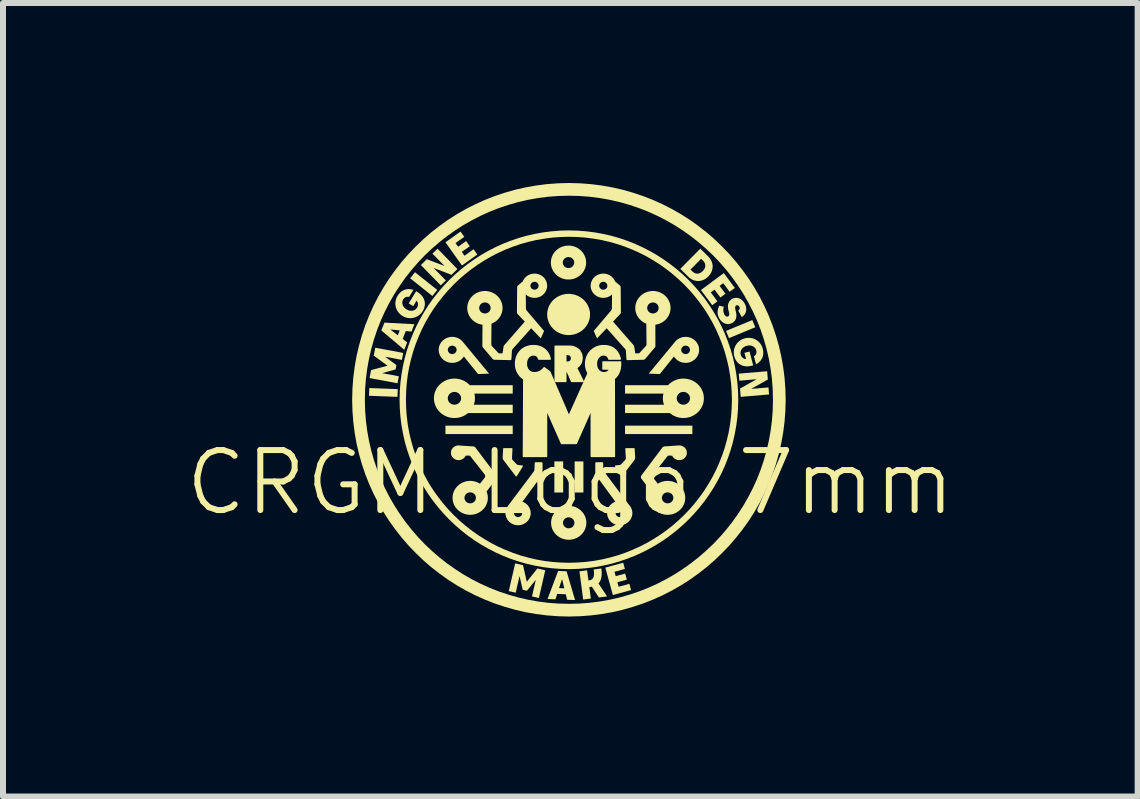
<source format=kicad_pcb>
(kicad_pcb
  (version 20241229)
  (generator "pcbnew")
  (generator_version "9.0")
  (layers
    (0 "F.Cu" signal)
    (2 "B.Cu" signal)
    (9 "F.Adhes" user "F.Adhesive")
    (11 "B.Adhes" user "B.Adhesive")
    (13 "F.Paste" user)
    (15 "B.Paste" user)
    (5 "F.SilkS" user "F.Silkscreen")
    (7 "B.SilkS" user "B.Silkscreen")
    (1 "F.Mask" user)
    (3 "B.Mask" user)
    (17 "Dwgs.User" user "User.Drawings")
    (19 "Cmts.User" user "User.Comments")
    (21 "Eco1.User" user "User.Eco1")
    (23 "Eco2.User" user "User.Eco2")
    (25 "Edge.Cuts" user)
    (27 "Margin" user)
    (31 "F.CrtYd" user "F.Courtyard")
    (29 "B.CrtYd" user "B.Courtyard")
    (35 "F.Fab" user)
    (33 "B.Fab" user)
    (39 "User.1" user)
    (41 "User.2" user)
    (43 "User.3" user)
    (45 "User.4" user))
  (footprint "CRGM Logo 7mm"
    (layer "F.Cu")
    (at 6.425 3.573)
    (property "Reference" "CRGM Logo 7mm" (at 0.03 1.42 0) (unlocked yes) (layer "F.SilkS") (effects (font (size 1 1) (thickness 0.1))))
    (fp_poly (pts (xy 0.006 -3.573) (xy 0.006 -3.573) (xy 0.006 -3.573)) (stroke (width 0) (type solid)) (fill yes) (layer "F.SilkS"))
    (fp_poly (pts (xy 1.914 -0.314) (xy 1.914 -0.314) (xy 1.914 -0.314)) (stroke (width 0) (type solid)) (fill yes) (layer "F.SilkS"))
    (fp_poly (pts (xy -2.846 -0.138) (xy -2.851 -0.009) (xy -3.325 -0.027) (xy -3.32 -0.156)) (stroke (width 0) (type solid)) (fill yes) (layer "F.SilkS"))
    (fp_poly (pts (xy -2.188 -1.791) (xy -2.269 -1.69) (xy -2.64 -1.985) (xy -2.559 -2.086)) (stroke (width 0) (type solid)) (fill yes) (layer "F.SilkS"))
    (fp_poly (pts (xy -0.93 0.611) (xy -2.051 0.611) (xy -2.051 0.471) (xy -0.93 0.471)) (stroke (width 0) (type solid)) (fill yes) (layer "F.SilkS"))
    (fp_poly (pts (xy -0.089 1.585) (xy -0.236 1.585) (xy -0.236 1.067) (xy -0.089 1.067)) (stroke (width 0) (type solid)) (fill yes) (layer "F.SilkS"))
    (fp_poly (pts (xy 0.248 1.585) (xy 0.102 1.585) (xy 0.102 1.067) (xy 0.248 1.067)) (stroke (width 0) (type solid)) (fill yes) (layer "F.SilkS"))
    (fp_poly (pts (xy 2.064 0.611) (xy 0.942 0.611) (xy 0.942 0.471) (xy 2.064 0.471)) (stroke (width 0) (type solid)) (fill yes) (layer "F.SilkS"))
    (fp_poly (pts (xy 3.112 -1.169) (xy 2.674 -0.988) (xy 2.625 -1.108) (xy 3.063 -1.289)) (stroke (width 0) (type solid)) (fill yes) (layer "F.SilkS"))
    (fp_poly (pts (xy -1.852 -2.139) (xy -1.951 -2.042) (xy -2.248 -2.157) (xy -2.045 -1.95) (xy -2.13 -1.867) (xy -2.461 -2.206) (xy -2.362 -2.303) (xy -2.065 -2.189) (xy -2.268 -2.396) (xy -2.183 -2.478)) (stroke (width 0) (type solid)) (fill yes) (layer "F.SilkS"))
    (fp_poly (pts (xy 3.322 -0.298) (xy 3.044 -0.142) (xy 3.333 -0.166) (xy 3.342 -0.049) (xy 2.87 -0.009) (xy 2.858 -0.147) (xy 3.136 -0.303) (xy 2.847 -0.278) (xy 2.837 -0.396) (xy 3.31 -0.436)) (stroke (width 0) (type solid)) (fill yes) (layer "F.SilkS"))
    (fp_poly (pts (xy -1.737 -2.676) (xy -1.884 -2.572) (xy -1.84 -2.511) (xy -1.707 -2.605) (xy -1.646 -2.519) (xy -1.779 -2.425) (xy -1.734 -2.361) (xy -1.582 -2.469) (xy -1.52 -2.381) (xy -1.776 -2.198) (xy -2.051 -2.585) (xy -1.8 -2.764)) (stroke (width 0) (type solid)) (fill yes) (layer "F.SilkS"))
    (fp_poly (pts (xy 0.939 2.859) (xy 0.766 2.906) (xy 0.786 2.979) (xy 0.944 2.936) (xy 0.972 3.037) (xy 0.814 3.081) (xy 0.835 3.156) (xy 1.014 3.107) (xy 1.043 3.211) (xy 0.739 3.294) (xy 0.613 2.837) (xy 0.911 2.755)) (stroke (width 0) (type solid)) (fill yes) (layer "F.SilkS"))
    (fp_poly (pts (xy 2.772 -1.824) (xy 2.685 -1.76) (xy 2.578 -1.904) (xy 2.518 -1.859) (xy 2.615 -1.728) (xy 2.531 -1.665) (xy 2.433 -1.796) (xy 2.371 -1.75) (xy 2.481 -1.601) (xy 2.395 -1.536) (xy 2.207 -1.789) (xy 2.588 -2.072)) (stroke (width 0) (type solid)) (fill yes) (layer "F.SilkS"))
    (fp_poly (pts (xy -2.755 -0.741) (xy -2.777 -0.625) (xy -3.056 -0.677) (xy -2.868 -0.538) (xy -2.882 -0.466) (xy -3.108 -0.404) (xy -2.828 -0.352) (xy -2.85 -0.235) (xy -3.316 -0.322) (xy -3.291 -0.455) (xy -3.017 -0.528) (xy -3.246 -0.696) (xy -3.221 -0.828)) (stroke (width 0) (type solid)) (fill yes) (layer "F.SilkS"))
    (fp_poly (pts (xy -0.758 2.796) (xy -0.696 3.073) (xy -0.519 2.851) (xy -0.388 2.882) (xy -0.494 3.344) (xy -0.609 3.317) (xy -0.545 3.04) (xy -0.693 3.222) (xy -0.764 3.206) (xy -0.816 2.977) (xy -0.88 3.255) (xy -0.996 3.228) (xy -0.889 2.766)) (stroke (width 0) (type solid)) (fill yes) (layer "F.SilkS"))
    (fp_poly (pts (xy -2.569 -1.22) (xy -2.617 -1.097) (xy -2.712 -1.106) (xy -2.764 -0.974) (xy -2.689 -0.917) (xy -2.737 -0.793) (xy -3.12 -1.116) (xy -3.114 -1.132) (xy -2.97 -1.132) (xy -2.845 -1.035) (xy -2.813 -1.117) (xy -2.97 -1.132) (xy -3.114 -1.132) (xy -3.068 -1.246)) (stroke (width 0) (type solid)) (fill yes) (layer "F.SilkS"))
    (fp_poly (pts (xy -0.032 2.898) (xy 0.109 3.377) (xy -0.023 3.373) (xy -0.046 3.281) (xy -0.188 3.275) (xy -0.218 3.365) (xy -0.35 3.36) (xy -0.281 3.178) (xy -0.158 3.178) (xy -0.07 3.182) (xy -0.108 3.028) (xy -0.158 3.178) (xy -0.281 3.178) (xy -0.173 2.892)) (stroke (width 0) (type solid)) (fill yes) (layer "F.SilkS"))
    (fp_poly (pts (xy 0.55 2.872) (xy 0.552 2.893) (xy 0.553 2.912) (xy 0.553 2.931) (xy 0.553 2.95) (xy 0.552 2.967) (xy 0.55 2.984) (xy 0.547 3) (xy 0.544 3.015) (xy 0.54 3.03) (xy 0.535 3.044) (xy 0.529 3.057) (xy 0.523 3.069) (xy 0.519 3.075) (xy 0.516 3.08) (xy 0.512 3.086) (xy 0.508 3.091) (xy 0.503 3.096) (xy 0.499 3.101) (xy 0.643 3.317) (xy 0.506 3.334) (xy 0.388 3.155) (xy 0.347 3.16) (xy 0.372 3.352) (xy 0.244 3.369) (xy 0.182 2.899) (xy 0.31 2.882) (xy 0.332 3.05) (xy 0.348 3.048) (xy 0.36 3.046) (xy 0.37 3.043) (xy 0.38 3.039) (xy 0.384 3.036) (xy 0.388 3.033) (xy 0.392 3.03) (xy 0.396 3.027) (xy 0.4 3.023) (xy 0.403 3.019) (xy 0.406 3.015) (xy 0.409 3.011) (xy 0.411 3.006) (xy 0.414 3) (xy 0.418 2.989) (xy 0.421 2.976) (xy 0.423 2.962) (xy 0.424 2.946) (xy 0.424 2.929) (xy 0.424 2.91) (xy 0.422 2.89) (xy 0.42 2.868) (xy 0.547 2.851) (xy 0.547 2.851)) (stroke (width 0) (type solid)) (fill yes) (layer "F.SilkS"))
    (fp_poly (pts (xy 0.02 -1.725) (xy 0.038 -1.724) (xy 0.056 -1.721) (xy 0.073 -1.718) (xy 0.091 -1.715) (xy 0.107 -1.71) (xy 0.124 -1.705) (xy 0.14 -1.698) (xy 0.156 -1.692) (xy 0.171 -1.684) (xy 0.186 -1.676) (xy 0.201 -1.667) (xy 0.215 -1.657) (xy 0.228 -1.647) (xy 0.241 -1.636) (xy 0.254 -1.625) (xy 0.266 -1.613) (xy 0.277 -1.6) (xy 0.287 -1.587) (xy 0.297 -1.574) (xy 0.307 -1.56) (xy 0.315 -1.546) (xy 0.323 -1.531) (xy 0.33 -1.516) (xy 0.337 -1.5) (xy 0.342 -1.484) (xy 0.347 -1.468) (xy 0.351 -1.451) (xy 0.354 -1.434) (xy 0.357 -1.417) (xy 0.358 -1.4) (xy 0.358 -1.382) (xy 0.358 -1.364) (xy 0.357 -1.347) (xy 0.354 -1.33) (xy 0.351 -1.313) (xy 0.347 -1.296) (xy 0.342 -1.28) (xy 0.337 -1.264) (xy 0.33 -1.248) (xy 0.323 -1.233) (xy 0.315 -1.218) (xy 0.307 -1.204) (xy 0.297 -1.19) (xy 0.287 -1.177) (xy 0.277 -1.164) (xy 0.266 -1.151) (xy 0.254 -1.139) (xy 0.241 -1.128) (xy 0.228 -1.117) (xy 0.215 -1.107) (xy 0.201 -1.097) (xy 0.186 -1.088) (xy 0.171 -1.08) (xy 0.156 -1.073) (xy 0.14 -1.066) (xy 0.124 -1.06) (xy 0.107 -1.054) (xy 0.091 -1.05) (xy 0.073 -1.046) (xy 0.056 -1.043) (xy 0.038 -1.041) (xy 0.02 -1.039) (xy 0.001 -1.039) (xy -0.016 -1.039) (xy -0.034 -1.04) (xy -0.051 -1.043) (xy -0.069 -1.045) (xy -0.086 -1.049) (xy -0.103 -1.054) (xy -0.119 -1.059) (xy -0.135 -1.065) (xy -0.151 -1.072) (xy -0.167 -1.079) (xy -0.182 -1.087) (xy -0.197 -1.096) (xy -0.211 -1.106) (xy -0.225 -1.117) (xy -0.238 -1.128) (xy -0.251 -1.139) (xy -0.263 -1.152) (xy -0.275 -1.165) (xy -0.286 -1.178) (xy -0.296 -1.192) (xy -0.305 -1.206) (xy -0.314 -1.22) (xy -0.322 -1.235) (xy -0.329 -1.251) (xy -0.335 -1.266) (xy -0.34 -1.282) (xy -0.345 -1.298) (xy -0.349 -1.315) (xy -0.352 -1.331) (xy -0.354 -1.348) (xy -0.355 -1.365) (xy -0.356 -1.382) (xy -0.355 -1.399) (xy -0.354 -1.416) (xy -0.352 -1.433) (xy -0.349 -1.449) (xy -0.345 -1.466) (xy -0.34 -1.482) (xy -0.335 -1.498) (xy -0.329 -1.513) (xy -0.322 -1.529) (xy -0.314 -1.544) (xy -0.305 -1.558) (xy -0.296 -1.573) (xy -0.286 -1.586) (xy -0.275 -1.6) (xy -0.263 -1.613) (xy -0.251 -1.625) (xy -0.238 -1.637) (xy -0.225 -1.648) (xy -0.211 -1.658) (xy -0.197 -1.668) (xy -0.182 -1.677) (xy -0.167 -1.685) (xy -0.151 -1.692) (xy -0.135 -1.699) (xy -0.119 -1.705) (xy -0.103 -1.711) (xy -0.086 -1.715) (xy -0.069 -1.719) (xy -0.051 -1.722) (xy -0.034 -1.724) (xy -0.016 -1.725) (xy 0.001 -1.725) (xy 0.001 -1.725)) (stroke (width 0) (type solid)) (fill yes) (layer "F.SilkS"))
    (fp_poly (pts (xy 2.326 -2.351) (xy 2.335 -2.342) (xy 2.344 -2.332) (xy 2.352 -2.322) (xy 2.359 -2.312) (xy 2.366 -2.302) (xy 2.372 -2.292) (xy 2.378 -2.281) (xy 2.383 -2.271) (xy 2.387 -2.26) (xy 2.391 -2.25) (xy 2.394 -2.239) (xy 2.397 -2.228) (xy 2.399 -2.217) (xy 2.401 -2.206) (xy 2.402 -2.195) (xy 2.402 -2.184) (xy 2.402 -2.173) (xy 2.401 -2.162) (xy 2.4 -2.151) (xy 2.398 -2.14) (xy 2.395 -2.129) (xy 2.392 -2.118) (xy 2.389 -2.107) (xy 2.384 -2.096) (xy 2.379 -2.086) (xy 2.374 -2.075) (xy 2.368 -2.065) (xy 2.361 -2.054) (xy 2.354 -2.044) (xy 2.346 -2.035) (xy 2.338 -2.025) (xy 2.329 -2.015) (xy 2.32 -2.006) (xy 2.31 -1.998) (xy 2.3 -1.99) (xy 2.29 -1.982) (xy 2.28 -1.976) (xy 2.27 -1.969) (xy 2.259 -1.964) (xy 2.249 -1.959) (xy 2.238 -1.954) (xy 2.227 -1.951) (xy 2.217 -1.947) (xy 2.206 -1.945) (xy 2.195 -1.942) (xy 2.184 -1.941) (xy 2.173 -1.94) (xy 2.162 -1.94) (xy 2.15 -1.94) (xy 2.139 -1.941) (xy 2.128 -1.942) (xy 2.117 -1.944) (xy 2.106 -1.947) (xy 2.096 -1.95) (xy 2.085 -1.954) (xy 2.074 -1.958) (xy 2.063 -1.963) (xy 2.053 -1.968) (xy 2.043 -1.974) (xy 2.032 -1.981) (xy 2.022 -1.988) (xy 2.012 -1.996) (xy 2.003 -2.005) (xy 1.993 -2.014) (xy 1.875 -2.13) (xy 2.033 -2.13) (xy 2.064 -2.1) (xy 2.069 -2.095) (xy 2.074 -2.091) (xy 2.079 -2.087) (xy 2.084 -2.083) (xy 2.089 -2.08) (xy 2.094 -2.077) (xy 2.099 -2.074) (xy 2.105 -2.071) (xy 2.11 -2.069) (xy 2.115 -2.067) (xy 2.121 -2.066) (xy 2.126 -2.064) (xy 2.132 -2.064) (xy 2.137 -2.063) (xy 2.143 -2.063) (xy 2.148 -2.063) (xy 2.154 -2.063) (xy 2.16 -2.063) (xy 2.165 -2.064) (xy 2.171 -2.066) (xy 2.176 -2.067) (xy 2.182 -2.069) (xy 2.188 -2.071) (xy 2.193 -2.074) (xy 2.199 -2.077) (xy 2.204 -2.08) (xy 2.21 -2.083) (xy 2.215 -2.087) (xy 2.221 -2.092) (xy 2.226 -2.096) (xy 2.232 -2.101) (xy 2.237 -2.106) (xy 2.242 -2.112) (xy 2.247 -2.117) (xy 2.251 -2.122) (xy 2.255 -2.128) (xy 2.259 -2.134) (xy 2.263 -2.139) (xy 2.266 -2.145) (xy 2.269 -2.15) (xy 2.271 -2.156) (xy 2.273 -2.162) (xy 2.275 -2.167) (xy 2.276 -2.173) (xy 2.278 -2.178) (xy 2.279 -2.184) (xy 2.279 -2.19) (xy 2.279 -2.195) (xy 2.279 -2.201) (xy 2.279 -2.206) (xy 2.278 -2.212) (xy 2.277 -2.217) (xy 2.276 -2.223) (xy 2.274 -2.228) (xy 2.272 -2.234) (xy 2.27 -2.239) (xy 2.267 -2.244) (xy 2.264 -2.249) (xy 2.261 -2.254) (xy 2.258 -2.26) (xy 2.254 -2.265) (xy 2.25 -2.269) (xy 2.246 -2.274) (xy 2.241 -2.279) (xy 2.21 -2.31) (xy 2.033 -2.13) (xy 1.875 -2.13) (xy 1.863 -2.142) (xy 2.196 -2.479)) (stroke (width 0) (type solid)) (fill yes) (layer "F.SilkS"))
    (fp_poly (pts (xy 0.025 -0.852) (xy 0.036 -0.851) (xy 0.047 -0.85) (xy 0.057 -0.849) (xy 0.068 -0.847) (xy 0.078 -0.844) (xy 0.088 -0.841) (xy 0.097 -0.838) (xy 0.107 -0.834) (xy 0.116 -0.83) (xy 0.125 -0.826) (xy 0.133 -0.821) (xy 0.141 -0.816) (xy 0.149 -0.81) (xy 0.157 -0.804) (xy 0.164 -0.798) (xy 0.171 -0.792) (xy 0.178 -0.785) (xy 0.184 -0.777) (xy 0.19 -0.77) (xy 0.195 -0.762) (xy 0.2 -0.754) (xy 0.205 -0.745) (xy 0.209 -0.737) (xy 0.212 -0.728) (xy 0.216 -0.718) (xy 0.218 -0.709) (xy 0.221 -0.699) (xy 0.223 -0.689) (xy 0.224 -0.679) (xy 0.225 -0.668) (xy 0.225 -0.657) (xy 0.225 -0.651) (xy 0.225 -0.644) (xy 0.224 -0.638) (xy 0.223 -0.631) (xy 0.222 -0.625) (xy 0.221 -0.618) (xy 0.22 -0.612) (xy 0.218 -0.606) (xy 0.217 -0.6) (xy 0.215 -0.594) (xy 0.213 -0.588) (xy 0.211 -0.583) (xy 0.208 -0.577) (xy 0.206 -0.572) (xy 0.203 -0.566) (xy 0.2 -0.561) (xy 0.197 -0.556) (xy 0.194 -0.551) (xy 0.19 -0.546) (xy 0.187 -0.541) (xy 0.183 -0.536) (xy 0.179 -0.532) (xy 0.175 -0.527) (xy 0.171 -0.523) (xy 0.167 -0.519) (xy 0.162 -0.515) (xy 0.158 -0.511) (xy 0.153 -0.507) (xy 0.148 -0.504) (xy 0.143 -0.5) (xy 0.138 -0.497) (xy 0.133 -0.493) (xy 0.244 -0.267) (xy 0.052 -0.267) (xy -0.034 -0.463) (xy -0.046 -0.463) (xy -0.046 -0.267) (xy -0.222 -0.267) (xy -0.222 -0.586) (xy -0.046 -0.586) (xy -0.01 -0.586) (xy -0.007 -0.586) (xy -0.004 -0.587) (xy -0.000423 -0.587) (xy 0.003 -0.588) (xy 0.006 -0.588) (xy 0.009 -0.589) (xy 0.012 -0.59) (xy 0.014 -0.591) (xy 0.017 -0.592) (xy 0.02 -0.594) (xy 0.022 -0.595) (xy 0.025 -0.597) (xy 0.027 -0.599) (xy 0.029 -0.6) (xy 0.032 -0.602) (xy 0.034 -0.605) (xy 0.036 -0.607) (xy 0.038 -0.609) (xy 0.039 -0.611) (xy 0.041 -0.614) (xy 0.042 -0.617) (xy 0.044 -0.619) (xy 0.045 -0.622) (xy 0.046 -0.625) (xy 0.047 -0.628) (xy 0.048 -0.631) (xy 0.049 -0.634) (xy 0.05 -0.638) (xy 0.05 -0.641) (xy 0.051 -0.644) (xy 0.051 -0.648) (xy 0.051 -0.652) (xy 0.051 -0.655) (xy 0.051 -0.659) (xy 0.05 -0.662) (xy 0.05 -0.665) (xy 0.049 -0.669) (xy 0.048 -0.672) (xy 0.047 -0.675) (xy 0.046 -0.678) (xy 0.045 -0.681) (xy 0.044 -0.684) (xy 0.042 -0.686) (xy 0.041 -0.689) (xy 0.039 -0.692) (xy 0.038 -0.694) (xy 0.036 -0.696) (xy 0.034 -0.699) (xy 0.032 -0.701) (xy 0.029 -0.703) (xy 0.027 -0.705) (xy 0.025 -0.706) (xy 0.022 -0.708) (xy 0.02 -0.709) (xy 0.017 -0.711) (xy 0.014 -0.712) (xy 0.012 -0.713) (xy 0.009 -0.714) (xy 0.006 -0.715) (xy 0.003 -0.716) (xy -0.000423 -0.716) (xy -0.004 -0.716) (xy -0.007 -0.717) (xy -0.01 -0.717) (xy -0.046 -0.717) (xy -0.046 -0.586) (xy -0.222 -0.586) (xy -0.222 -0.852) (xy 0.014 -0.852)) (stroke (width 0.025) (type solid) (color 255 184 28 1)) (fill yes) (layer "F.SilkS"))
    (fp_poly (pts (xy -1.079 0.845) (xy -0.944 0.846) (xy -0.943 0.846) (xy -0.943 0.846) (xy -0.942 0.846) (xy -0.942 0.847) (xy -0.941 0.847) (xy -0.941 0.847) (xy -0.94 0.847) (xy -0.94 0.847) (xy -0.939 0.847) (xy -0.939 0.848) (xy -0.938 0.848) (xy -0.938 0.848) (xy -0.938 0.848) (xy -0.937 0.849) (xy -0.937 0.849) (xy -0.936 0.85) (xy -0.936 0.85) (xy -0.936 0.85) (xy -0.936 0.851) (xy -0.935 0.851) (xy -0.935 0.852) (xy -0.935 0.852) (xy -0.935 0.853) (xy -0.934 0.853) (xy -0.934 0.853) (xy -0.934 0.854) (xy -0.934 0.854) (xy -0.934 0.855) (xy -0.934 0.855) (xy -0.934 0.856) (xy -0.934 0.857) (xy -0.934 0.857) (xy -0.942 1.008) (xy -0.942 1.011) (xy -0.942 1.014) (xy -0.942 1.016) (xy -0.942 1.018) (xy -0.941 1.021) (xy -0.941 1.023) (xy -0.94 1.026) (xy -0.939 1.028) (xy -0.938 1.03) (xy -0.937 1.033) (xy -0.936 1.035) (xy -0.935 1.037) (xy -0.934 1.039) (xy -0.932 1.041) (xy -0.931 1.043) (xy -0.929 1.045) (xy -0.87 1.109) (xy -0.868 1.111) (xy -0.866 1.113) (xy -0.864 1.114) (xy -0.862 1.116) (xy -0.86 1.117) (xy -0.857 1.119) (xy -0.855 1.12) (xy -0.853 1.122) (xy -0.85 1.123) (xy -0.848 1.124) (xy -0.845 1.125) (xy -0.843 1.125) (xy -0.84 1.126) (xy -0.837 1.127) (xy -0.835 1.127) (xy -0.832 1.127) (xy -0.769 1.134) (xy -0.768 1.134) (xy -0.768 1.134) (xy -0.768 1.134) (xy -0.767 1.134) (xy -0.766 1.134) (xy -0.766 1.134) (xy -0.765 1.135) (xy -0.765 1.135) (xy -0.764 1.135) (xy -0.764 1.136) (xy -0.763 1.136) (xy -0.763 1.137) (xy -0.762 1.137) (xy -0.762 1.137) (xy -0.761 1.138) (xy -0.761 1.139) (xy -0.761 1.139) (xy -0.76 1.14) (xy -0.76 1.14) (xy -0.76 1.141) (xy -0.76 1.142) (xy -0.76 1.142) (xy -0.76 1.143) (xy -0.76 1.143) (xy -0.76 1.144) (xy -0.76 1.145) (xy -0.76 1.145) (xy -0.76 1.146) (xy -0.76 1.147) (xy -0.76 1.147) (xy -0.761 1.148) (xy -0.761 1.148) (xy -0.761 1.149) (xy -0.861 1.311) (xy -0.861 1.312) (xy -0.862 1.312) (xy -0.862 1.313) (xy -0.863 1.313) (xy -0.863 1.314) (xy -0.864 1.314) (xy -0.865 1.315) (xy -0.865 1.315) (xy -0.866 1.316) (xy -0.866 1.316) (xy -0.867 1.316) (xy -0.868 1.316) (xy -0.869 1.317) (xy -0.869 1.317) (xy -0.87 1.317) (xy -0.871 1.317) (xy -0.871 1.317) (xy -0.872 1.317) (xy -0.873 1.317) (xy -0.874 1.317) (xy -0.874 1.317) (xy -0.875 1.316) (xy -0.876 1.316) (xy -0.876 1.316) (xy -0.877 1.315) (xy -0.878 1.315) (xy -0.878 1.315) (xy -0.879 1.314) (xy -0.879 1.314) (xy -0.88 1.313) (xy -0.88 1.313) (xy -0.881 1.312) (xy -1.084 1.045) (xy -1.086 1.043) (xy -1.087 1.04) (xy -1.089 1.037) (xy -1.091 1.035) (xy -1.092 1.032) (xy -1.093 1.029) (xy -1.094 1.026) (xy -1.095 1.023) (xy -1.096 1.02) (xy -1.097 1.017) (xy -1.097 1.014) (xy -1.098 1.011) (xy -1.098 1.008) (xy -1.098 1.005) (xy -1.098 1.002) (xy -1.098 0.998) (xy -1.089 0.855) (xy -1.089 0.854) (xy -1.089 0.854) (xy -1.089 0.853) (xy -1.089 0.853) (xy -1.089 0.852) (xy -1.089 0.852) (xy -1.089 0.851) (xy -1.088 0.851) (xy -1.088 0.85) (xy -1.088 0.85) (xy -1.088 0.85) (xy -1.087 0.849) (xy -1.087 0.849) (xy -1.087 0.848) (xy -1.086 0.848) (xy -1.086 0.848) (xy -1.086 0.847) (xy -1.085 0.847) (xy -1.085 0.847) (xy -1.085 0.846) (xy -1.084 0.846) (xy -1.084 0.846) (xy -1.083 0.846) (xy -1.083 0.846) (xy -1.082 0.845) (xy -1.082 0.845) (xy -1.081 0.845) (xy -1.081 0.845) (xy -1.08 0.845) (xy -1.08 0.845) (xy -1.079 0.845) (xy -1.079 0.845)) (stroke (width 0) (type solid)) (fill yes) (layer "F.SilkS"))
    (fp_poly (pts (xy 1.092 0.845) (xy 1.093 0.845) (xy 1.093 0.845) (xy 1.094 0.845) (xy 1.094 0.845) (xy 1.095 0.845) (xy 1.095 0.845) (xy 1.095 0.846) (xy 1.096 0.846) (xy 1.096 0.846) (xy 1.097 0.846) (xy 1.097 0.846) (xy 1.098 0.847) (xy 1.098 0.847) (xy 1.098 0.847) (xy 1.099 0.848) (xy 1.099 0.848) (xy 1.1 0.848) (xy 1.1 0.849) (xy 1.1 0.849) (xy 1.1 0.85) (xy 1.101 0.85) (xy 1.101 0.85) (xy 1.101 0.851) (xy 1.101 0.851) (xy 1.102 0.852) (xy 1.102 0.852) (xy 1.102 0.853) (xy 1.102 0.853) (xy 1.102 0.854) (xy 1.102 0.854) (xy 1.102 0.855) (xy 1.111 0.998) (xy 1.111 1.002) (xy 1.111 1.005) (xy 1.111 1.008) (xy 1.11 1.011) (xy 1.11 1.014) (xy 1.109 1.017) (xy 1.109 1.02) (xy 1.108 1.023) (xy 1.107 1.026) (xy 1.106 1.029) (xy 1.105 1.032) (xy 1.103 1.035) (xy 1.102 1.037) (xy 1.1 1.04) (xy 1.098 1.043) (xy 1.097 1.045) (xy 0.894 1.312) (xy 0.893 1.313) (xy 0.893 1.313) (xy 0.892 1.314) (xy 0.892 1.314) (xy 0.891 1.315) (xy 0.89 1.315) (xy 0.89 1.315) (xy 0.889 1.316) (xy 0.888 1.316) (xy 0.888 1.316) (xy 0.887 1.317) (xy 0.886 1.317) (xy 0.886 1.317) (xy 0.885 1.317) (xy 0.884 1.317) (xy 0.883 1.317) (xy 0.883 1.317) (xy 0.883 1.317) (xy 0.882 1.317) (xy 0.881 1.317) (xy 0.881 1.316) (xy 0.88 1.316) (xy 0.879 1.316) (xy 0.879 1.316) (xy 0.878 1.315) (xy 0.877 1.315) (xy 0.877 1.314) (xy 0.876 1.314) (xy 0.876 1.313) (xy 0.875 1.313) (xy 0.875 1.312) (xy 0.874 1.312) (xy 0.874 1.312) (xy 0.874 1.311) (xy 0.774 1.149) (xy 0.774 1.148) (xy 0.773 1.148) (xy 0.773 1.147) (xy 0.773 1.147) (xy 0.773 1.146) (xy 0.773 1.145) (xy 0.772 1.145) (xy 0.772 1.144) (xy 0.772 1.143) (xy 0.772 1.143) (xy 0.773 1.142) (xy 0.773 1.142) (xy 0.773 1.141) (xy 0.773 1.14) (xy 0.773 1.14) (xy 0.773 1.139) (xy 0.774 1.139) (xy 0.774 1.138) (xy 0.774 1.137) (xy 0.775 1.137) (xy 0.775 1.137) (xy 0.776 1.136) (xy 0.776 1.136) (xy 0.777 1.135) (xy 0.777 1.135) (xy 0.778 1.135) (xy 0.778 1.134) (xy 0.779 1.134) (xy 0.78 1.134) (xy 0.78 1.134) (xy 0.781 1.134) (xy 0.782 1.134) (xy 0.845 1.127) (xy 0.847 1.127) (xy 0.85 1.127) (xy 0.853 1.126) (xy 0.855 1.125) (xy 0.858 1.125) (xy 0.86 1.124) (xy 0.863 1.123) (xy 0.865 1.122) (xy 0.868 1.12) (xy 0.87 1.119) (xy 0.872 1.117) (xy 0.875 1.116) (xy 0.877 1.114) (xy 0.879 1.113) (xy 0.881 1.111) (xy 0.883 1.109) (xy 0.942 1.045) (xy 0.943 1.043) (xy 0.945 1.041) (xy 0.946 1.039) (xy 0.948 1.037) (xy 0.949 1.035) (xy 0.95 1.033) (xy 0.951 1.03) (xy 0.952 1.028) (xy 0.953 1.026) (xy 0.953 1.023) (xy 0.954 1.021) (xy 0.954 1.018) (xy 0.955 1.016) (xy 0.955 1.014) (xy 0.955 1.011) (xy 0.955 1.008) (xy 0.946 0.857) (xy 0.946 0.857) (xy 0.946 0.856) (xy 0.947 0.855) (xy 0.947 0.855) (xy 0.947 0.854) (xy 0.947 0.854) (xy 0.947 0.853) (xy 0.947 0.853) (xy 0.947 0.853) (xy 0.947 0.852) (xy 0.948 0.852) (xy 0.948 0.851) (xy 0.948 0.851) (xy 0.949 0.85) (xy 0.949 0.85) (xy 0.949 0.85) (xy 0.95 0.849) (xy 0.95 0.849) (xy 0.95 0.848) (xy 0.951 0.848) (xy 0.951 0.848) (xy 0.952 0.848) (xy 0.952 0.847) (xy 0.953 0.847) (xy 0.953 0.847) (xy 0.954 0.847) (xy 0.954 0.847) (xy 0.954 0.847) (xy 0.955 0.846) (xy 0.956 0.846) (xy 0.956 0.846) (xy 0.957 0.846) (xy 1.091 0.845) (xy 1.091 0.845)) (stroke (width 0) (type solid)) (fill yes) (layer "F.SilkS"))
    (fp_poly (pts (xy -1.931 -1.009) (xy -1.924 -1.008) (xy -1.917 -1.008) (xy -1.91 -1.007) (xy -1.896 -1.005) (xy -1.882 -1.002) (xy -1.869 -0.998) (xy -1.856 -0.994) (xy -1.843 -0.988) (xy -1.831 -0.982) (xy -1.819 -0.976) (xy -1.808 -0.969) (xy -1.797 -0.961) (xy -1.787 -0.952) (xy -1.777 -0.943) (xy -1.768 -0.933) (xy -1.759 -0.923) (xy -1.751 -0.912) (xy -1.751 -0.913) (xy -1.751 -0.913) (xy -1.751 -0.913) (xy -1.324 -0.396) (xy -1.508 -0.389) (xy -1.744 -0.682) (xy -1.752 -0.671) (xy -1.761 -0.659) (xy -1.77 -0.649) (xy -1.78 -0.639) (xy -1.79 -0.629) (xy -1.801 -0.62) (xy -1.813 -0.612) (xy -1.825 -0.605) (xy -1.838 -0.598) (xy -1.851 -0.593) (xy -1.865 -0.587) (xy -1.879 -0.583) (xy -1.893 -0.58) (xy -1.908 -0.578) (xy -1.923 -0.576) (xy -1.939 -0.576) (xy -1.95 -0.576) (xy -1.962 -0.577) (xy -1.973 -0.578) (xy -1.984 -0.58) (xy -1.995 -0.582) (xy -2.006 -0.585) (xy -2.016 -0.589) (xy -2.026 -0.593) (xy -2.036 -0.597) (xy -2.046 -0.602) (xy -2.055 -0.607) (xy -2.065 -0.613) (xy -2.073 -0.619) (xy -2.082 -0.625) (xy -2.09 -0.632) (xy -2.098 -0.639) (xy -2.105 -0.647) (xy -2.112 -0.654) (xy -2.119 -0.663) (xy -2.125 -0.671) (xy -2.131 -0.68) (xy -2.137 -0.689) (xy -2.142 -0.698) (xy -2.146 -0.708) (xy -2.15 -0.718) (xy -2.154 -0.728) (xy -2.157 -0.738) (xy -2.159 -0.749) (xy -2.161 -0.759) (xy -2.163 -0.77) (xy -2.164 -0.781) (xy -2.164 -0.792) (xy -2.012 -0.792) (xy -2.011 -0.789) (xy -2.011 -0.785) (xy -2.011 -0.782) (xy -2.01 -0.778) (xy -2.009 -0.775) (xy -2.008 -0.771) (xy -2.007 -0.768) (xy -2.006 -0.765) (xy -2.004 -0.762) (xy -2.003 -0.759) (xy -2.001 -0.756) (xy -1.999 -0.753) (xy -1.997 -0.75) (xy -1.995 -0.748) (xy -1.993 -0.745) (xy -1.99 -0.743) (xy -1.988 -0.74) (xy -1.985 -0.738) (xy -1.982 -0.736) (xy -1.979 -0.734) (xy -1.976 -0.732) (xy -1.973 -0.731) (xy -1.97 -0.729) (xy -1.967 -0.728) (xy -1.964 -0.726) (xy -1.96 -0.725) (xy -1.957 -0.724) (xy -1.953 -0.724) (xy -1.95 -0.723) (xy -1.946 -0.722) (xy -1.942 -0.722) (xy -1.939 -0.722) (xy -1.935 -0.722) (xy -1.931 -0.722) (xy -1.927 -0.723) (xy -1.924 -0.724) (xy -1.92 -0.724) (xy -1.917 -0.725) (xy -1.913 -0.726) (xy -1.91 -0.728) (xy -1.907 -0.729) (xy -1.904 -0.731) (xy -1.901 -0.732) (xy -1.898 -0.734) (xy -1.895 -0.736) (xy -1.892 -0.738) (xy -1.89 -0.74) (xy -1.887 -0.743) (xy -1.885 -0.745) (xy -1.882 -0.748) (xy -1.88 -0.75) (xy -1.878 -0.753) (xy -1.876 -0.756) (xy -1.874 -0.759) (xy -1.873 -0.762) (xy -1.871 -0.765) (xy -1.87 -0.768) (xy -1.869 -0.771) (xy -1.868 -0.775) (xy -1.867 -0.778) (xy -1.866 -0.782) (xy -1.866 -0.785) (xy -1.866 -0.789) (xy -1.866 -0.792) (xy -1.866 -0.796) (xy -1.866 -0.799) (xy -1.866 -0.803) (xy -1.867 -0.806) (xy -1.868 -0.81) (xy -1.869 -0.813) (xy -1.87 -0.816) (xy -1.871 -0.82) (xy -1.873 -0.823) (xy -1.874 -0.826) (xy -1.876 -0.829) (xy -1.878 -0.831) (xy -1.88 -0.834) (xy -1.882 -0.837) (xy -1.885 -0.839) (xy -1.887 -0.842) (xy -1.89 -0.844) (xy -1.892 -0.846) (xy -1.895 -0.848) (xy -1.898 -0.85) (xy -1.901 -0.852) (xy -1.904 -0.854) (xy -1.907 -0.855) (xy -1.91 -0.857) (xy -1.913 -0.858) (xy -1.917 -0.859) (xy -1.92 -0.86) (xy -1.924 -0.861) (xy -1.927 -0.862) (xy -1.931 -0.862) (xy -1.935 -0.862) (xy -1.939 -0.862) (xy -1.942 -0.862) (xy -1.946 -0.862) (xy -1.95 -0.862) (xy -1.953 -0.861) (xy -1.957 -0.86) (xy -1.96 -0.859) (xy -1.964 -0.858) (xy -1.967 -0.857) (xy -1.97 -0.855) (xy -1.973 -0.854) (xy -1.976 -0.852) (xy -1.979 -0.85) (xy -1.982 -0.848) (xy -1.985 -0.846) (xy -1.988 -0.844) (xy -1.99 -0.842) (xy -1.993 -0.839) (xy -1.995 -0.837) (xy -1.997 -0.834) (xy -1.999 -0.831) (xy -2.001 -0.829) (xy -2.003 -0.826) (xy -2.004 -0.823) (xy -2.006 -0.82) (xy -2.007 -0.816) (xy -2.008 -0.813) (xy -2.009 -0.81) (xy -2.01 -0.806) (xy -2.011 -0.803) (xy -2.011 -0.799) (xy -2.011 -0.796) (xy -2.012 -0.792) (xy -2.164 -0.792) (xy -2.164 -0.803) (xy -2.163 -0.814) (xy -2.161 -0.825) (xy -2.159 -0.836) (xy -2.157 -0.846) (xy -2.154 -0.857) (xy -2.15 -0.867) (xy -2.146 -0.877) (xy -2.142 -0.886) (xy -2.137 -0.895) (xy -2.131 -0.905) (xy -2.125 -0.913) (xy -2.119 -0.922) (xy -2.112 -0.93) (xy -2.105 -0.938) (xy -2.098 -0.945) (xy -2.09 -0.953) (xy -2.082 -0.959) (xy -2.073 -0.966) (xy -2.065 -0.972) (xy -2.055 -0.977) (xy -2.046 -0.983) (xy -2.036 -0.987) (xy -2.026 -0.992) (xy -2.016 -0.996) (xy -2.006 -0.999) (xy -1.995 -1.002) (xy -1.984 -1.004) (xy -1.973 -1.006) (xy -1.962 -1.008) (xy -1.95 -1.009) (xy -1.939 -1.009) (xy -1.939 -1.009)) (stroke (width 0) (type solid)) (fill yes) (layer "F.SilkS"))
    (fp_poly (pts (xy 3.009 -0.993) (xy 3.019 -0.992) (xy 3.029 -0.991) (xy 3.039 -0.99) (xy 3.049 -0.988) (xy 3.059 -0.986) (xy 3.069 -0.984) (xy 3.078 -0.981) (xy 3.088 -0.978) (xy 3.097 -0.974) (xy 3.106 -0.97) (xy 3.114 -0.966) (xy 3.123 -0.961) (xy 3.132 -0.956) (xy 3.14 -0.951) (xy 3.148 -0.945) (xy 3.155 -0.939) (xy 3.163 -0.933) (xy 3.17 -0.926) (xy 3.177 -0.919) (xy 3.184 -0.912) (xy 3.19 -0.904) (xy 3.196 -0.896) (xy 3.202 -0.888) (xy 3.208 -0.879) (xy 3.213 -0.871) (xy 3.217 -0.862) (xy 3.222 -0.852) (xy 3.226 -0.843) (xy 3.23 -0.833) (xy 3.233 -0.823) (xy 3.236 -0.812) (xy 3.239 -0.803) (xy 3.241 -0.793) (xy 3.242 -0.783) (xy 3.244 -0.774) (xy 3.245 -0.764) (xy 3.245 -0.755) (xy 3.246 -0.746) (xy 3.246 -0.736) (xy 3.245 -0.727) (xy 3.244 -0.718) (xy 3.243 -0.709) (xy 3.242 -0.7) (xy 3.24 -0.691) (xy 3.237 -0.682) (xy 3.235 -0.674) (xy 3.232 -0.665) (xy 3.228 -0.657) (xy 3.224 -0.649) (xy 3.22 -0.641) (xy 3.215 -0.633) (xy 3.21 -0.625) (xy 3.204 -0.617) (xy 3.198 -0.61) (xy 3.192 -0.603) (xy 3.185 -0.596) (xy 3.178 -0.589) (xy 3.17 -0.582) (xy 3.162 -0.575) (xy 3.153 -0.569) (xy 3.144 -0.563) (xy 3.135 -0.557) (xy 3.125 -0.552) (xy 3.09 -0.684) (xy 3.096 -0.688) (xy 3.102 -0.693) (xy 3.107 -0.698) (xy 3.112 -0.703) (xy 3.116 -0.708) (xy 3.12 -0.714) (xy 3.124 -0.72) (xy 3.126 -0.726) (xy 3.129 -0.733) (xy 3.13 -0.74) (xy 3.132 -0.747) (xy 3.132 -0.754) (xy 3.132 -0.761) (xy 3.132 -0.769) (xy 3.13 -0.777) (xy 3.128 -0.786) (xy 3.127 -0.791) (xy 3.125 -0.796) (xy 3.123 -0.801) (xy 3.12 -0.806) (xy 3.118 -0.811) (xy 3.115 -0.816) (xy 3.111 -0.82) (xy 3.108 -0.824) (xy 3.104 -0.829) (xy 3.1 -0.833) (xy 3.096 -0.836) (xy 3.092 -0.84) (xy 3.087 -0.843) (xy 3.082 -0.846) (xy 3.072 -0.852) (xy 3.061 -0.857) (xy 3.05 -0.86) (xy 3.038 -0.863) (xy 3.031 -0.864) (xy 3.025 -0.865) (xy 3.018 -0.865) (xy 3.012 -0.865) (xy 3.005 -0.865) (xy 2.998 -0.864) (xy 2.991 -0.864) (xy 2.984 -0.863) (xy 2.977 -0.861) (xy 2.97 -0.859) (xy 2.963 -0.857) (xy 2.956 -0.855) (xy 2.95 -0.853) (xy 2.944 -0.85) (xy 2.937 -0.847) (xy 2.932 -0.844) (xy 2.926 -0.841) (xy 2.92 -0.837) (xy 2.915 -0.833) (xy 2.91 -0.83) (xy 2.906 -0.826) (xy 2.901 -0.821) (xy 2.897 -0.817) (xy 2.893 -0.812) (xy 2.889 -0.808) (xy 2.886 -0.803) (xy 2.882 -0.798) (xy 2.88 -0.793) (xy 2.877 -0.788) (xy 2.875 -0.782) (xy 2.872 -0.777) (xy 2.871 -0.771) (xy 2.869 -0.766) (xy 2.868 -0.76) (xy 2.867 -0.754) (xy 2.867 -0.749) (xy 2.866 -0.743) (xy 2.866 -0.737) (xy 2.867 -0.731) (xy 2.868 -0.725) (xy 2.869 -0.719) (xy 2.87 -0.713) (xy 2.871 -0.709) (xy 2.873 -0.705) (xy 2.874 -0.7) (xy 2.876 -0.697) (xy 2.877 -0.693) (xy 2.879 -0.689) (xy 2.881 -0.686) (xy 2.883 -0.682) (xy 2.886 -0.679) (xy 2.888 -0.676) (xy 2.89 -0.673) (xy 2.893 -0.67) (xy 2.895 -0.667) (xy 2.898 -0.664) (xy 2.901 -0.662) (xy 2.904 -0.659) (xy 2.907 -0.657) (xy 2.91 -0.655) (xy 2.916 -0.651) (xy 2.923 -0.647) (xy 2.929 -0.645) (xy 2.937 -0.642) (xy 2.944 -0.64) (xy 2.952 -0.639) (xy 2.959 -0.639) (xy 2.932 -0.742) (xy 3.017 -0.765) (xy 3.078 -0.534) (xy 3.058 -0.529) (xy 3.044 -0.525) (xy 3.031 -0.523) (xy 3.017 -0.521) (xy 3.004 -0.519) (xy 2.991 -0.518) (xy 2.979 -0.518) (xy 2.967 -0.518) (xy 2.954 -0.518) (xy 2.943 -0.52) (xy 2.931 -0.522) (xy 2.92 -0.524) (xy 2.909 -0.527) (xy 2.898 -0.53) (xy 2.888 -0.534) (xy 2.878 -0.539) (xy 2.868 -0.544) (xy 2.859 -0.549) (xy 2.849 -0.555) (xy 2.841 -0.561) (xy 2.832 -0.568) (xy 2.824 -0.576) (xy 2.817 -0.584) (xy 2.809 -0.592) (xy 2.802 -0.601) (xy 2.796 -0.61) (xy 2.79 -0.62) (xy 2.784 -0.63) (xy 2.779 -0.64) (xy 2.774 -0.651) (xy 2.77 -0.663) (xy 2.766 -0.674) (xy 2.762 -0.686) (xy 2.759 -0.698) (xy 2.757 -0.71) (xy 2.756 -0.722) (xy 2.755 -0.734) (xy 2.754 -0.746) (xy 2.754 -0.758) (xy 2.755 -0.77) (xy 2.757 -0.782) (xy 2.758 -0.793) (xy 2.761 -0.805) (xy 2.764 -0.816) (xy 2.768 -0.827) (xy 2.772 -0.838) (xy 2.776 -0.849) (xy 2.781 -0.859) (xy 2.787 -0.87) (xy 2.793 -0.88) (xy 2.8 -0.889) (xy 2.807 -0.899) (xy 2.814 -0.908) (xy 2.822 -0.917) (xy 2.831 -0.925) (xy 2.84 -0.933) (xy 2.849 -0.94) (xy 2.858 -0.947) (xy 2.869 -0.954) (xy 2.879 -0.96) (xy 2.89 -0.966) (xy 2.901 -0.971) (xy 2.913 -0.976) (xy 2.925 -0.98) (xy 2.937 -0.984) (xy 2.945 -0.986) (xy 2.953 -0.987) (xy 2.96 -0.989) (xy 2.968 -0.99) (xy 2.976 -0.991) (xy 2.984 -0.992) (xy 2.991 -0.992) (xy 2.999 -0.993)) (stroke (width 0) (type solid)) (fill yes) (layer "F.SilkS"))
    (fp_poly (pts (xy -2.668 -1.805) (xy -2.659 -1.805) (xy -2.649 -1.804) (xy -2.638 -1.803) (xy -2.628 -1.802) (xy -2.617 -1.8) (xy -2.607 -1.798) (xy -2.596 -1.795) (xy -2.585 -1.792) (xy -2.656 -1.675) (xy -2.663 -1.676) (xy -2.671 -1.677) (xy -2.674 -1.677) (xy -2.678 -1.677) (xy -2.682 -1.677) (xy -2.685 -1.677) (xy -2.689 -1.677) (xy -2.692 -1.677) (xy -2.695 -1.676) (xy -2.699 -1.676) (xy -2.702 -1.675) (xy -2.705 -1.674) (xy -2.709 -1.673) (xy -2.712 -1.672) (xy -2.715 -1.67) (xy -2.718 -1.669) (xy -2.721 -1.667) (xy -2.724 -1.665) (xy -2.727 -1.663) (xy -2.73 -1.661) (xy -2.733 -1.659) (xy -2.736 -1.657) (xy -2.738 -1.654) (xy -2.741 -1.651) (xy -2.744 -1.649) (xy -2.746 -1.646) (xy -2.749 -1.642) (xy -2.751 -1.639) (xy -2.754 -1.635) (xy -2.756 -1.632) (xy -2.759 -1.627) (xy -2.761 -1.622) (xy -2.763 -1.617) (xy -2.765 -1.612) (xy -2.767 -1.606) (xy -2.768 -1.601) (xy -2.769 -1.596) (xy -2.77 -1.59) (xy -2.77 -1.585) (xy -2.77 -1.579) (xy -2.77 -1.573) (xy -2.769 -1.568) (xy -2.769 -1.562) (xy -2.768 -1.557) (xy -2.766 -1.551) (xy -2.765 -1.545) (xy -2.763 -1.54) (xy -2.76 -1.534) (xy -2.758 -1.529) (xy -2.755 -1.523) (xy -2.752 -1.518) (xy -2.749 -1.513) (xy -2.745 -1.508) (xy -2.741 -1.503) (xy -2.737 -1.498) (xy -2.732 -1.493) (xy -2.727 -1.488) (xy -2.722 -1.483) (xy -2.717 -1.479) (xy -2.711 -1.475) (xy -2.705 -1.471) (xy -2.699 -1.467) (xy -2.693 -1.463) (xy -2.687 -1.46) (xy -2.68 -1.457) (xy -2.674 -1.454) (xy -2.668 -1.452) (xy -2.661 -1.45) (xy -2.655 -1.448) (xy -2.649 -1.446) (xy -2.642 -1.445) (xy -2.636 -1.444) (xy -2.63 -1.444) (xy -2.624 -1.444) (xy -2.618 -1.444) (xy -2.612 -1.444) (xy -2.606 -1.444) (xy -2.6 -1.445) (xy -2.594 -1.446) (xy -2.588 -1.448) (xy -2.583 -1.45) (xy -2.577 -1.451) (xy -2.572 -1.454) (xy -2.567 -1.456) (xy -2.562 -1.459) (xy -2.557 -1.462) (xy -2.552 -1.466) (xy -2.548 -1.469) (xy -2.543 -1.473) (xy -2.539 -1.477) (xy -2.535 -1.482) (xy -2.531 -1.486) (xy -2.528 -1.491) (xy -2.524 -1.496) (xy -2.522 -1.5) (xy -2.52 -1.504) (xy -2.518 -1.508) (xy -2.516 -1.512) (xy -2.515 -1.516) (xy -2.514 -1.52) (xy -2.512 -1.524) (xy -2.511 -1.527) (xy -2.51 -1.531) (xy -2.51 -1.535) (xy -2.509 -1.539) (xy -2.509 -1.543) (xy -2.509 -1.547) (xy -2.509 -1.55) (xy -2.509 -1.554) (xy -2.509 -1.558) (xy -2.509 -1.562) (xy -2.51 -1.565) (xy -2.511 -1.569) (xy -2.511 -1.573) (xy -2.512 -1.576) (xy -2.514 -1.58) (xy -2.516 -1.587) (xy -2.52 -1.593) (xy -2.523 -1.6) (xy -2.528 -1.606) (xy -2.533 -1.612) (xy -2.588 -1.521) (xy -2.663 -1.566) (xy -2.54 -1.77) (xy -2.522 -1.759) (xy -2.51 -1.752) (xy -2.499 -1.744) (xy -2.488 -1.736) (xy -2.478 -1.728) (xy -2.468 -1.719) (xy -2.459 -1.71) (xy -2.451 -1.701) (xy -2.443 -1.692) (xy -2.436 -1.683) (xy -2.429 -1.673) (xy -2.423 -1.663) (xy -2.417 -1.654) (xy -2.412 -1.643) (xy -2.408 -1.633) (xy -2.404 -1.623) (xy -2.401 -1.612) (xy -2.398 -1.602) (xy -2.396 -1.591) (xy -2.395 -1.58) (xy -2.394 -1.57) (xy -2.394 -1.559) (xy -2.394 -1.548) (xy -2.395 -1.537) (xy -2.397 -1.526) (xy -2.399 -1.515) (xy -2.402 -1.503) (xy -2.405 -1.492) (xy -2.409 -1.481) (xy -2.413 -1.47) (xy -2.418 -1.459) (xy -2.424 -1.448) (xy -2.43 -1.437) (xy -2.437 -1.427) (xy -2.444 -1.417) (xy -2.452 -1.407) (xy -2.46 -1.398) (xy -2.468 -1.39) (xy -2.477 -1.382) (xy -2.486 -1.374) (xy -2.495 -1.367) (xy -2.505 -1.36) (xy -2.515 -1.354) (xy -2.525 -1.348) (xy -2.535 -1.343) (xy -2.546 -1.339) (xy -2.557 -1.334) (xy -2.568 -1.331) (xy -2.579 -1.328) (xy -2.591 -1.325) (xy -2.602 -1.323) (xy -2.614 -1.322) (xy -2.626 -1.321) (xy -2.638 -1.321) (xy -2.649 -1.321) (xy -2.661 -1.322) (xy -2.673 -1.323) (xy -2.685 -1.325) (xy -2.697 -1.328) (xy -2.709 -1.331) (xy -2.72 -1.335) (xy -2.732 -1.339) (xy -2.743 -1.344) (xy -2.755 -1.35) (xy -2.766 -1.357) (xy -2.776 -1.363) (xy -2.787 -1.371) (xy -2.797 -1.378) (xy -2.806 -1.387) (xy -2.815 -1.395) (xy -2.823 -1.404) (xy -2.831 -1.413) (xy -2.839 -1.422) (xy -2.846 -1.432) (xy -2.852 -1.442) (xy -2.858 -1.452) (xy -2.863 -1.463) (xy -2.868 -1.473) (xy -2.872 -1.484) (xy -2.876 -1.495) (xy -2.879 -1.507) (xy -2.881 -1.518) (xy -2.883 -1.529) (xy -2.885 -1.541) (xy -2.886 -1.552) (xy -2.886 -1.564) (xy -2.886 -1.576) (xy -2.885 -1.588) (xy -2.883 -1.599) (xy -2.881 -1.611) (xy -2.879 -1.623) (xy -2.875 -1.634) (xy -2.872 -1.646) (xy -2.867 -1.657) (xy -2.862 -1.669) (xy -2.856 -1.68) (xy -2.85 -1.691) (xy -2.842 -1.703) (xy -2.834 -1.715) (xy -2.825 -1.727) (xy -2.815 -1.737) (xy -2.805 -1.747) (xy -2.795 -1.757) (xy -2.784 -1.765) (xy -2.773 -1.773) (xy -2.761 -1.78) (xy -2.749 -1.786) (xy -2.737 -1.791) (xy -2.724 -1.796) (xy -2.711 -1.799) (xy -2.697 -1.802) (xy -2.683 -1.804) (xy -2.668 -1.805)) (stroke (width 0) (type solid)) (fill yes) (layer "F.SilkS"))
    (fp_poly (pts (xy 1.951 -1.009) (xy 1.963 -1.009) (xy 1.974 -1.008) (xy 1.986 -1.006) (xy 1.997 -1.004) (xy 2.008 -1.002) (xy 2.018 -0.999) (xy 2.029 -0.996) (xy 2.039 -0.992) (xy 2.049 -0.987) (xy 2.059 -0.983) (xy 2.068 -0.977) (xy 2.077 -0.972) (xy 2.086 -0.966) (xy 2.095 -0.959) (xy 2.103 -0.953) (xy 2.111 -0.945) (xy 2.118 -0.938) (xy 2.125 -0.93) (xy 2.132 -0.922) (xy 2.138 -0.913) (xy 2.144 -0.905) (xy 2.149 -0.895) (xy 2.154 -0.886) (xy 2.159 -0.877) (xy 2.163 -0.867) (xy 2.167 -0.857) (xy 2.17 -0.846) (xy 2.172 -0.836) (xy 2.174 -0.825) (xy 2.175 -0.814) (xy 2.176 -0.803) (xy 2.177 -0.792) (xy 2.176 -0.781) (xy 2.175 -0.77) (xy 2.174 -0.759) (xy 2.172 -0.749) (xy 2.17 -0.738) (xy 2.167 -0.728) (xy 2.163 -0.718) (xy 2.159 -0.708) (xy 2.154 -0.698) (xy 2.149 -0.689) (xy 2.144 -0.68) (xy 2.138 -0.671) (xy 2.132 -0.663) (xy 2.125 -0.654) (xy 2.118 -0.647) (xy 2.111 -0.639) (xy 2.103 -0.632) (xy 2.095 -0.625) (xy 2.086 -0.619) (xy 2.077 -0.613) (xy 2.068 -0.607) (xy 2.059 -0.602) (xy 2.049 -0.597) (xy 2.039 -0.593) (xy 2.029 -0.589) (xy 2.018 -0.585) (xy 2.008 -0.582) (xy 1.997 -0.58) (xy 1.986 -0.578) (xy 1.974 -0.577) (xy 1.963 -0.576) (xy 1.951 -0.576) (xy 1.944 -0.576) (xy 1.936 -0.576) (xy 1.928 -0.577) (xy 1.921 -0.578) (xy 1.913 -0.579) (xy 1.906 -0.58) (xy 1.899 -0.581) (xy 1.892 -0.583) (xy 1.885 -0.585) (xy 1.878 -0.587) (xy 1.871 -0.59) (xy 1.864 -0.593) (xy 1.857 -0.595) (xy 1.851 -0.598) (xy 1.844 -0.602) (xy 1.838 -0.605) (xy 1.832 -0.609) (xy 1.826 -0.612) (xy 1.82 -0.616) (xy 1.814 -0.62) (xy 1.803 -0.629) (xy 1.792 -0.639) (xy 1.787 -0.644) (xy 1.783 -0.649) (xy 1.778 -0.654) (xy 1.773 -0.659) (xy 1.769 -0.665) (xy 1.765 -0.671) (xy 1.761 -0.676) (xy 1.757 -0.682) (xy 1.521 -0.389) (xy 1.337 -0.396) (xy 1.664 -0.792) (xy 1.878 -0.792) (xy 1.878 -0.789) (xy 1.879 -0.785) (xy 1.879 -0.782) (xy 1.88 -0.778) (xy 1.881 -0.775) (xy 1.882 -0.771) (xy 1.883 -0.768) (xy 1.884 -0.765) (xy 1.886 -0.762) (xy 1.887 -0.759) (xy 1.889 -0.756) (xy 1.891 -0.753) (xy 1.893 -0.75) (xy 1.895 -0.748) (xy 1.897 -0.745) (xy 1.9 -0.743) (xy 1.902 -0.74) (xy 1.905 -0.738) (xy 1.908 -0.736) (xy 1.911 -0.734) (xy 1.913 -0.732) (xy 1.917 -0.731) (xy 1.92 -0.729) (xy 1.923 -0.728) (xy 1.926 -0.726) (xy 1.93 -0.725) (xy 1.933 -0.724) (xy 1.937 -0.724) (xy 1.94 -0.723) (xy 1.944 -0.722) (xy 1.948 -0.722) (xy 1.951 -0.722) (xy 1.955 -0.722) (xy 1.959 -0.722) (xy 1.962 -0.723) (xy 1.966 -0.724) (xy 1.97 -0.724) (xy 1.973 -0.725) (xy 1.976 -0.726) (xy 1.98 -0.728) (xy 1.983 -0.729) (xy 1.986 -0.731) (xy 1.989 -0.732) (xy 1.992 -0.734) (xy 1.995 -0.736) (xy 1.998 -0.738) (xy 2 -0.74) (xy 2.003 -0.743) (xy 2.005 -0.745) (xy 2.008 -0.748) (xy 2.01 -0.75) (xy 2.012 -0.753) (xy 2.014 -0.756) (xy 2.015 -0.759) (xy 2.017 -0.762) (xy 2.019 -0.765) (xy 2.02 -0.768) (xy 2.021 -0.771) (xy 2.022 -0.775) (xy 2.023 -0.778) (xy 2.023 -0.782) (xy 2.024 -0.785) (xy 2.024 -0.789) (xy 2.024 -0.792) (xy 2.024 -0.796) (xy 2.024 -0.799) (xy 2.023 -0.803) (xy 2.023 -0.806) (xy 2.022 -0.81) (xy 2.021 -0.813) (xy 2.02 -0.816) (xy 2.019 -0.82) (xy 2.017 -0.823) (xy 2.015 -0.826) (xy 2.014 -0.829) (xy 2.012 -0.831) (xy 2.01 -0.834) (xy 2.008 -0.837) (xy 2.005 -0.839) (xy 2.003 -0.842) (xy 2 -0.844) (xy 1.998 -0.846) (xy 1.995 -0.848) (xy 1.992 -0.85) (xy 1.989 -0.852) (xy 1.986 -0.854) (xy 1.983 -0.855) (xy 1.98 -0.857) (xy 1.976 -0.858) (xy 1.973 -0.859) (xy 1.97 -0.86) (xy 1.966 -0.861) (xy 1.962 -0.862) (xy 1.959 -0.862) (xy 1.955 -0.862) (xy 1.951 -0.862) (xy 1.948 -0.862) (xy 1.944 -0.862) (xy 1.94 -0.862) (xy 1.937 -0.861) (xy 1.933 -0.86) (xy 1.93 -0.859) (xy 1.926 -0.858) (xy 1.923 -0.857) (xy 1.92 -0.855) (xy 1.917 -0.854) (xy 1.913 -0.852) (xy 1.911 -0.85) (xy 1.908 -0.848) (xy 1.905 -0.846) (xy 1.902 -0.844) (xy 1.9 -0.842) (xy 1.897 -0.839) (xy 1.895 -0.837) (xy 1.893 -0.834) (xy 1.891 -0.831) (xy 1.889 -0.829) (xy 1.887 -0.826) (xy 1.886 -0.823) (xy 1.884 -0.82) (xy 1.883 -0.816) (xy 1.882 -0.813) (xy 1.881 -0.81) (xy 1.88 -0.806) (xy 1.879 -0.803) (xy 1.879 -0.799) (xy 1.878 -0.796) (xy 1.878 -0.792) (xy 1.664 -0.792) (xy 1.764 -0.913) (xy 1.764 -0.913) (xy 1.764 -0.913) (xy 1.764 -0.912) (xy 1.772 -0.923) (xy 1.78 -0.933) (xy 1.79 -0.943) (xy 1.799 -0.952) (xy 1.81 -0.961) (xy 1.82 -0.969) (xy 1.832 -0.976) (xy 1.843 -0.982) (xy 1.856 -0.988) (xy 1.868 -0.994) (xy 1.881 -0.998) (xy 1.895 -1.002) (xy 1.908 -1.005) (xy 1.922 -1.007) (xy 1.937 -1.008) (xy 1.951 -1.009)) (stroke (width 0) (type solid)) (fill yes) (layer "F.SilkS"))
    (fp_poly (pts (xy 1.932 -0.313) (xy 1.949 -0.312) (xy 1.966 -0.31) (xy 1.983 -0.307) (xy 1.999 -0.303) (xy 2.016 -0.299) (xy 2.032 -0.294) (xy 2.047 -0.288) (xy 2.062 -0.281) (xy 2.077 -0.274) (xy 2.091 -0.266) (xy 2.105 -0.257) (xy 2.119 -0.248) (xy 2.131 -0.239) (xy 2.144 -0.228) (xy 2.156 -0.217) (xy 2.167 -0.206) (xy 2.178 -0.194) (xy 2.188 -0.182) (xy 2.197 -0.169) (xy 2.206 -0.155) (xy 2.215 -0.142) (xy 2.222 -0.127) (xy 2.229 -0.113) (xy 2.235 -0.098) (xy 2.241 -0.083) (xy 2.245 -0.067) (xy 2.249 -0.051) (xy 2.252 -0.035) (xy 2.254 -0.019) (xy 2.255 -0.002) (xy 2.256 0.015) (xy 2.255 0.032) (xy 2.254 0.049) (xy 2.252 0.065) (xy 2.249 0.081) (xy 2.245 0.097) (xy 2.241 0.113) (xy 2.235 0.128) (xy 2.229 0.143) (xy 2.222 0.157) (xy 2.215 0.172) (xy 2.206 0.185) (xy 2.197 0.199) (xy 2.188 0.212) (xy 2.178 0.224) (xy 2.167 0.236) (xy 2.156 0.247) (xy 2.144 0.258) (xy 2.131 0.269) (xy 2.119 0.278) (xy 2.105 0.287) (xy 2.091 0.296) (xy 2.077 0.304) (xy 2.062 0.311) (xy 2.047 0.318) (xy 2.032 0.324) (xy 2.016 0.329) (xy 1.999 0.333) (xy 1.983 0.337) (xy 1.966 0.34) (xy 1.949 0.342) (xy 1.932 0.343) (xy 1.914 0.344) (xy 1.898 0.343) (xy 1.882 0.342) (xy 1.866 0.34) (xy 1.851 0.338) (xy 1.835 0.335) (xy 1.82 0.331) (xy 1.805 0.327) (xy 1.791 0.322) (xy 1.777 0.316) (xy 1.763 0.31) (xy 1.75 0.303) (xy 1.736 0.296) (xy 1.724 0.288) (xy 1.711 0.279) (xy 1.699 0.27) (xy 1.688 0.261) (xy 0.942 0.261) (xy 0.942 0.122) (xy 1.591 0.122) (xy 1.587 0.109) (xy 1.583 0.096) (xy 1.58 0.083) (xy 1.577 0.07) (xy 1.576 0.063) (xy 1.575 0.056) (xy 1.574 0.05) (xy 1.573 0.043) (xy 1.573 0.036) (xy 1.573 0.029) (xy 1.572 0.022) (xy 1.572 0.015) (xy 1.803 0.015) (xy 1.804 0.02) (xy 1.804 0.026) (xy 1.805 0.031) (xy 1.806 0.036) (xy 1.807 0.042) (xy 1.808 0.047) (xy 1.81 0.052) (xy 1.812 0.056) (xy 1.814 0.061) (xy 1.817 0.066) (xy 1.819 0.07) (xy 1.822 0.074) (xy 1.825 0.079) (xy 1.829 0.083) (xy 1.832 0.086) (xy 1.836 0.09) (xy 1.84 0.094) (xy 1.844 0.097) (xy 1.848 0.1) (xy 1.852 0.103) (xy 1.857 0.106) (xy 1.861 0.109) (xy 1.866 0.111) (xy 1.871 0.113) (xy 1.876 0.115) (xy 1.881 0.117) (xy 1.886 0.118) (xy 1.892 0.119) (xy 1.897 0.12) (xy 1.903 0.121) (xy 1.908 0.121) (xy 1.914 0.121) (xy 1.92 0.121) (xy 1.925 0.121) (xy 1.931 0.12) (xy 1.936 0.119) (xy 1.942 0.118) (xy 1.947 0.117) (xy 1.952 0.115) (xy 1.957 0.113) (xy 1.962 0.111) (xy 1.967 0.109) (xy 1.971 0.106) (xy 1.976 0.103) (xy 1.98 0.1) (xy 1.984 0.097) (xy 1.988 0.094) (xy 1.992 0.09) (xy 1.996 0.086) (xy 1.999 0.083) (xy 2.003 0.079) (xy 2.006 0.074) (xy 2.009 0.07) (xy 2.011 0.066) (xy 2.014 0.061) (xy 2.016 0.056) (xy 2.018 0.052) (xy 2.02 0.047) (xy 2.021 0.042) (xy 2.022 0.036) (xy 2.023 0.031) (xy 2.024 0.026) (xy 2.025 0.02) (xy 2.025 0.015) (xy 2.025 0.01) (xy 2.024 0.004) (xy 2.023 -0.001) (xy 2.022 -0.006) (xy 2.021 -0.012) (xy 2.02 -0.017) (xy 2.018 -0.022) (xy 2.016 -0.026) (xy 2.014 -0.031) (xy 2.011 -0.036) (xy 2.009 -0.04) (xy 2.006 -0.044) (xy 2.003 -0.049) (xy 1.999 -0.053) (xy 1.996 -0.057) (xy 1.992 -0.06) (xy 1.988 -0.064) (xy 1.984 -0.067) (xy 1.98 -0.07) (xy 1.976 -0.073) (xy 1.971 -0.076) (xy 1.967 -0.079) (xy 1.962 -0.081) (xy 1.957 -0.083) (xy 1.952 -0.085) (xy 1.947 -0.087) (xy 1.942 -0.088) (xy 1.936 -0.089) (xy 1.931 -0.09) (xy 1.925 -0.091) (xy 1.92 -0.091) (xy 1.914 -0.091) (xy 1.908 -0.091) (xy 1.903 -0.091) (xy 1.897 -0.09) (xy 1.892 -0.089) (xy 1.886 -0.088) (xy 1.881 -0.087) (xy 1.876 -0.085) (xy 1.871 -0.083) (xy 1.866 -0.081) (xy 1.861 -0.079) (xy 1.857 -0.076) (xy 1.852 -0.073) (xy 1.848 -0.07) (xy 1.844 -0.067) (xy 1.84 -0.064) (xy 1.836 -0.06) (xy 1.832 -0.057) (xy 1.829 -0.053) (xy 1.825 -0.049) (xy 1.822 -0.044) (xy 1.819 -0.04) (xy 1.817 -0.036) (xy 1.814 -0.031) (xy 1.812 -0.026) (xy 1.81 -0.022) (xy 1.808 -0.017) (xy 1.807 -0.012) (xy 1.806 -0.006) (xy 1.805 -0.001) (xy 1.804 0.004) (xy 1.804 0.01) (xy 1.803 0.015) (xy 1.572 0.015) (xy 1.572 0.015) (xy 1.572 0.005) (xy 1.573 -0.005) (xy 1.574 -0.015) (xy 1.575 -0.025) (xy 1.576 -0.035) (xy 1.578 -0.044) (xy 1.58 -0.054) (xy 1.582 -0.063) (xy 0.942 -0.063) (xy 0.942 -0.203) (xy 1.658 -0.203) (xy 1.67 -0.215) (xy 1.683 -0.227) (xy 1.696 -0.238) (xy 1.71 -0.249) (xy 1.725 -0.258) (xy 1.74 -0.268) (xy 1.755 -0.276) (xy 1.771 -0.284) (xy 1.788 -0.29) (xy 1.805 -0.296) (xy 1.822 -0.302) (xy 1.84 -0.306) (xy 1.858 -0.309) (xy 1.876 -0.312) (xy 1.895 -0.313) (xy 1.914 -0.314)) (stroke (width 0) (type solid)) (fill yes) (layer "F.SilkS"))
    (fp_poly (pts (xy -1.882 -0.313) (xy -1.864 -0.312) (xy -1.845 -0.309) (xy -1.827 -0.306) (xy -1.809 -0.302) (xy -1.792 -0.296) (xy -1.775 -0.29) (xy -1.759 -0.284) (xy -1.743 -0.276) (xy -1.727 -0.268) (xy -1.712 -0.258) (xy -1.697 -0.249) (xy -1.684 -0.238) (xy -1.67 -0.227) (xy -1.657 -0.215) (xy -1.645 -0.203) (xy -0.93 -0.203) (xy -0.93 -0.063) (xy -1.569 -0.063) (xy -1.567 -0.054) (xy -1.565 -0.044) (xy -1.563 -0.035) (xy -1.562 -0.025) (xy -1.561 -0.015) (xy -1.56 -0.005) (xy -1.56 0.005) (xy -1.56 0.015) (xy -1.56 0.022) (xy -1.56 0.029) (xy -1.56 0.036) (xy -1.561 0.043) (xy -1.561 0.05) (xy -1.562 0.056) (xy -1.563 0.063) (xy -1.564 0.07) (xy -1.566 0.077) (xy -1.567 0.083) (xy -1.569 0.09) (xy -1.57 0.096) (xy -1.572 0.103) (xy -1.574 0.109) (xy -1.576 0.115) (xy -1.578 0.122) (xy -0.93 0.122) (xy -0.93 0.261) (xy -1.675 0.261) (xy -1.687 0.27) (xy -1.699 0.279) (xy -1.711 0.288) (xy -1.724 0.296) (xy -1.737 0.303) (xy -1.75 0.31) (xy -1.764 0.316) (xy -1.778 0.322) (xy -1.793 0.327) (xy -1.807 0.331) (xy -1.823 0.335) (xy -1.838 0.338) (xy -1.853 0.34) (xy -1.869 0.342) (xy -1.885 0.343) (xy -1.901 0.344) (xy -1.919 0.343) (xy -1.936 0.342) (xy -1.953 0.34) (xy -1.97 0.337) (xy -1.987 0.333) (xy -2.003 0.329) (xy -2.019 0.324) (xy -2.034 0.318) (xy -2.049 0.311) (xy -2.064 0.304) (xy -2.079 0.296) (xy -2.092 0.287) (xy -2.106 0.278) (xy -2.119 0.269) (xy -2.131 0.258) (xy -2.143 0.247) (xy -2.154 0.236) (xy -2.165 0.224) (xy -2.175 0.212) (xy -2.185 0.199) (xy -2.194 0.185) (xy -2.202 0.172) (xy -2.209 0.157) (xy -2.216 0.143) (xy -2.222 0.128) (xy -2.228 0.113) (xy -2.232 0.097) (xy -2.236 0.081) (xy -2.239 0.065) (xy -2.241 0.049) (xy -2.243 0.032) (xy -2.243 0.015) (xy -2.012 0.015) (xy -2.012 0.02) (xy -2.011 0.026) (xy -2.011 0.031) (xy -2.01 0.036) (xy -2.009 0.042) (xy -2.007 0.047) (xy -2.005 0.052) (xy -2.003 0.056) (xy -2.001 0.061) (xy -1.999 0.066) (xy -1.996 0.07) (xy -1.993 0.074) (xy -1.99 0.079) (xy -1.987 0.083) (xy -1.983 0.086) (xy -1.98 0.09) (xy -1.976 0.094) (xy -1.972 0.097) (xy -1.968 0.1) (xy -1.963 0.103) (xy -1.959 0.106) (xy -1.954 0.109) (xy -1.949 0.111) (xy -1.944 0.113) (xy -1.939 0.115) (xy -1.934 0.117) (xy -1.929 0.118) (xy -1.924 0.119) (xy -1.918 0.12) (xy -1.913 0.121) (xy -1.907 0.121) (xy -1.901 0.121) (xy -1.896 0.121) (xy -1.89 0.121) (xy -1.884 0.12) (xy -1.879 0.119) (xy -1.874 0.118) (xy -1.868 0.117) (xy -1.863 0.115) (xy -1.858 0.113) (xy -1.853 0.111) (xy -1.849 0.109) (xy -1.844 0.106) (xy -1.839 0.103) (xy -1.835 0.1) (xy -1.831 0.097) (xy -1.827 0.094) (xy -1.823 0.09) (xy -1.819 0.086) (xy -1.816 0.083) (xy -1.813 0.079) (xy -1.81 0.074) (xy -1.807 0.07) (xy -1.804 0.066) (xy -1.802 0.061) (xy -1.799 0.056) (xy -1.797 0.052) (xy -1.796 0.047) (xy -1.794 0.042) (xy -1.793 0.036) (xy -1.792 0.031) (xy -1.791 0.026) (xy -1.791 0.02) (xy -1.791 0.015) (xy -1.791 0.01) (xy -1.791 0.004) (xy -1.792 -0.001) (xy -1.793 -0.006) (xy -1.794 -0.012) (xy -1.796 -0.017) (xy -1.797 -0.022) (xy -1.799 -0.026) (xy -1.802 -0.031) (xy -1.804 -0.036) (xy -1.807 -0.04) (xy -1.81 -0.044) (xy -1.813 -0.049) (xy -1.816 -0.053) (xy -1.819 -0.057) (xy -1.823 -0.06) (xy -1.827 -0.064) (xy -1.831 -0.067) (xy -1.835 -0.07) (xy -1.839 -0.073) (xy -1.844 -0.076) (xy -1.849 -0.079) (xy -1.853 -0.081) (xy -1.858 -0.083) (xy -1.863 -0.085) (xy -1.868 -0.087) (xy -1.874 -0.088) (xy -1.879 -0.089) (xy -1.884 -0.09) (xy -1.89 -0.091) (xy -1.896 -0.091) (xy -1.901 -0.091) (xy -1.907 -0.091) (xy -1.913 -0.091) (xy -1.918 -0.09) (xy -1.924 -0.089) (xy -1.929 -0.088) (xy -1.934 -0.087) (xy -1.939 -0.085) (xy -1.944 -0.083) (xy -1.949 -0.081) (xy -1.954 -0.079) (xy -1.959 -0.076) (xy -1.963 -0.073) (xy -1.968 -0.07) (xy -1.972 -0.067) (xy -1.976 -0.064) (xy -1.98 -0.06) (xy -1.983 -0.057) (xy -1.987 -0.053) (xy -1.99 -0.049) (xy -1.993 -0.044) (xy -1.996 -0.04) (xy -1.999 -0.036) (xy -2.001 -0.031) (xy -2.003 -0.026) (xy -2.005 -0.022) (xy -2.007 -0.017) (xy -2.009 -0.012) (xy -2.01 -0.006) (xy -2.011 -0.001) (xy -2.011 0.004) (xy -2.012 0.01) (xy -2.012 0.015) (xy -2.243 0.015) (xy -2.243 0.015) (xy -2.243 -0.002) (xy -2.241 -0.019) (xy -2.239 -0.035) (xy -2.236 -0.051) (xy -2.232 -0.067) (xy -2.228 -0.083) (xy -2.222 -0.098) (xy -2.216 -0.113) (xy -2.209 -0.127) (xy -2.202 -0.142) (xy -2.194 -0.155) (xy -2.185 -0.169) (xy -2.175 -0.182) (xy -2.165 -0.194) (xy -2.154 -0.206) (xy -2.143 -0.217) (xy -2.131 -0.228) (xy -2.119 -0.239) (xy -2.106 -0.248) (xy -2.092 -0.257) (xy -2.079 -0.266) (xy -2.064 -0.274) (xy -2.049 -0.281) (xy -2.034 -0.288) (xy -2.019 -0.294) (xy -2.003 -0.299) (xy -1.987 -0.303) (xy -1.97 -0.307) (xy -1.953 -0.31) (xy -1.936 -0.312) (xy -1.919 -0.313) (xy -1.901 -0.314)) (stroke (width 0) (type solid)) (fill yes) (layer "F.SilkS"))
    (fp_poly (pts (xy 0.015 -2.529) (xy 0.03 -2.528) (xy 0.044 -2.527) (xy 0.059 -2.524) (xy 0.073 -2.521) (xy 0.087 -2.517) (xy 0.101 -2.513) (xy 0.114 -2.508) (xy 0.127 -2.502) (xy 0.14 -2.496) (xy 0.152 -2.489) (xy 0.164 -2.482) (xy 0.175 -2.474) (xy 0.186 -2.465) (xy 0.197 -2.456) (xy 0.207 -2.447) (xy 0.217 -2.437) (xy 0.226 -2.427) (xy 0.235 -2.416) (xy 0.243 -2.405) (xy 0.251 -2.394) (xy 0.258 -2.382) (xy 0.264 -2.37) (xy 0.27 -2.357) (xy 0.276 -2.344) (xy 0.28 -2.331) (xy 0.284 -2.318) (xy 0.288 -2.304) (xy 0.29 -2.29) (xy 0.292 -2.276) (xy 0.293 -2.262) (xy 0.294 -2.247) (xy 0.293 -2.233) (xy 0.292 -2.218) (xy 0.29 -2.204) (xy 0.288 -2.19) (xy 0.284 -2.177) (xy 0.28 -2.163) (xy 0.276 -2.15) (xy 0.27 -2.137) (xy 0.264 -2.125) (xy 0.258 -2.113) (xy 0.251 -2.101) (xy 0.243 -2.089) (xy 0.235 -2.078) (xy 0.226 -2.068) (xy 0.217 -2.057) (xy 0.207 -2.047) (xy 0.197 -2.038) (xy 0.186 -2.029) (xy 0.175 -2.021) (xy 0.164 -2.013) (xy 0.152 -2.006) (xy 0.14 -1.999) (xy 0.127 -1.993) (xy 0.114 -1.987) (xy 0.101 -1.982) (xy 0.087 -1.977) (xy 0.073 -1.974) (xy 0.059 -1.97) (xy 0.044 -1.968) (xy 0.03 -1.966) (xy 0.015 -1.965) (xy -0.000448 -1.965) (xy -0.016 -1.965) (xy -0.03 -1.966) (xy -0.045 -1.968) (xy -0.06 -1.97) (xy -0.074 -1.974) (xy -0.088 -1.977) (xy -0.101 -1.982) (xy -0.115 -1.987) (xy -0.128 -1.993) (xy -0.141 -1.999) (xy -0.153 -2.006) (xy -0.165 -2.013) (xy -0.176 -2.021) (xy -0.187 -2.029) (xy -0.198 -2.038) (xy -0.208 -2.047) (xy -0.218 -2.057) (xy -0.227 -2.068) (xy -0.236 -2.078) (xy -0.244 -2.089) (xy -0.252 -2.101) (xy -0.259 -2.113) (xy -0.265 -2.125) (xy -0.271 -2.137) (xy -0.277 -2.15) (xy -0.281 -2.163) (xy -0.285 -2.177) (xy -0.288 -2.19) (xy -0.291 -2.204) (xy -0.293 -2.218) (xy -0.294 -2.233) (xy -0.294 -2.247) (xy -0.096 -2.247) (xy -0.095 -2.243) (xy -0.095 -2.238) (xy -0.095 -2.233) (xy -0.094 -2.229) (xy -0.093 -2.224) (xy -0.091 -2.22) (xy -0.09 -2.216) (xy -0.088 -2.212) (xy -0.086 -2.208) (xy -0.084 -2.204) (xy -0.082 -2.2) (xy -0.079 -2.196) (xy -0.077 -2.193) (xy -0.074 -2.189) (xy -0.071 -2.186) (xy -0.068 -2.183) (xy -0.064 -2.18) (xy -0.061 -2.177) (xy -0.057 -2.174) (xy -0.054 -2.171) (xy -0.05 -2.169) (xy -0.046 -2.167) (xy -0.042 -2.165) (xy -0.037 -2.163) (xy -0.033 -2.161) (xy -0.029 -2.16) (xy -0.024 -2.159) (xy -0.02 -2.158) (xy -0.015 -2.157) (xy -0.01 -2.156) (xy -0.005 -2.156) (xy -0.000448 -2.156) (xy 0.004 -2.156) (xy 0.009 -2.156) (xy 0.014 -2.157) (xy 0.019 -2.158) (xy 0.023 -2.159) (xy 0.028 -2.16) (xy 0.032 -2.161) (xy 0.037 -2.163) (xy 0.041 -2.165) (xy 0.045 -2.167) (xy 0.049 -2.169) (xy 0.053 -2.171) (xy 0.056 -2.174) (xy 0.06 -2.177) (xy 0.064 -2.18) (xy 0.067 -2.183) (xy 0.07 -2.186) (xy 0.073 -2.189) (xy 0.076 -2.193) (xy 0.078 -2.196) (xy 0.081 -2.2) (xy 0.083 -2.204) (xy 0.085 -2.208) (xy 0.087 -2.212) (xy 0.089 -2.216) (xy 0.09 -2.22) (xy 0.092 -2.224) (xy 0.093 -2.229) (xy 0.094 -2.233) (xy 0.094 -2.238) (xy 0.095 -2.243) (xy 0.095 -2.247) (xy 0.095 -2.252) (xy 0.094 -2.257) (xy 0.094 -2.261) (xy 0.093 -2.266) (xy 0.092 -2.27) (xy 0.09 -2.274) (xy 0.089 -2.279) (xy 0.087 -2.283) (xy 0.085 -2.287) (xy 0.083 -2.291) (xy 0.081 -2.295) (xy 0.078 -2.298) (xy 0.076 -2.302) (xy 0.073 -2.305) (xy 0.07 -2.309) (xy 0.067 -2.312) (xy 0.064 -2.315) (xy 0.06 -2.318) (xy 0.056 -2.321) (xy 0.053 -2.323) (xy 0.049 -2.325) (xy 0.045 -2.328) (xy 0.041 -2.33) (xy 0.037 -2.332) (xy 0.032 -2.333) (xy 0.028 -2.335) (xy 0.023 -2.336) (xy 0.019 -2.337) (xy 0.014 -2.338) (xy 0.009 -2.338) (xy 0.004 -2.339) (xy -0.000448 -2.339) (xy -0.005 -2.339) (xy -0.01 -2.338) (xy -0.015 -2.338) (xy -0.02 -2.337) (xy -0.024 -2.336) (xy -0.029 -2.335) (xy -0.033 -2.333) (xy -0.037 -2.332) (xy -0.042 -2.33) (xy -0.046 -2.328) (xy -0.05 -2.325) (xy -0.054 -2.323) (xy -0.057 -2.321) (xy -0.061 -2.318) (xy -0.064 -2.315) (xy -0.068 -2.312) (xy -0.071 -2.309) (xy -0.074 -2.305) (xy -0.077 -2.302) (xy -0.079 -2.298) (xy -0.082 -2.295) (xy -0.084 -2.291) (xy -0.086 -2.287) (xy -0.088 -2.283) (xy -0.09 -2.279) (xy -0.091 -2.274) (xy -0.093 -2.27) (xy -0.094 -2.266) (xy -0.095 -2.261) (xy -0.095 -2.257) (xy -0.095 -2.252) (xy -0.096 -2.247) (xy -0.294 -2.247) (xy -0.294 -2.262) (xy -0.293 -2.276) (xy -0.291 -2.29) (xy -0.288 -2.304) (xy -0.285 -2.318) (xy -0.281 -2.331) (xy -0.277 -2.344) (xy -0.271 -2.357) (xy -0.265 -2.37) (xy -0.259 -2.382) (xy -0.252 -2.394) (xy -0.244 -2.405) (xy -0.236 -2.416) (xy -0.227 -2.427) (xy -0.218 -2.437) (xy -0.208 -2.447) (xy -0.198 -2.456) (xy -0.187 -2.465) (xy -0.176 -2.474) (xy -0.165 -2.482) (xy -0.153 -2.489) (xy -0.141 -2.496) (xy -0.128 -2.502) (xy -0.115 -2.508) (xy -0.101 -2.513) (xy -0.088 -2.517) (xy -0.074 -2.521) (xy -0.06 -2.524) (xy -0.045 -2.527) (xy -0.03 -2.528) (xy -0.016 -2.529) (xy -0.000448 -2.53)) (stroke (width 0) (type solid)) (fill yes) (layer "F.SilkS"))
    (fp_poly (pts (xy 0.018 1.808) (xy 0.033 1.809) (xy 0.048 1.811) (xy 0.062 1.813) (xy 0.077 1.816) (xy 0.091 1.82) (xy 0.104 1.825) (xy 0.118 1.83) (xy 0.131 1.835) (xy 0.143 1.842) (xy 0.156 1.848) (xy 0.168 1.856) (xy 0.179 1.864) (xy 0.19 1.872) (xy 0.201 1.881) (xy 0.211 1.89) (xy 0.221 1.9) (xy 0.23 1.91) (xy 0.239 1.921) (xy 0.247 1.932) (xy 0.255 1.943) (xy 0.262 1.955) (xy 0.268 1.968) (xy 0.274 1.98) (xy 0.279 1.993) (xy 0.284 2.006) (xy 0.288 2.019) (xy 0.291 2.033) (xy 0.294 2.047) (xy 0.296 2.061) (xy 0.297 2.075) (xy 0.297 2.09) (xy 0.297 2.105) (xy 0.296 2.119) (xy 0.294 2.133) (xy 0.291 2.147) (xy 0.288 2.161) (xy 0.284 2.174) (xy 0.279 2.187) (xy 0.274 2.2) (xy 0.268 2.212) (xy 0.262 2.225) (xy 0.255 2.236) (xy 0.247 2.248) (xy 0.239 2.259) (xy 0.23 2.27) (xy 0.221 2.28) (xy 0.211 2.29) (xy 0.201 2.299) (xy 0.19 2.308) (xy 0.179 2.316) (xy 0.168 2.324) (xy 0.156 2.332) (xy 0.143 2.338) (xy 0.131 2.345) (xy 0.118 2.35) (xy 0.104 2.355) (xy 0.091 2.36) (xy 0.077 2.364) (xy 0.062 2.367) (xy 0.048 2.369) (xy 0.033 2.371) (xy 0.018 2.372) (xy 0.003 2.373) (xy -0.012 2.372) (xy -0.027 2.371) (xy -0.042 2.369) (xy -0.056 2.367) (xy -0.07 2.364) (xy -0.084 2.36) (xy -0.098 2.355) (xy -0.111 2.35) (xy -0.124 2.345) (xy -0.137 2.338) (xy -0.149 2.332) (xy -0.161 2.324) (xy -0.173 2.316) (xy -0.184 2.308) (xy -0.194 2.299) (xy -0.205 2.29) (xy -0.214 2.28) (xy -0.224 2.27) (xy -0.232 2.259) (xy -0.241 2.248) (xy -0.248 2.236) (xy -0.255 2.225) (xy -0.262 2.212) (xy -0.268 2.2) (xy -0.273 2.187) (xy -0.278 2.174) (xy -0.281 2.161) (xy -0.285 2.147) (xy -0.287 2.133) (xy -0.289 2.119) (xy -0.29 2.105) (xy -0.291 2.09) (xy -0.092 2.09) (xy -0.092 2.095) (xy -0.091 2.099) (xy -0.091 2.104) (xy -0.09 2.108) (xy -0.089 2.113) (xy -0.088 2.117) (xy -0.086 2.121) (xy -0.084 2.126) (xy -0.083 2.13) (xy -0.08 2.134) (xy -0.078 2.137) (xy -0.076 2.141) (xy -0.073 2.145) (xy -0.07 2.148) (xy -0.067 2.151) (xy -0.064 2.155) (xy -0.061 2.158) (xy -0.057 2.161) (xy -0.054 2.163) (xy -0.05 2.166) (xy -0.046 2.168) (xy -0.042 2.17) (xy -0.038 2.172) (xy -0.034 2.174) (xy -0.03 2.176) (xy -0.025 2.177) (xy -0.021 2.179) (xy -0.016 2.18) (xy -0.011 2.18) (xy -0.007 2.181) (xy -0.002 2.181) (xy 0.003 2.181) (xy 0.008 2.181) (xy 0.013 2.181) (xy 0.018 2.18) (xy 0.022 2.18) (xy 0.027 2.179) (xy 0.031 2.177) (xy 0.036 2.176) (xy 0.04 2.174) (xy 0.044 2.172) (xy 0.049 2.17) (xy 0.053 2.168) (xy 0.056 2.166) (xy 0.06 2.163) (xy 0.064 2.161) (xy 0.067 2.158) (xy 0.07 2.155) (xy 0.074 2.151) (xy 0.077 2.148) (xy 0.079 2.145) (xy 0.082 2.141) (xy 0.085 2.137) (xy 0.087 2.134) (xy 0.089 2.13) (xy 0.091 2.126) (xy 0.093 2.121) (xy 0.094 2.117) (xy 0.095 2.113) (xy 0.096 2.108) (xy 0.097 2.104) (xy 0.098 2.099) (xy 0.098 2.095) (xy 0.098 2.09) (xy 0.098 2.085) (xy 0.098 2.081) (xy 0.097 2.076) (xy 0.096 2.072) (xy 0.095 2.067) (xy 0.094 2.063) (xy 0.093 2.059) (xy 0.091 2.054) (xy 0.089 2.05) (xy 0.087 2.046) (xy 0.085 2.043) (xy 0.082 2.039) (xy 0.079 2.035) (xy 0.077 2.032) (xy 0.074 2.028) (xy 0.07 2.025) (xy 0.067 2.022) (xy 0.064 2.019) (xy 0.06 2.017) (xy 0.056 2.014) (xy 0.053 2.012) (xy 0.049 2.01) (xy 0.044 2.008) (xy 0.04 2.006) (xy 0.036 2.004) (xy 0.031 2.003) (xy 0.027 2.001) (xy 0.022 2) (xy 0.018 2) (xy 0.013 1.999) (xy 0.008 1.999) (xy 0.003 1.999) (xy -0.002 1.999) (xy -0.007 1.999) (xy -0.011 2) (xy -0.016 2) (xy -0.021 2.001) (xy -0.025 2.003) (xy -0.03 2.004) (xy -0.034 2.006) (xy -0.038 2.008) (xy -0.042 2.01) (xy -0.046 2.012) (xy -0.05 2.014) (xy -0.054 2.017) (xy -0.057 2.019) (xy -0.061 2.022) (xy -0.064 2.025) (xy -0.067 2.028) (xy -0.07 2.032) (xy -0.073 2.035) (xy -0.076 2.039) (xy -0.078 2.043) (xy -0.08 2.046) (xy -0.083 2.05) (xy -0.084 2.054) (xy -0.086 2.059) (xy -0.088 2.063) (xy -0.089 2.067) (xy -0.09 2.072) (xy -0.091 2.076) (xy -0.091 2.081) (xy -0.092 2.085) (xy -0.092 2.09) (xy -0.291 2.09) (xy -0.29 2.075) (xy -0.289 2.061) (xy -0.287 2.047) (xy -0.285 2.033) (xy -0.281 2.019) (xy -0.278 2.006) (xy -0.273 1.993) (xy -0.268 1.98) (xy -0.262 1.968) (xy -0.255 1.955) (xy -0.248 1.943) (xy -0.241 1.932) (xy -0.232 1.921) (xy -0.224 1.91) (xy -0.214 1.9) (xy -0.205 1.89) (xy -0.194 1.881) (xy -0.184 1.872) (xy -0.173 1.864) (xy -0.161 1.856) (xy -0.149 1.848) (xy -0.137 1.842) (xy -0.124 1.835) (xy -0.111 1.83) (xy -0.098 1.825) (xy -0.084 1.82) (xy -0.07 1.816) (xy -0.056 1.813) (xy -0.042 1.811) (xy -0.027 1.809) (xy -0.012 1.808) (xy 0.003 1.807)) (stroke (width 0) (type solid)) (fill yes) (layer "F.SilkS"))
    (fp_poly (pts (xy 0.152 -2.779) (xy 0.295 -2.768) (xy 0.436 -2.75) (xy 0.575 -2.725) (xy 0.711 -2.694) (xy 0.845 -2.656) (xy 0.976 -2.611) (xy 1.104 -2.561) (xy 1.229 -2.504) (xy 1.351 -2.442) (xy 1.469 -2.374) (xy 1.584 -2.3) (xy 1.694 -2.222) (xy 1.801 -2.138) (xy 1.904 -2.049) (xy 2.002 -1.956) (xy 2.095 -1.858) (xy 2.184 -1.755) (xy 2.268 -1.649) (xy 2.346 -1.538) (xy 2.42 -1.423) (xy 2.488 -1.305) (xy 2.55 -1.184) (xy 2.607 -1.059) (xy 2.657 -0.93) (xy 2.702 -0.799) (xy 2.74 -0.665) (xy 2.771 -0.529) (xy 2.796 -0.39) (xy 2.814 -0.249) (xy 2.825 -0.106) (xy 2.829 0.04) (xy 2.825 0.185) (xy 2.814 0.328) (xy 2.796 0.469) (xy 2.771 0.608) (xy 2.74 0.745) (xy 2.702 0.878) (xy 2.657 1.01) (xy 2.607 1.138) (xy 2.55 1.263) (xy 2.488 1.384) (xy 2.42 1.503) (xy 2.346 1.617) (xy 2.268 1.728) (xy 2.184 1.834) (xy 2.095 1.937) (xy 2.002 2.035) (xy 1.904 2.128) (xy 1.801 2.217) (xy 1.694 2.301) (xy 1.584 2.38) (xy 1.469 2.453) (xy 1.351 2.521) (xy 1.229 2.583) (xy 1.104 2.64) (xy 0.976 2.69) (xy 0.845 2.735) (xy 0.711 2.773) (xy 0.575 2.804) (xy 0.436 2.829) (xy 0.295 2.847) (xy 0.152 2.858) (xy 0.006 2.862) (xy -0.139 2.858) (xy -0.282 2.847) (xy -0.423 2.829) (xy -0.562 2.804) (xy -0.699 2.773) (xy -0.832 2.735) (xy -0.964 2.69) (xy -1.092 2.64) (xy -1.217 2.583) (xy -1.338 2.521) (xy -1.457 2.453) (xy -1.571 2.38) (xy -1.682 2.301) (xy -1.788 2.217) (xy -1.891 2.128) (xy -1.989 2.035) (xy -2.082 1.937) (xy -2.171 1.834) (xy -2.255 1.728) (xy -2.334 1.617) (xy -2.407 1.503) (xy -2.475 1.384) (xy -2.537 1.263) (xy -2.594 1.138) (xy -2.644 1.01) (xy -2.689 0.878) (xy -2.727 0.745) (xy -2.758 0.608) (xy -2.783 0.469) (xy -2.801 0.328) (xy -2.812 0.185) (xy -2.816 0.04) (xy -2.71 0.04) (xy -2.706 0.179) (xy -2.696 0.317) (xy -2.679 0.453) (xy -2.655 0.587) (xy -2.624 0.718) (xy -2.588 0.847) (xy -2.545 0.973) (xy -2.496 1.096) (xy -2.442 1.217) (xy -2.382 1.334) (xy -2.317 1.448) (xy -2.246 1.558) (xy -2.17 1.664) (xy -2.089 1.767) (xy -2.004 1.866) (xy -1.914 1.96) (xy -1.82 2.05) (xy -1.721 2.135) (xy -1.618 2.216) (xy -1.512 2.292) (xy -1.402 2.362) (xy -1.288 2.428) (xy -1.171 2.488) (xy -1.051 2.542) (xy -0.927 2.591) (xy -0.801 2.634) (xy -0.672 2.67) (xy -0.541 2.701) (xy -0.407 2.725) (xy -0.271 2.742) (xy -0.133 2.752) (xy 0.006 2.756) (xy 0.146 2.752) (xy 0.284 2.742) (xy 0.42 2.725) (xy 0.554 2.701) (xy 0.685 2.67) (xy 0.814 2.634) (xy 0.94 2.591) (xy 1.063 2.542) (xy 1.184 2.488) (xy 1.301 2.428) (xy 1.414 2.362) (xy 1.525 2.292) (xy 1.631 2.216) (xy 1.734 2.135) (xy 1.832 2.05) (xy 1.927 1.96) (xy 2.017 1.866) (xy 2.102 1.767) (xy 2.183 1.664) (xy 2.259 1.558) (xy 2.329 1.448) (xy 2.395 1.334) (xy 2.455 1.217) (xy 2.509 1.096) (xy 2.558 0.973) (xy 2.601 0.847) (xy 2.637 0.718) (xy 2.668 0.587) (xy 2.691 0.453) (xy 2.709 0.317) (xy 2.719 0.179) (xy 2.723 0.04) (xy 2.719 -0.1) (xy 2.709 -0.238) (xy 2.691 -0.374) (xy 2.668 -0.508) (xy 2.637 -0.639) (xy 2.601 -0.768) (xy 2.558 -0.894) (xy 2.509 -1.017) (xy 2.455 -1.138) (xy 2.395 -1.255) (xy 2.329 -1.369) (xy 2.259 -1.479) (xy 2.183 -1.585) (xy 2.102 -1.688) (xy 2.017 -1.786) (xy 1.927 -1.881) (xy 1.832 -1.971) (xy 1.734 -2.056) (xy 1.631 -2.137) (xy 1.525 -2.213) (xy 1.414 -2.283) (xy 1.301 -2.349) (xy 1.184 -2.409) (xy 1.063 -2.463) (xy 0.94 -2.512) (xy 0.814 -2.555) (xy 0.685 -2.591) (xy 0.554 -2.622) (xy 0.42 -2.645) (xy 0.284 -2.663) (xy 0.146 -2.673) (xy 0.006 -2.677) (xy -0.133 -2.673) (xy -0.271 -2.663) (xy -0.407 -2.645) (xy -0.541 -2.622) (xy -0.672 -2.591) (xy -0.801 -2.555) (xy -0.927 -2.512) (xy -1.051 -2.463) (xy -1.171 -2.409) (xy -1.288 -2.349) (xy -1.402 -2.283) (xy -1.512 -2.213) (xy -1.618 -2.137) (xy -1.721 -2.056) (xy -1.82 -1.971) (xy -1.914 -1.881) (xy -2.004 -1.786) (xy -2.089 -1.688) (xy -2.17 -1.585) (xy -2.246 -1.479) (xy -2.317 -1.369) (xy -2.382 -1.255) (xy -2.442 -1.138) (xy -2.496 -1.017) (xy -2.545 -0.894) (xy -2.588 -0.768) (xy -2.624 -0.639) (xy -2.655 -0.508) (xy -2.679 -0.374) (xy -2.696 -0.238) (xy -2.706 -0.1) (xy -2.71 0.04) (xy -2.816 0.04) (xy -2.812 -0.106) (xy -2.801 -0.249) (xy -2.783 -0.39) (xy -2.758 -0.529) (xy -2.727 -0.665) (xy -2.689 -0.799) (xy -2.644 -0.93) (xy -2.594 -1.059) (xy -2.537 -1.184) (xy -2.475 -1.305) (xy -2.407 -1.423) (xy -2.334 -1.538) (xy -2.255 -1.649) (xy -2.171 -1.755) (xy -2.082 -1.858) (xy -1.989 -1.956) (xy -1.891 -2.049) (xy -1.788 -2.138) (xy -1.682 -2.222) (xy -1.571 -2.3) (xy -1.457 -2.374) (xy -1.338 -2.442) (xy -1.217 -2.504) (xy -1.092 -2.561) (xy -0.964 -2.611) (xy -0.832 -2.656) (xy -0.699 -2.694) (xy -0.562 -2.725) (xy -0.423 -2.75) (xy -0.282 -2.768) (xy -0.139 -2.779) (xy 0.006 -2.783)) (stroke (width 0) (type solid)) (fill yes) (layer "F.SilkS"))
    (fp_poly (pts (xy 0.192 -3.568) (xy 0.376 -3.554) (xy 0.556 -3.531) (xy 0.734 -3.499) (xy 0.909 -3.459) (xy 1.08 -3.41) (xy 1.248 -3.353) (xy 1.412 -3.289) (xy 1.572 -3.216) (xy 1.728 -3.137) (xy 1.879 -3.05) (xy 2.026 -2.956) (xy 2.167 -2.855) (xy 2.304 -2.748) (xy 2.435 -2.634) (xy 2.56 -2.514) (xy 2.68 -2.389) (xy 2.793 -2.258) (xy 2.901 -2.121) (xy 3.002 -1.98) (xy 3.096 -1.833) (xy 3.183 -1.682) (xy 3.262 -1.526) (xy 3.335 -1.366) (xy 3.399 -1.202) (xy 3.456 -1.034) (xy 3.505 -0.863) (xy 3.545 -0.688) (xy 3.577 -0.51) (xy 3.6 -0.33) (xy 3.614 -0.146) (xy 3.619 0.04) (xy 3.614 0.225) (xy 3.6 0.409) (xy 3.577 0.589) (xy 3.545 0.767) (xy 3.505 0.942) (xy 3.456 1.113) (xy 3.399 1.281) (xy 3.335 1.445) (xy 3.262 1.605) (xy 3.183 1.761) (xy 3.096 1.912) (xy 3.002 2.059) (xy 2.901 2.2) (xy 2.793 2.337) (xy 2.68 2.468) (xy 2.56 2.593) (xy 2.435 2.713) (xy 2.304 2.827) (xy 2.167 2.934) (xy 2.026 3.035) (xy 1.879 3.129) (xy 1.728 3.216) (xy 1.572 3.296) (xy 1.412 3.368) (xy 1.248 3.433) (xy 1.08 3.489) (xy 0.909 3.538) (xy 0.734 3.579) (xy 0.556 3.61) (xy 0.376 3.633) (xy 0.192 3.647) (xy 0.006 3.652) (xy -0.179 3.647) (xy -0.363 3.633) (xy -0.543 3.61) (xy -0.721 3.579) (xy -0.896 3.538) (xy -1.067 3.489) (xy -1.235 3.433) (xy -1.399 3.368) (xy -1.559 3.296) (xy -1.715 3.216) (xy -1.866 3.129) (xy -2.013 3.035) (xy -2.154 2.934) (xy -2.291 2.827) (xy -2.422 2.713) (xy -2.547 2.593) (xy -2.667 2.468) (xy -2.781 2.337) (xy -2.888 2.2) (xy -2.989 2.059) (xy -3.083 1.912) (xy -3.17 1.761) (xy -3.25 1.605) (xy -3.322 1.445) (xy -3.387 1.281) (xy -3.444 1.113) (xy -3.492 0.942) (xy -3.533 0.767) (xy -3.564 0.589) (xy -3.587 0.409) (xy -3.601 0.225) (xy -3.606 0.04) (xy -3.394 0.04) (xy -3.39 0.214) (xy -3.377 0.387) (xy -3.355 0.557) (xy -3.325 0.725) (xy -3.287 0.889) (xy -3.241 1.05) (xy -3.188 1.208) (xy -3.127 1.363) (xy -3.059 1.513) (xy -2.984 1.66) (xy -2.902 1.802) (xy -2.813 1.94) (xy -2.718 2.074) (xy -2.617 2.202) (xy -2.51 2.326) (xy -2.398 2.444) (xy -2.28 2.556) (xy -2.156 2.663) (xy -2.028 2.764) (xy -1.894 2.859) (xy -1.756 2.948) (xy -1.614 3.03) (xy -1.467 3.105) (xy -1.317 3.173) (xy -1.162 3.234) (xy -1.004 3.287) (xy -0.843 3.333) (xy -0.679 3.371) (xy -0.511 3.401) (xy -0.341 3.423) (xy -0.168 3.436) (xy 0.006 3.44) (xy 0.181 3.436) (xy 0.354 3.423) (xy 0.524 3.401) (xy 0.691 3.371) (xy 0.856 3.333) (xy 1.017 3.287) (xy 1.175 3.234) (xy 1.33 3.173) (xy 1.48 3.105) (xy 1.627 3.03) (xy 1.769 2.948) (xy 1.907 2.859) (xy 2.041 2.764) (xy 2.169 2.663) (xy 2.292 2.556) (xy 2.411 2.444) (xy 2.523 2.326) (xy 2.63 2.202) (xy 2.731 2.074) (xy 2.826 1.94) (xy 2.915 1.802) (xy 2.996 1.66) (xy 3.072 1.513) (xy 3.14 1.363) (xy 3.201 1.208) (xy 3.254 1.05) (xy 3.3 0.889) (xy 3.338 0.725) (xy 3.368 0.557) (xy 3.39 0.387) (xy 3.403 0.214) (xy 3.407 0.04) (xy 3.403 -0.135) (xy 3.39 -0.308) (xy 3.368 -0.478) (xy 3.338 -0.645) (xy 3.3 -0.81) (xy 3.254 -0.971) (xy 3.201 -1.129) (xy 3.14 -1.284) (xy 3.072 -1.434) (xy 2.996 -1.581) (xy 2.915 -1.723) (xy 2.826 -1.861) (xy 2.731 -1.995) (xy 2.63 -2.123) (xy 2.523 -2.247) (xy 2.411 -2.365) (xy 2.292 -2.477) (xy 2.169 -2.584) (xy 2.041 -2.685) (xy 1.907 -2.78) (xy 1.769 -2.869) (xy 1.627 -2.95) (xy 1.48 -3.026) (xy 1.33 -3.094) (xy 1.175 -3.155) (xy 1.017 -3.208) (xy 0.856 -3.254) (xy 0.691 -3.292) (xy 0.524 -3.322) (xy 0.354 -3.344) (xy 0.181 -3.357) (xy 0.006 -3.361) (xy 0.006 -3.361) (xy -0.168 -3.357) (xy -0.341 -3.344) (xy -0.511 -3.322) (xy -0.679 -3.292) (xy -0.843 -3.254) (xy -1.004 -3.208) (xy -1.162 -3.155) (xy -1.317 -3.094) (xy -1.467 -3.026) (xy -1.614 -2.95) (xy -1.756 -2.869) (xy -1.894 -2.78) (xy -2.028 -2.685) (xy -2.156 -2.584) (xy -2.28 -2.477) (xy -2.398 -2.365) (xy -2.51 -2.247) (xy -2.617 -2.123) (xy -2.718 -1.995) (xy -2.813 -1.861) (xy -2.902 -1.723) (xy -2.984 -1.581) (xy -3.059 -1.434) (xy -3.127 -1.284) (xy -3.188 -1.129) (xy -3.241 -0.971) (xy -3.287 -0.81) (xy -3.325 -0.645) (xy -3.355 -0.478) (xy -3.377 -0.308) (xy -3.39 -0.135) (xy -3.394 0.04) (xy -3.606 0.04) (xy -3.601 -0.146) (xy -3.587 -0.33) (xy -3.564 -0.51) (xy -3.533 -0.688) (xy -3.492 -0.863) (xy -3.444 -1.034) (xy -3.387 -1.202) (xy -3.322 -1.366) (xy -3.25 -1.526) (xy -3.17 -1.682) (xy -3.083 -1.833) (xy -2.989 -1.98) (xy -2.888 -2.121) (xy -2.781 -2.258) (xy -2.667 -2.389) (xy -2.547 -2.514) (xy -2.422 -2.634) (xy -2.291 -2.748) (xy -2.154 -2.855) (xy -2.013 -2.956) (xy -1.866 -3.05) (xy -1.715 -3.137) (xy -1.559 -3.216) (xy -1.399 -3.289) (xy -1.235 -3.353) (xy -1.067 -3.41) (xy -0.896 -3.459) (xy -0.721 -3.499) (xy -0.543 -3.531) (xy -0.363 -3.554) (xy -0.179 -3.568) (xy 0.006 -3.573)) (stroke (width 0) (type solid)) (fill yes) (layer "F.SilkS"))
    (fp_poly (pts (xy 2.798 -1.659) (xy 2.798 -1.659) (xy 2.808 -1.659) (xy 2.818 -1.657) (xy 2.828 -1.655) (xy 2.837 -1.653) (xy 2.847 -1.649) (xy 2.856 -1.645) (xy 2.865 -1.64) (xy 2.874 -1.634) (xy 2.883 -1.628) (xy 2.891 -1.621) (xy 2.9 -1.614) (xy 2.907 -1.605) (xy 2.915 -1.596) (xy 2.922 -1.587) (xy 2.929 -1.576) (xy 2.935 -1.565) (xy 2.939 -1.557) (xy 2.943 -1.549) (xy 2.947 -1.541) (xy 2.95 -1.533) (xy 2.953 -1.525) (xy 2.955 -1.517) (xy 2.957 -1.509) (xy 2.959 -1.501) (xy 2.96 -1.493) (xy 2.961 -1.485) (xy 2.962 -1.477) (xy 2.962 -1.47) (xy 2.962 -1.462) (xy 2.961 -1.454) (xy 2.96 -1.446) (xy 2.959 -1.439) (xy 2.958 -1.432) (xy 2.956 -1.424) (xy 2.953 -1.417) (xy 2.951 -1.41) (xy 2.947 -1.403) (xy 2.944 -1.396) (xy 2.94 -1.39) (xy 2.936 -1.383) (xy 2.931 -1.377) (xy 2.926 -1.371) (xy 2.921 -1.365) (xy 2.915 -1.36) (xy 2.909 -1.354) (xy 2.902 -1.349) (xy 2.895 -1.344) (xy 2.887 -1.339) (xy 2.828 -1.448) (xy 2.833 -1.451) (xy 2.837 -1.454) (xy 2.838 -1.455) (xy 2.84 -1.457) (xy 2.842 -1.459) (xy 2.843 -1.461) (xy 2.845 -1.462) (xy 2.846 -1.464) (xy 2.847 -1.466) (xy 2.848 -1.468) (xy 2.849 -1.47) (xy 2.85 -1.472) (xy 2.851 -1.474) (xy 2.852 -1.476) (xy 2.852 -1.478) (xy 2.853 -1.48) (xy 2.853 -1.482) (xy 2.853 -1.484) (xy 2.853 -1.486) (xy 2.853 -1.488) (xy 2.853 -1.491) (xy 2.853 -1.493) (xy 2.853 -1.495) (xy 2.852 -1.497) (xy 2.852 -1.499) (xy 2.851 -1.502) (xy 2.85 -1.504) (xy 2.849 -1.506) (xy 2.848 -1.508) (xy 2.847 -1.51) (xy 2.846 -1.513) (xy 2.845 -1.515) (xy 2.843 -1.517) (xy 2.842 -1.519) (xy 2.841 -1.52) (xy 2.839 -1.522) (xy 2.838 -1.524) (xy 2.836 -1.525) (xy 2.835 -1.527) (xy 2.833 -1.528) (xy 2.832 -1.529) (xy 2.83 -1.53) (xy 2.828 -1.532) (xy 2.827 -1.532) (xy 2.825 -1.533) (xy 2.824 -1.534) (xy 2.822 -1.535) (xy 2.82 -1.535) (xy 2.818 -1.536) (xy 2.817 -1.536) (xy 2.815 -1.537) (xy 2.813 -1.537) (xy 2.812 -1.537) (xy 2.81 -1.537) (xy 2.808 -1.537) (xy 2.807 -1.536) (xy 2.805 -1.536) (xy 2.803 -1.536) (xy 2.802 -1.535) (xy 2.8 -1.535) (xy 2.799 -1.534) (xy 2.797 -1.533) (xy 2.794 -1.531) (xy 2.791 -1.529) (xy 2.788 -1.526) (xy 2.785 -1.523) (xy 2.783 -1.52) (xy 2.781 -1.516) (xy 2.78 -1.511) (xy 2.778 -1.507) (xy 2.777 -1.501) (xy 2.777 -1.495) (xy 2.777 -1.488) (xy 2.778 -1.481) (xy 2.779 -1.473) (xy 2.78 -1.464) (xy 2.783 -1.455) (xy 2.785 -1.444) (xy 2.79 -1.427) (xy 2.792 -1.418) (xy 2.793 -1.41) (xy 2.795 -1.401) (xy 2.796 -1.393) (xy 2.797 -1.385) (xy 2.797 -1.378) (xy 2.798 -1.37) (xy 2.798 -1.362) (xy 2.797 -1.355) (xy 2.797 -1.348) (xy 2.796 -1.341) (xy 2.795 -1.334) (xy 2.794 -1.327) (xy 2.792 -1.321) (xy 2.79 -1.314) (xy 2.788 -1.308) (xy 2.786 -1.302) (xy 2.783 -1.296) (xy 2.78 -1.291) (xy 2.777 -1.285) (xy 2.773 -1.28) (xy 2.77 -1.275) (xy 2.765 -1.27) (xy 2.761 -1.265) (xy 2.756 -1.261) (xy 2.751 -1.256) (xy 2.746 -1.252) (xy 2.74 -1.248) (xy 2.734 -1.244) (xy 2.728 -1.241) (xy 2.721 -1.237) (xy 2.714 -1.234) (xy 2.707 -1.231) (xy 2.699 -1.229) (xy 2.692 -1.227) (xy 2.684 -1.225) (xy 2.677 -1.224) (xy 2.669 -1.223) (xy 2.662 -1.223) (xy 2.654 -1.222) (xy 2.647 -1.223) (xy 2.639 -1.224) (xy 2.632 -1.225) (xy 2.624 -1.226) (xy 2.617 -1.228) (xy 2.61 -1.231) (xy 2.603 -1.234) (xy 2.595 -1.237) (xy 2.588 -1.24) (xy 2.581 -1.244) (xy 2.574 -1.249) (xy 2.568 -1.253) (xy 2.561 -1.259) (xy 2.555 -1.264) (xy 2.548 -1.27) (xy 2.542 -1.276) (xy 2.536 -1.283) (xy 2.53 -1.29) (xy 2.525 -1.298) (xy 2.519 -1.306) (xy 2.514 -1.314) (xy 2.509 -1.323) (xy 2.504 -1.334) (xy 2.499 -1.345) (xy 2.495 -1.356) (xy 2.491 -1.368) (xy 2.488 -1.38) (xy 2.486 -1.392) (xy 2.485 -1.405) (xy 2.485 -1.418) (xy 2.485 -1.431) (xy 2.486 -1.444) (xy 2.488 -1.457) (xy 2.491 -1.471) (xy 2.495 -1.485) (xy 2.5 -1.499) (xy 2.505 -1.513) (xy 2.511 -1.528) (xy 2.587 -1.511) (xy 2.585 -1.501) (xy 2.583 -1.492) (xy 2.582 -1.483) (xy 2.581 -1.474) (xy 2.58 -1.466) (xy 2.58 -1.457) (xy 2.58 -1.449) (xy 2.58 -1.441) (xy 2.581 -1.433) (xy 2.583 -1.425) (xy 2.584 -1.417) (xy 2.586 -1.41) (xy 2.589 -1.402) (xy 2.592 -1.395) (xy 2.595 -1.387) (xy 2.599 -1.38) (xy 2.6 -1.377) (xy 2.602 -1.375) (xy 2.604 -1.372) (xy 2.605 -1.37) (xy 2.607 -1.368) (xy 2.609 -1.366) (xy 2.61 -1.364) (xy 2.612 -1.362) (xy 2.614 -1.36) (xy 2.616 -1.358) (xy 2.618 -1.357) (xy 2.62 -1.355) (xy 2.622 -1.354) (xy 2.624 -1.353) (xy 2.626 -1.351) (xy 2.628 -1.35) (xy 2.63 -1.349) (xy 2.632 -1.349) (xy 2.634 -1.348) (xy 2.636 -1.347) (xy 2.638 -1.347) (xy 2.64 -1.347) (xy 2.642 -1.347) (xy 2.644 -1.346) (xy 2.646 -1.347) (xy 2.648 -1.347) (xy 2.65 -1.347) (xy 2.652 -1.347) (xy 2.653 -1.348) (xy 2.655 -1.349) (xy 2.657 -1.35) (xy 2.659 -1.35) (xy 2.663 -1.353) (xy 2.666 -1.355) (xy 2.669 -1.358) (xy 2.671 -1.361) (xy 2.674 -1.365) (xy 2.675 -1.369) (xy 2.677 -1.373) (xy 2.678 -1.379) (xy 2.678 -1.384) (xy 2.678 -1.391) (xy 2.678 -1.398) (xy 2.677 -1.406) (xy 2.675 -1.415) (xy 2.673 -1.425) (xy 2.67 -1.436) (xy 2.667 -1.447) (xy 2.665 -1.455) (xy 2.663 -1.463) (xy 2.661 -1.471) (xy 2.66 -1.478) (xy 2.659 -1.486) (xy 2.658 -1.493) (xy 2.657 -1.501) (xy 2.657 -1.508) (xy 2.657 -1.515) (xy 2.657 -1.522) (xy 2.657 -1.529) (xy 2.658 -1.536) (xy 2.659 -1.543) (xy 2.66 -1.549) (xy 2.662 -1.556) (xy 2.663 -1.562) (xy 2.665 -1.568) (xy 2.667 -1.575) (xy 2.67 -1.58) (xy 2.673 -1.586) (xy 2.676 -1.592) (xy 2.679 -1.597) (xy 2.682 -1.603) (xy 2.686 -1.608) (xy 2.69 -1.612) (xy 2.695 -1.617) (xy 2.699 -1.622) (xy 2.704 -1.626) (xy 2.709 -1.63) (xy 2.715 -1.634) (xy 2.72 -1.638) (xy 2.726 -1.641) (xy 2.731 -1.644) (xy 2.735 -1.646) (xy 2.74 -1.648) (xy 2.744 -1.649) (xy 2.748 -1.651) (xy 2.753 -1.653) (xy 2.757 -1.654) (xy 2.762 -1.655) (xy 2.766 -1.656) (xy 2.771 -1.657) (xy 2.776 -1.658) (xy 2.78 -1.658) (xy 2.785 -1.659) (xy 2.789 -1.659) (xy 2.794 -1.659)) (stroke (width 0) (type solid)) (fill yes) (layer "F.SilkS"))
    (fp_poly (pts (xy -0.449 1.08) (xy -0.448 1.08) (xy -0.448 1.08) (xy -0.447 1.08) (xy -0.446 1.08) (xy -0.445 1.08) (xy -0.444 1.081) (xy -0.444 1.081) (xy -0.443 1.081) (xy -0.442 1.082) (xy -0.441 1.082) (xy -0.441 1.083) (xy -0.44 1.083) (xy -0.439 1.084) (xy -0.439 1.084) (xy -0.438 1.085) (xy -0.438 1.085) (xy -0.437 1.086) (xy -0.437 1.086) (xy -0.436 1.087) (xy -0.436 1.088) (xy -0.435 1.088) (xy -0.435 1.089) (xy -0.435 1.09) (xy -0.434 1.091) (xy -0.434 1.091) (xy -0.434 1.092) (xy -0.434 1.093) (xy -0.434 1.094) (xy -0.433 1.095) (xy -0.433 1.096) (xy -0.433 1.096) (xy -0.433 1.267) (xy -0.433 1.269) (xy -0.433 1.27) (xy -0.434 1.272) (xy -0.434 1.274) (xy -0.434 1.276) (xy -0.434 1.278) (xy -0.435 1.28) (xy -0.436 1.281) (xy -0.436 1.283) (xy -0.437 1.285) (xy -0.438 1.287) (xy -0.438 1.288) (xy -0.439 1.29) (xy -0.44 1.291) (xy -0.441 1.293) (xy -0.442 1.295) (xy -0.768 1.739) (xy -0.754 1.744) (xy -0.739 1.751) (xy -0.726 1.759) (xy -0.713 1.768) (xy -0.701 1.778) (xy -0.689 1.788) (xy -0.679 1.799) (xy -0.669 1.811) (xy -0.661 1.824) (xy -0.653 1.838) (xy -0.646 1.852) (xy -0.641 1.866) (xy -0.636 1.881) (xy -0.633 1.896) (xy -0.632 1.904) (xy -0.631 1.912) (xy -0.631 1.92) (xy -0.63 1.929) (xy -0.631 1.939) (xy -0.631 1.949) (xy -0.633 1.959) (xy -0.635 1.969) (xy -0.637 1.979) (xy -0.64 1.989) (xy -0.643 1.998) (xy -0.647 2.007) (xy -0.651 2.016) (xy -0.656 2.025) (xy -0.661 2.033) (xy -0.666 2.042) (xy -0.672 2.049) (xy -0.678 2.057) (xy -0.685 2.064) (xy -0.692 2.071) (xy -0.699 2.078) (xy -0.707 2.084) (xy -0.715 2.09) (xy -0.723 2.096) (xy -0.732 2.101) (xy -0.74 2.106) (xy -0.75 2.111) (xy -0.759 2.115) (xy -0.768 2.118) (xy -0.778 2.122) (xy -0.788 2.124) (xy -0.798 2.127) (xy -0.809 2.128) (xy -0.819 2.13) (xy -0.83 2.13) (xy -0.841 2.131) (xy -0.852 2.13) (xy -0.862 2.13) (xy -0.873 2.128) (xy -0.883 2.127) (xy -0.893 2.124) (xy -0.903 2.122) (xy -0.913 2.118) (xy -0.923 2.115) (xy -0.932 2.111) (xy -0.941 2.106) (xy -0.95 2.101) (xy -0.958 2.096) (xy -0.967 2.09) (xy -0.974 2.084) (xy -0.982 2.078) (xy -0.989 2.071) (xy -0.996 2.064) (xy -1.003 2.057) (xy -1.009 2.049) (xy -1.015 2.042) (xy -1.021 2.033) (xy -1.026 2.025) (xy -1.03 2.016) (xy -1.034 2.007) (xy -1.038 1.998) (xy -1.042 1.989) (xy -1.044 1.979) (xy -1.047 1.969) (xy -1.049 1.959) (xy -1.05 1.949) (xy -1.051 1.939) (xy -1.051 1.929) (xy -0.909 1.929) (xy -0.909 1.932) (xy -0.908 1.935) (xy -0.908 1.938) (xy -0.907 1.942) (xy -0.907 1.945) (xy -0.906 1.948) (xy -0.905 1.951) (xy -0.903 1.954) (xy -0.902 1.957) (xy -0.901 1.96) (xy -0.899 1.962) (xy -0.897 1.965) (xy -0.895 1.968) (xy -0.893 1.97) (xy -0.891 1.973) (xy -0.889 1.975) (xy -0.886 1.977) (xy -0.884 1.979) (xy -0.881 1.981) (xy -0.879 1.983) (xy -0.876 1.984) (xy -0.873 1.986) (xy -0.87 1.988) (xy -0.867 1.989) (xy -0.864 1.99) (xy -0.861 1.991) (xy -0.858 1.992) (xy -0.854 1.993) (xy -0.851 1.993) (xy -0.848 1.994) (xy -0.844 1.994) (xy -0.841 1.994) (xy -0.837 1.994) (xy -0.834 1.994) (xy -0.83 1.993) (xy -0.827 1.993) (xy -0.824 1.992) (xy -0.82 1.991) (xy -0.817 1.99) (xy -0.814 1.989) (xy -0.811 1.988) (xy -0.808 1.986) (xy -0.805 1.984) (xy -0.803 1.983) (xy -0.8 1.981) (xy -0.797 1.979) (xy -0.795 1.977) (xy -0.793 1.975) (xy -0.79 1.973) (xy -0.788 1.97) (xy -0.786 1.968) (xy -0.784 1.965) (xy -0.782 1.962) (xy -0.781 1.96) (xy -0.779 1.957) (xy -0.778 1.954) (xy -0.777 1.951) (xy -0.776 1.948) (xy -0.775 1.945) (xy -0.774 1.942) (xy -0.773 1.938) (xy -0.773 1.935) (xy -0.773 1.932) (xy -0.773 1.929) (xy -0.773 1.925) (xy -0.773 1.922) (xy -0.773 1.919) (xy -0.774 1.915) (xy -0.775 1.912) (xy -0.776 1.909) (xy -0.777 1.906) (xy -0.778 1.903) (xy -0.779 1.9) (xy -0.781 1.897) (xy -0.782 1.895) (xy -0.784 1.892) (xy -0.786 1.889) (xy -0.788 1.887) (xy -0.79 1.885) (xy -0.793 1.882) (xy -0.795 1.88) (xy -0.797 1.878) (xy -0.8 1.876) (xy -0.803 1.874) (xy -0.805 1.873) (xy -0.808 1.871) (xy -0.811 1.87) (xy -0.814 1.868) (xy -0.817 1.867) (xy -0.82 1.866) (xy -0.824 1.865) (xy -0.827 1.864) (xy -0.83 1.864) (xy -0.834 1.863) (xy -0.837 1.863) (xy -0.841 1.863) (xy -0.844 1.863) (xy -0.848 1.863) (xy -0.851 1.864) (xy -0.854 1.864) (xy -0.858 1.865) (xy -0.861 1.866) (xy -0.864 1.867) (xy -0.867 1.868) (xy -0.87 1.87) (xy -0.873 1.871) (xy -0.876 1.873) (xy -0.879 1.874) (xy -0.881 1.876) (xy -0.884 1.878) (xy -0.886 1.88) (xy -0.889 1.882) (xy -0.891 1.885) (xy -0.893 1.887) (xy -0.895 1.889) (xy -0.897 1.892) (xy -0.899 1.895) (xy -0.901 1.897) (xy -0.902 1.9) (xy -0.903 1.903) (xy -0.905 1.906) (xy -0.906 1.909) (xy -0.907 1.912) (xy -0.907 1.915) (xy -0.908 1.919) (xy -0.908 1.922) (xy -0.909 1.925) (xy -0.909 1.929) (xy -1.051 1.929) (xy -1.051 1.929) (xy -1.051 1.919) (xy -1.05 1.91) (xy -1.049 1.901) (xy -1.048 1.892) (xy -1.046 1.883) (xy -1.043 1.874) (xy -1.041 1.866) (xy -1.038 1.857) (xy -1.034 1.849) (xy -1.03 1.841) (xy -1.026 1.833) (xy -1.022 1.826) (xy -1.017 1.818) (xy -1.012 1.811) (xy -1.006 1.804) (xy -1.001 1.797) (xy -0.582 1.239) (xy -0.58 1.236) (xy -0.579 1.234) (xy -0.577 1.232) (xy -0.576 1.23) (xy -0.575 1.227) (xy -0.574 1.225) (xy -0.573 1.223) (xy -0.572 1.22) (xy -0.571 1.218) (xy -0.57 1.215) (xy -0.569 1.213) (xy -0.569 1.21) (xy -0.568 1.207) (xy -0.568 1.205) (xy -0.568 1.202) (xy -0.568 1.2) (xy -0.564 1.096) (xy -0.564 1.095) (xy -0.564 1.095) (xy -0.564 1.094) (xy -0.564 1.093) (xy -0.564 1.092) (xy -0.563 1.091) (xy -0.563 1.09) (xy -0.563 1.09) (xy -0.562 1.089) (xy -0.562 1.088) (xy -0.562 1.088) (xy -0.561 1.087) (xy -0.561 1.086) (xy -0.56 1.086) (xy -0.56 1.085) (xy -0.559 1.084) (xy -0.558 1.084) (xy -0.558 1.083) (xy -0.557 1.083) (xy -0.557 1.082) (xy -0.556 1.082) (xy -0.555 1.082) (xy -0.554 1.081) (xy -0.554 1.081) (xy -0.553 1.081) (xy -0.552 1.08) (xy -0.551 1.08) (xy -0.551 1.08) (xy -0.55 1.08) (xy -0.549 1.08) (xy -0.548 1.08) (xy -0.547 1.08) (xy -0.45 1.08)) (stroke (width 0) (type solid)) (fill yes) (layer "F.SilkS"))
    (fp_poly (pts (xy 0.561 1.08) (xy 0.562 1.08) (xy 0.562 1.08) (xy 0.563 1.08) (xy 0.564 1.08) (xy 0.565 1.08) (xy 0.566 1.081) (xy 0.566 1.081) (xy 0.567 1.081) (xy 0.568 1.082) (xy 0.569 1.082) (xy 0.569 1.082) (xy 0.57 1.083) (xy 0.571 1.083) (xy 0.571 1.084) (xy 0.572 1.084) (xy 0.572 1.085) (xy 0.573 1.086) (xy 0.573 1.086) (xy 0.574 1.087) (xy 0.574 1.088) (xy 0.575 1.088) (xy 0.575 1.089) (xy 0.575 1.09) (xy 0.576 1.09) (xy 0.576 1.091) (xy 0.576 1.092) (xy 0.577 1.093) (xy 0.577 1.094) (xy 0.577 1.095) (xy 0.577 1.095) (xy 0.577 1.096) (xy 0.58 1.2) (xy 0.581 1.202) (xy 0.581 1.205) (xy 0.581 1.207) (xy 0.582 1.21) (xy 0.582 1.213) (xy 0.583 1.215) (xy 0.584 1.218) (xy 0.584 1.22) (xy 0.585 1.223) (xy 0.586 1.225) (xy 0.587 1.227) (xy 0.589 1.23) (xy 0.59 1.232) (xy 0.591 1.234) (xy 0.593 1.236) (xy 0.594 1.239) (xy 1.013 1.797) (xy 1.019 1.804) (xy 1.025 1.811) (xy 1.03 1.818) (xy 1.035 1.826) (xy 1.039 1.833) (xy 1.043 1.841) (xy 1.047 1.849) (xy 1.05 1.857) (xy 1.053 1.866) (xy 1.056 1.874) (xy 1.058 1.883) (xy 1.06 1.892) (xy 1.062 1.901) (xy 1.063 1.91) (xy 1.064 1.919) (xy 1.064 1.929) (xy 1.064 1.939) (xy 1.063 1.949) (xy 1.061 1.959) (xy 1.06 1.969) (xy 1.057 1.979) (xy 1.054 1.989) (xy 1.051 1.998) (xy 1.047 2.007) (xy 1.043 2.016) (xy 1.038 2.025) (xy 1.033 2.033) (xy 1.028 2.042) (xy 1.022 2.049) (xy 1.016 2.057) (xy 1.009 2.064) (xy 1.002 2.071) (xy 0.995 2.078) (xy 0.987 2.084) (xy 0.979 2.09) (xy 0.971 2.096) (xy 0.962 2.101) (xy 0.954 2.106) (xy 0.945 2.111) (xy 0.935 2.115) (xy 0.926 2.118) (xy 0.916 2.122) (xy 0.906 2.124) (xy 0.896 2.127) (xy 0.885 2.128) (xy 0.875 2.13) (xy 0.864 2.13) (xy 0.853 2.131) (xy 0.843 2.13) (xy 0.832 2.13) (xy 0.821 2.128) (xy 0.811 2.127) (xy 0.801 2.124) (xy 0.791 2.122) (xy 0.781 2.118) (xy 0.772 2.115) (xy 0.762 2.111) (xy 0.753 2.106) (xy 0.744 2.101) (xy 0.736 2.096) (xy 0.728 2.09) (xy 0.72 2.084) (xy 0.712 2.078) (xy 0.705 2.071) (xy 0.698 2.064) (xy 0.691 2.057) (xy 0.685 2.049) (xy 0.679 2.042) (xy 0.674 2.033) (xy 0.669 2.025) (xy 0.664 2.016) (xy 0.66 2.007) (xy 0.656 1.998) (xy 0.653 1.989) (xy 0.65 1.979) (xy 0.647 1.969) (xy 0.646 1.959) (xy 0.644 1.949) (xy 0.643 1.939) (xy 0.643 1.929) (xy 0.785 1.929) (xy 0.785 1.932) (xy 0.786 1.935) (xy 0.786 1.938) (xy 0.787 1.942) (xy 0.787 1.945) (xy 0.788 1.948) (xy 0.789 1.951) (xy 0.791 1.954) (xy 0.792 1.957) (xy 0.794 1.96) (xy 0.795 1.962) (xy 0.797 1.965) (xy 0.799 1.968) (xy 0.801 1.97) (xy 0.803 1.973) (xy 0.805 1.975) (xy 0.808 1.977) (xy 0.81 1.979) (xy 0.813 1.981) (xy 0.815 1.983) (xy 0.818 1.984) (xy 0.821 1.986) (xy 0.824 1.988) (xy 0.827 1.989) (xy 0.83 1.99) (xy 0.833 1.991) (xy 0.836 1.992) (xy 0.84 1.993) (xy 0.843 1.993) (xy 0.846 1.994) (xy 0.85 1.994) (xy 0.853 1.994) (xy 0.857 1.994) (xy 0.86 1.994) (xy 0.864 1.993) (xy 0.867 1.993) (xy 0.87 1.992) (xy 0.874 1.991) (xy 0.877 1.99) (xy 0.88 1.989) (xy 0.883 1.988) (xy 0.886 1.986) (xy 0.889 1.984) (xy 0.891 1.983) (xy 0.894 1.981) (xy 0.897 1.979) (xy 0.899 1.977) (xy 0.902 1.975) (xy 0.904 1.973) (xy 0.906 1.97) (xy 0.908 1.968) (xy 0.91 1.965) (xy 0.912 1.962) (xy 0.913 1.96) (xy 0.915 1.957) (xy 0.916 1.954) (xy 0.917 1.951) (xy 0.918 1.948) (xy 0.919 1.945) (xy 0.92 1.942) (xy 0.921 1.938) (xy 0.921 1.935) (xy 0.921 1.932) (xy 0.922 1.929) (xy 0.921 1.925) (xy 0.921 1.922) (xy 0.921 1.919) (xy 0.92 1.915) (xy 0.919 1.912) (xy 0.918 1.909) (xy 0.917 1.906) (xy 0.916 1.903) (xy 0.915 1.9) (xy 0.913 1.897) (xy 0.912 1.895) (xy 0.91 1.892) (xy 0.908 1.889) (xy 0.906 1.887) (xy 0.904 1.885) (xy 0.902 1.882) (xy 0.899 1.88) (xy 0.897 1.878) (xy 0.894 1.876) (xy 0.891 1.874) (xy 0.889 1.873) (xy 0.886 1.871) (xy 0.883 1.87) (xy 0.88 1.868) (xy 0.877 1.867) (xy 0.874 1.866) (xy 0.87 1.865) (xy 0.867 1.864) (xy 0.864 1.864) (xy 0.86 1.863) (xy 0.857 1.863) (xy 0.853 1.863) (xy 0.85 1.863) (xy 0.846 1.863) (xy 0.843 1.864) (xy 0.84 1.864) (xy 0.836 1.865) (xy 0.833 1.866) (xy 0.83 1.867) (xy 0.827 1.868) (xy 0.824 1.87) (xy 0.821 1.871) (xy 0.818 1.873) (xy 0.815 1.874) (xy 0.813 1.876) (xy 0.81 1.878) (xy 0.808 1.88) (xy 0.805 1.882) (xy 0.803 1.885) (xy 0.801 1.887) (xy 0.799 1.889) (xy 0.797 1.892) (xy 0.795 1.895) (xy 0.794 1.897) (xy 0.792 1.9) (xy 0.791 1.903) (xy 0.789 1.906) (xy 0.788 1.909) (xy 0.787 1.912) (xy 0.787 1.915) (xy 0.786 1.919) (xy 0.786 1.922) (xy 0.785 1.925) (xy 0.785 1.929) (xy 0.643 1.929) (xy 0.643 1.929) (xy 0.643 1.92) (xy 0.644 1.912) (xy 0.645 1.904) (xy 0.646 1.896) (xy 0.647 1.889) (xy 0.649 1.881) (xy 0.651 1.873) (xy 0.653 1.866) (xy 0.656 1.859) (xy 0.659 1.852) (xy 0.662 1.844) (xy 0.666 1.838) (xy 0.669 1.831) (xy 0.673 1.824) (xy 0.677 1.818) (xy 0.682 1.811) (xy 0.687 1.805) (xy 0.692 1.799) (xy 0.697 1.794) (xy 0.702 1.788) (xy 0.708 1.783) (xy 0.713 1.778) (xy 0.719 1.773) (xy 0.726 1.768) (xy 0.732 1.763) (xy 0.739 1.759) (xy 0.745 1.755) (xy 0.752 1.751) (xy 0.759 1.748) (xy 0.766 1.744) (xy 0.774 1.741) (xy 0.781 1.739) (xy 0.455 1.295) (xy 0.454 1.293) (xy 0.453 1.291) (xy 0.452 1.29) (xy 0.451 1.288) (xy 0.45 1.287) (xy 0.45 1.285) (xy 0.449 1.283) (xy 0.448 1.281) (xy 0.448 1.28) (xy 0.447 1.278) (xy 0.447 1.276) (xy 0.447 1.274) (xy 0.446 1.272) (xy 0.446 1.27) (xy 0.446 1.269) (xy 0.446 1.267) (xy 0.446 1.096) (xy 0.446 1.096) (xy 0.446 1.095) (xy 0.446 1.094) (xy 0.446 1.093) (xy 0.447 1.092) (xy 0.447 1.091) (xy 0.447 1.091) (xy 0.447 1.09) (xy 0.448 1.089) (xy 0.448 1.088) (xy 0.449 1.088) (xy 0.449 1.087) (xy 0.449 1.086) (xy 0.45 1.086) (xy 0.45 1.085) (xy 0.451 1.085) (xy 0.452 1.084) (xy 0.452 1.084) (xy 0.453 1.083) (xy 0.454 1.083) (xy 0.454 1.082) (xy 0.455 1.082) (xy 0.456 1.081) (xy 0.456 1.081) (xy 0.457 1.081) (xy 0.458 1.08) (xy 0.459 1.08) (xy 0.46 1.08) (xy 0.46 1.08) (xy 0.461 1.08) (xy 0.462 1.08) (xy 0.463 1.08) (xy 0.56 1.08)) (stroke (width 0) (type solid)) (fill yes) (layer "F.SilkS"))
    (fp_poly (pts (xy 0.61 -0.862) (xy 0.633 -0.859) (xy 0.655 -0.856) (xy 0.677 -0.85) (xy 0.688 -0.847) (xy 0.698 -0.843) (xy 0.709 -0.839) (xy 0.719 -0.834) (xy 0.729 -0.829) (xy 0.739 -0.824) (xy 0.748 -0.818) (xy 0.757 -0.812) (xy 0.766 -0.805) (xy 0.775 -0.797) (xy 0.784 -0.789) (xy 0.792 -0.781) (xy 0.799 -0.772) (xy 0.807 -0.763) (xy 0.814 -0.753) (xy 0.821 -0.742) (xy 0.827 -0.731) (xy 0.833 -0.72) (xy 0.839 -0.708) (xy 0.844 -0.695) (xy 0.849 -0.682) (xy 0.854 -0.668) (xy 0.858 -0.654) (xy 0.861 -0.639) (xy 0.672 -0.639) (xy 0.67 -0.647) (xy 0.667 -0.655) (xy 0.664 -0.662) (xy 0.66 -0.668) (xy 0.656 -0.675) (xy 0.654 -0.678) (xy 0.652 -0.68) (xy 0.649 -0.683) (xy 0.647 -0.686) (xy 0.644 -0.688) (xy 0.641 -0.69) (xy 0.639 -0.693) (xy 0.636 -0.695) (xy 0.632 -0.697) (xy 0.629 -0.699) (xy 0.626 -0.7) (xy 0.623 -0.702) (xy 0.619 -0.703) (xy 0.615 -0.704) (xy 0.612 -0.706) (xy 0.608 -0.707) (xy 0.604 -0.707) (xy 0.6 -0.708) (xy 0.595 -0.709) (xy 0.591 -0.709) (xy 0.587 -0.709) (xy 0.582 -0.709) (xy 0.576 -0.709) (xy 0.571 -0.709) (xy 0.565 -0.708) (xy 0.56 -0.707) (xy 0.554 -0.705) (xy 0.549 -0.703) (xy 0.544 -0.701) (xy 0.538 -0.699) (xy 0.533 -0.696) (xy 0.528 -0.693) (xy 0.523 -0.689) (xy 0.518 -0.686) (xy 0.514 -0.682) (xy 0.509 -0.678) (xy 0.505 -0.673) (xy 0.501 -0.668) (xy 0.497 -0.663) (xy 0.493 -0.658) (xy 0.489 -0.652) (xy 0.486 -0.647) (xy 0.482 -0.641) (xy 0.479 -0.634) (xy 0.477 -0.628) (xy 0.474 -0.621) (xy 0.472 -0.614) (xy 0.47 -0.607) (xy 0.468 -0.6) (xy 0.467 -0.592) (xy 0.466 -0.584) (xy 0.465 -0.576) (xy 0.464 -0.568) (xy 0.464 -0.56) (xy 0.464 -0.551) (xy 0.465 -0.544) (xy 0.465 -0.536) (xy 0.467 -0.528) (xy 0.468 -0.521) (xy 0.469 -0.514) (xy 0.471 -0.506) (xy 0.473 -0.5) (xy 0.476 -0.493) (xy 0.478 -0.486) (xy 0.481 -0.48) (xy 0.484 -0.474) (xy 0.488 -0.468) (xy 0.491 -0.463) (xy 0.495 -0.458) (xy 0.499 -0.453) (xy 0.503 -0.448) (xy 0.508 -0.443) (xy 0.513 -0.439) (xy 0.517 -0.435) (xy 0.523 -0.431) (xy 0.528 -0.428) (xy 0.533 -0.425) (xy 0.539 -0.422) (xy 0.545 -0.419) (xy 0.551 -0.417) (xy 0.557 -0.415) (xy 0.563 -0.414) (xy 0.57 -0.412) (xy 0.577 -0.411) (xy 0.583 -0.411) (xy 0.59 -0.411) (xy 0.595 -0.411) (xy 0.6 -0.411) (xy 0.604 -0.411) (xy 0.608 -0.412) (xy 0.612 -0.412) (xy 0.616 -0.413) (xy 0.62 -0.414) (xy 0.624 -0.415) (xy 0.628 -0.416) (xy 0.632 -0.418) (xy 0.635 -0.419) (xy 0.639 -0.421) (xy 0.642 -0.422) (xy 0.645 -0.424) (xy 0.649 -0.426) (xy 0.652 -0.428) (xy 0.655 -0.43) (xy 0.658 -0.432) (xy 0.66 -0.435) (xy 0.663 -0.437) (xy 0.666 -0.44) (xy 0.668 -0.442) (xy 0.671 -0.445) (xy 0.673 -0.448) (xy 0.675 -0.451) (xy 0.677 -0.454) (xy 0.681 -0.46) (xy 0.685 -0.467) (xy 0.688 -0.474) (xy 0.575 -0.474) (xy 0.575 -0.59) (xy 0.867 -0.59) (xy 0.867 -0.56) (xy 0.867 -0.539) (xy 0.865 -0.519) (xy 0.863 -0.5) (xy 0.86 -0.481) (xy 0.856 -0.463) (xy 0.851 -0.445) (xy 0.845 -0.429) (xy 0.839 -0.413) (xy 0.831 -0.397) (xy 0.823 -0.383) (xy 0.814 -0.369) (xy 0.804 -0.356) (xy 0.794 -0.343) (xy 0.783 -0.332) (xy 0.771 -0.321) (xy 0.759 -0.311) (xy 0.762 -0.31) (xy 0.764 0.983) (xy 0.38 0.983) (xy 0.38 0.2) (xy 0.129 0.767) (xy -0.116 0.767) (xy -0.367 0.2) (xy -0.367 0.983) (xy -0.751 0.983) (xy -0.745 -0.306) (xy -0.76 -0.317) (xy -0.775 -0.328) (xy -0.789 -0.34) (xy -0.802 -0.353) (xy -0.814 -0.367) (xy -0.825 -0.381) (xy -0.836 -0.397) (xy -0.845 -0.412) (xy -0.853 -0.429) (xy -0.861 -0.446) (xy -0.867 -0.464) (xy -0.873 -0.482) (xy -0.877 -0.501) (xy -0.88 -0.52) (xy -0.882 -0.54) (xy -0.882 -0.56) (xy -0.882 -0.576) (xy -0.881 -0.592) (xy -0.879 -0.607) (xy -0.877 -0.623) (xy -0.874 -0.638) (xy -0.87 -0.652) (xy -0.866 -0.667) (xy -0.861 -0.681) (xy -0.855 -0.694) (xy -0.849 -0.707) (xy -0.842 -0.72) (xy -0.835 -0.732) (xy -0.827 -0.744) (xy -0.818 -0.755) (xy -0.809 -0.766) (xy -0.8 -0.776) (xy -0.79 -0.786) (xy -0.779 -0.796) (xy -0.768 -0.804) (xy -0.756 -0.813) (xy -0.744 -0.82) (xy -0.732 -0.827) (xy -0.719 -0.834) (xy -0.705 -0.84) (xy -0.691 -0.845) (xy -0.677 -0.849) (xy -0.662 -0.853) (xy -0.647 -0.856) (xy -0.632 -0.859) (xy -0.616 -0.861) (xy -0.6 -0.862) (xy -0.583 -0.862) (xy -0.57 -0.862) (xy -0.558 -0.861) (xy -0.545 -0.86) (xy -0.533 -0.859) (xy -0.521 -0.857) (xy -0.509 -0.854) (xy -0.498 -0.851) (xy -0.486 -0.848) (xy -0.475 -0.844) (xy -0.464 -0.84) (xy -0.454 -0.835) (xy -0.443 -0.83) (xy -0.433 -0.824) (xy -0.423 -0.818) (xy -0.413 -0.812) (xy -0.404 -0.805) (xy -0.395 -0.798) (xy -0.386 -0.79) (xy -0.378 -0.782) (xy -0.37 -0.773) (xy -0.362 -0.764) (xy -0.355 -0.755) (xy -0.348 -0.745) (xy -0.342 -0.735) (xy -0.336 -0.724) (xy -0.33 -0.713) (xy -0.325 -0.702) (xy -0.32 -0.69) (xy -0.316 -0.678) (xy -0.312 -0.665) (xy -0.309 -0.652) (xy -0.306 -0.639) (xy -0.495 -0.639) (xy -0.497 -0.647) (xy -0.5 -0.654) (xy -0.503 -0.661) (xy -0.507 -0.667) (xy -0.511 -0.673) (xy -0.515 -0.679) (xy -0.517 -0.682) (xy -0.52 -0.684) (xy -0.522 -0.687) (xy -0.525 -0.689) (xy -0.528 -0.691) (xy -0.531 -0.693) (xy -0.534 -0.695) (xy -0.537 -0.697) (xy -0.54 -0.699) (xy -0.543 -0.701) (xy -0.546 -0.702) (xy -0.549 -0.703) (xy -0.553 -0.705) (xy -0.556 -0.706) (xy -0.56 -0.706) (xy -0.564 -0.707) (xy -0.567 -0.708) (xy -0.571 -0.708) (xy -0.575 -0.708) (xy -0.579 -0.708) (xy -0.586 -0.708) (xy -0.593 -0.708) (xy -0.6 -0.707) (xy -0.607 -0.706) (xy -0.613 -0.704) (xy -0.62 -0.702) (xy -0.626 -0.7) (xy -0.632 -0.697) (xy -0.637 -0.694) (xy -0.643 -0.691) (xy -0.648 -0.688) (xy -0.653 -0.684) (xy -0.658 -0.68) (xy -0.662 -0.675) (xy -0.667 -0.671) (xy -0.671 -0.666) (xy -0.675 -0.661) (xy -0.678 -0.656) (xy -0.682 -0.65) (xy -0.685 -0.644) (xy -0.688 -0.638) (xy -0.69 -0.632) (xy -0.693 -0.625) (xy -0.695 -0.619) (xy -0.699 -0.605) (xy -0.701 -0.59) (xy -0.703 -0.575) (xy -0.703 -0.56) (xy -0.703 -0.552) (xy -0.703 -0.544) (xy -0.702 -0.536) (xy -0.701 -0.529) (xy -0.7 -0.521) (xy -0.698 -0.514) (xy -0.696 -0.507) (xy -0.694 -0.5) (xy -0.691 -0.494) (xy -0.689 -0.487) (xy -0.686 -0.481) (xy -0.682 -0.475) (xy -0.679 -0.469) (xy -0.675 -0.464) (xy -0.671 -0.458) (xy -0.667 -0.453) (xy -0.663 -0.448) (xy -0.658 -0.444) (xy -0.653 -0.439) (xy -0.648 -0.435) (xy -0.642 -0.432) (xy -0.637 -0.428) (xy -0.631 -0.425) (xy -0.625 -0.422) (xy -0.619 -0.419) (xy -0.612 -0.417) (xy -0.606 -0.415) (xy -0.599 -0.414) (xy -0.592 -0.412) (xy -0.585 -0.411) (xy -0.578 -0.411) (xy -0.57 -0.411) (xy -0.558 -0.411) (xy -0.546 -0.412) (xy -0.534 -0.414) (xy -0.523 -0.416) (xy -0.512 -0.419) (xy -0.501 -0.422) (xy -0.49 -0.426) (xy -0.48 -0.431) (xy -0.47 -0.437) (xy -0.46 -0.443) (xy -0.451 -0.45) (xy -0.442 -0.457) (xy -0.432 -0.465) (xy -0.423 -0.474) (xy -0.414 -0.484) (xy -0.406 -0.494) (xy -0.312 -0.424) (xy -0.312 -0.424) (xy 0.006 0.313) (xy 0.328 -0.404) (xy 0.323 -0.413) (xy 0.318 -0.422) (xy 0.314 -0.431) (xy 0.31 -0.44) (xy 0.306 -0.449) (xy 0.302 -0.458) (xy 0.299 -0.468) (xy 0.296 -0.477) (xy 0.294 -0.487) (xy 0.292 -0.497) (xy 0.29 -0.507) (xy 0.288 -0.518) (xy 0.287 -0.528) (xy 0.286 -0.538) (xy 0.285 -0.549) (xy 0.285 -0.56) (xy 0.286 -0.575) (xy 0.287 -0.591) (xy 0.289 -0.606) (xy 0.291 -0.621) (xy 0.294 -0.636) (xy 0.298 -0.651) (xy 0.303 -0.665) (xy 0.308 -0.678) (xy 0.314 -0.692) (xy 0.32 -0.705) (xy 0.328 -0.718) (xy 0.335 -0.73) (xy 0.343 -0.742) (xy 0.352 -0.753) (xy 0.362 -0.764) (xy 0.371 -0.775) (xy 0.382 -0.785) (xy 0.393 -0.794) (xy 0.404 -0.803) (xy 0.416 -0.811) (xy 0.428 -0.819) (xy 0.44 -0.826) (xy 0.453 -0.833) (xy 0.467 -0.839) (xy 0.481 -0.844) (xy 0.495 -0.849) (xy 0.509 -0.853) (xy 0.524 -0.856) (xy 0.539 -0.859) (xy 0.555 -0.861) (xy 0.57 -0.862) (xy 0.586 -0.862)) (stroke (width 0.025) (type solid) (color 255 184 28 1)) (fill yes) (layer "F.SilkS"))
    (fp_poly (pts (xy -1.832 0.8) (xy -1.832 0.8) (xy -1.832 0.8) (xy -1.832 0.8) (xy -1.832 0.8) (xy -1.832 0.8) (xy -1.83 0.8) (xy -1.828 0.801) (xy -1.826 0.801) (xy -1.823 0.801) (xy -1.821 0.801) (xy -1.819 0.801) (xy -1.817 0.801) (xy -1.815 0.802) (xy -1.586 0.817) (xy -1.584 0.817) (xy -1.581 0.817) (xy -1.579 0.818) (xy -1.576 0.819) (xy -1.574 0.819) (xy -1.572 0.82) (xy -1.57 0.821) (xy -1.567 0.822) (xy -1.565 0.824) (xy -1.563 0.825) (xy -1.561 0.826) (xy -1.559 0.828) (xy -1.557 0.83) (xy -1.556 0.831) (xy -1.554 0.833) (xy -1.552 0.835) (xy -1.203 1.298) (xy -1.202 1.3) (xy -1.201 1.302) (xy -1.2 1.303) (xy -1.199 1.305) (xy -1.197 1.309) (xy -1.196 1.312) (xy -1.195 1.316) (xy -1.194 1.32) (xy -1.194 1.324) (xy -1.194 1.328) (xy -1.194 1.332) (xy -1.194 1.336) (xy -1.195 1.339) (xy -1.196 1.343) (xy -1.197 1.347) (xy -1.199 1.35) (xy -1.2 1.352) (xy -1.201 1.354) (xy -1.202 1.356) (xy -1.204 1.357) (xy -1.366 1.569) (xy -1.363 1.575) (xy -1.361 1.581) (xy -1.359 1.588) (xy -1.357 1.594) (xy -1.355 1.6) (xy -1.353 1.607) (xy -1.352 1.613) (xy -1.35 1.62) (xy -1.349 1.626) (xy -1.348 1.633) (xy -1.347 1.64) (xy -1.346 1.647) (xy -1.346 1.653) (xy -1.345 1.66) (xy -1.345 1.667) (xy -1.345 1.674) (xy -1.345 1.689) (xy -1.346 1.703) (xy -1.348 1.717) (xy -1.351 1.731) (xy -1.354 1.745) (xy -1.358 1.758) (xy -1.363 1.771) (xy -1.368 1.784) (xy -1.374 1.796) (xy -1.38 1.809) (xy -1.387 1.821) (xy -1.395 1.832) (xy -1.403 1.843) (xy -1.412 1.854) (xy -1.421 1.864) (xy -1.431 1.874) (xy -1.441 1.883) (xy -1.452 1.892) (xy -1.463 1.9) (xy -1.474 1.908) (xy -1.486 1.916) (xy -1.499 1.922) (xy -1.511 1.929) (xy -1.524 1.934) (xy -1.538 1.939) (xy -1.551 1.944) (xy -1.565 1.948) (xy -1.579 1.951) (xy -1.594 1.953) (xy -1.609 1.955) (xy -1.624 1.956) (xy -1.639 1.957) (xy -1.654 1.956) (xy -1.669 1.955) (xy -1.683 1.953) (xy -1.698 1.951) (xy -1.712 1.948) (xy -1.726 1.944) (xy -1.74 1.939) (xy -1.753 1.934) (xy -1.766 1.929) (xy -1.779 1.922) (xy -1.791 1.916) (xy -1.803 1.908) (xy -1.815 1.9) (xy -1.826 1.892) (xy -1.836 1.883) (xy -1.846 1.874) (xy -1.856 1.864) (xy -1.865 1.854) (xy -1.874 1.843) (xy -1.882 1.832) (xy -1.89 1.821) (xy -1.897 1.809) (xy -1.904 1.796) (xy -1.91 1.784) (xy -1.915 1.771) (xy -1.919 1.758) (xy -1.923 1.745) (xy -1.927 1.731) (xy -1.929 1.717) (xy -1.931 1.703) (xy -1.932 1.689) (xy -1.933 1.674) (xy -1.933 1.674) (xy -1.734 1.674) (xy -1.734 1.679) (xy -1.733 1.683) (xy -1.733 1.688) (xy -1.732 1.692) (xy -1.731 1.697) (xy -1.73 1.701) (xy -1.728 1.705) (xy -1.726 1.71) (xy -1.724 1.714) (xy -1.722 1.718) (xy -1.72 1.721) (xy -1.718 1.725) (xy -1.715 1.729) (xy -1.712 1.732) (xy -1.709 1.736) (xy -1.706 1.739) (xy -1.703 1.742) (xy -1.699 1.745) (xy -1.696 1.747) (xy -1.692 1.75) (xy -1.688 1.752) (xy -1.684 1.754) (xy -1.68 1.757) (xy -1.676 1.758) (xy -1.671 1.76) (xy -1.667 1.761) (xy -1.662 1.763) (xy -1.658 1.764) (xy -1.653 1.764) (xy -1.648 1.765) (xy -1.644 1.765) (xy -1.639 1.766) (xy -1.634 1.765) (xy -1.629 1.765) (xy -1.624 1.764) (xy -1.62 1.764) (xy -1.615 1.763) (xy -1.61 1.761) (xy -1.606 1.76) (xy -1.602 1.758) (xy -1.597 1.757) (xy -1.593 1.754) (xy -1.589 1.752) (xy -1.586 1.75) (xy -1.582 1.747) (xy -1.578 1.745) (xy -1.575 1.742) (xy -1.571 1.739) (xy -1.568 1.736) (xy -1.565 1.732) (xy -1.562 1.729) (xy -1.56 1.725) (xy -1.557 1.721) (xy -1.555 1.718) (xy -1.553 1.714) (xy -1.551 1.71) (xy -1.549 1.705) (xy -1.548 1.701) (xy -1.547 1.697) (xy -1.545 1.692) (xy -1.545 1.688) (xy -1.544 1.683) (xy -1.544 1.679) (xy -1.544 1.674) (xy -1.544 1.669) (xy -1.544 1.665) (xy -1.545 1.66) (xy -1.545 1.656) (xy -1.547 1.651) (xy -1.548 1.647) (xy -1.549 1.643) (xy -1.551 1.638) (xy -1.553 1.634) (xy -1.555 1.63) (xy -1.557 1.627) (xy -1.56 1.623) (xy -1.562 1.619) (xy -1.565 1.616) (xy -1.568 1.613) (xy -1.571 1.609) (xy -1.575 1.606) (xy -1.578 1.603) (xy -1.582 1.601) (xy -1.586 1.598) (xy -1.589 1.596) (xy -1.593 1.594) (xy -1.597 1.592) (xy -1.602 1.59) (xy -1.606 1.588) (xy -1.61 1.587) (xy -1.615 1.585) (xy -1.62 1.584) (xy -1.624 1.584) (xy -1.629 1.583) (xy -1.634 1.583) (xy -1.639 1.583) (xy -1.644 1.583) (xy -1.648 1.583) (xy -1.653 1.584) (xy -1.658 1.584) (xy -1.662 1.585) (xy -1.667 1.587) (xy -1.671 1.588) (xy -1.676 1.59) (xy -1.68 1.592) (xy -1.684 1.594) (xy -1.688 1.596) (xy -1.692 1.598) (xy -1.696 1.601) (xy -1.699 1.603) (xy -1.703 1.606) (xy -1.706 1.609) (xy -1.709 1.613) (xy -1.712 1.616) (xy -1.715 1.619) (xy -1.718 1.623) (xy -1.72 1.627) (xy -1.722 1.63) (xy -1.724 1.634) (xy -1.726 1.638) (xy -1.728 1.643) (xy -1.73 1.647) (xy -1.731 1.651) (xy -1.732 1.656) (xy -1.733 1.66) (xy -1.733 1.665) (xy -1.734 1.669) (xy -1.734 1.674) (xy -1.933 1.674) (xy -1.932 1.66) (xy -1.931 1.645) (xy -1.929 1.631) (xy -1.927 1.617) (xy -1.923 1.603) (xy -1.919 1.59) (xy -1.915 1.577) (xy -1.91 1.564) (xy -1.904 1.552) (xy -1.897 1.539) (xy -1.89 1.528) (xy -1.882 1.516) (xy -1.874 1.505) (xy -1.865 1.494) (xy -1.856 1.484) (xy -1.846 1.474) (xy -1.836 1.465) (xy -1.826 1.456) (xy -1.815 1.448) (xy -1.803 1.44) (xy -1.791 1.432) (xy -1.779 1.426) (xy -1.766 1.419) (xy -1.753 1.414) (xy -1.74 1.409) (xy -1.726 1.404) (xy -1.712 1.4) (xy -1.698 1.397) (xy -1.683 1.395) (xy -1.669 1.393) (xy -1.654 1.392) (xy -1.639 1.391) (xy -1.627 1.392) (xy -1.616 1.392) (xy -1.605 1.393) (xy -1.594 1.395) (xy -1.584 1.396) (xy -1.573 1.399) (xy -1.563 1.401) (xy -1.552 1.404) (xy -1.542 1.407) (xy -1.532 1.411) (xy -1.522 1.415) (xy -1.513 1.419) (xy -1.503 1.423) (xy -1.494 1.428) (xy -1.485 1.433) (xy -1.476 1.439) (xy -1.399 1.34) (xy -1.398 1.338) (xy -1.396 1.336) (xy -1.395 1.335) (xy -1.394 1.333) (xy -1.394 1.331) (xy -1.393 1.329) (xy -1.391 1.326) (xy -1.39 1.322) (xy -1.39 1.318) (xy -1.389 1.315) (xy -1.389 1.311) (xy -1.389 1.307) (xy -1.39 1.303) (xy -1.39 1.3) (xy -1.391 1.296) (xy -1.393 1.292) (xy -1.394 1.291) (xy -1.395 1.289) (xy -1.396 1.287) (xy -1.397 1.285) (xy -1.398 1.284) (xy -1.399 1.282) (xy -1.633 0.984) (xy -1.634 0.982) (xy -1.636 0.981) (xy -1.638 0.979) (xy -1.64 0.977) (xy -1.642 0.976) (xy -1.644 0.975) (xy -1.646 0.973) (xy -1.648 0.972) (xy -1.65 0.971) (xy -1.653 0.971) (xy -1.655 0.97) (xy -1.657 0.97) (xy -1.66 0.969) (xy -1.662 0.969) (xy -1.665 0.969) (xy -1.667 0.969) (xy -1.715 0.972) (xy -1.719 0.98) (xy -1.724 0.988) (xy -1.729 0.995) (xy -1.735 1.002) (xy -1.741 1.009) (xy -1.748 1.015) (xy -1.755 1.02) (xy -1.762 1.025) (xy -1.77 1.03) (xy -1.778 1.034) (xy -1.787 1.037) (xy -1.795 1.04) (xy -1.804 1.043) (xy -1.813 1.044) (xy -1.823 1.045) (xy -1.832 1.046) (xy -1.839 1.045) (xy -1.845 1.045) (xy -1.852 1.044) (xy -1.858 1.043) (xy -1.864 1.042) (xy -1.87 1.04) (xy -1.876 1.038) (xy -1.882 1.036) (xy -1.887 1.034) (xy -1.893 1.031) (xy -1.898 1.028) (xy -1.903 1.025) (xy -1.908 1.021) (xy -1.913 1.018) (xy -1.918 1.014) (xy -1.922 1.01) (xy -1.926 1.005) (xy -1.93 1.001) (xy -1.934 0.996) (xy -1.938 0.992) (xy -1.941 0.987) (xy -1.944 0.981) (xy -1.947 0.976) (xy -1.95 0.971) (xy -1.952 0.965) (xy -1.954 0.959) (xy -1.956 0.954) (xy -1.957 0.948) (xy -1.958 0.942) (xy -1.959 0.936) (xy -1.959 0.929) (xy -1.96 0.923) (xy -1.959 0.917) (xy -1.959 0.911) (xy -1.958 0.904) (xy -1.957 0.898) (xy -1.956 0.892) (xy -1.954 0.887) (xy -1.952 0.881) (xy -1.95 0.875) (xy -1.947 0.87) (xy -1.944 0.865) (xy -1.941 0.859) (xy -1.938 0.855) (xy -1.934 0.85) (xy -1.93 0.845) (xy -1.926 0.841) (xy -1.922 0.836) (xy -1.918 0.832) (xy -1.913 0.828) (xy -1.908 0.825) (xy -1.903 0.821) (xy -1.898 0.818) (xy -1.893 0.815) (xy -1.887 0.813) (xy -1.882 0.81) (xy -1.876 0.808) (xy -1.87 0.806) (xy -1.864 0.804) (xy -1.858 0.803) (xy -1.852 0.802) (xy -1.845 0.801) (xy -1.839 0.801) (xy -1.832 0.8)) (stroke (width 0) (type solid)) (fill yes) (layer "F.SilkS"))
    (fp_poly (pts (xy 1.851 0.801) (xy 1.857 0.801) (xy 1.864 0.802) (xy 1.87 0.803) (xy 1.876 0.804) (xy 1.882 0.806) (xy 1.888 0.808) (xy 1.894 0.81) (xy 1.899 0.812) (xy 1.905 0.815) (xy 1.91 0.818) (xy 1.916 0.821) (xy 1.921 0.825) (xy 1.926 0.828) (xy 1.93 0.832) (xy 1.935 0.836) (xy 1.939 0.841) (xy 1.944 0.845) (xy 1.947 0.85) (xy 1.951 0.855) (xy 1.954 0.86) (xy 1.957 0.865) (xy 1.96 0.871) (xy 1.963 0.876) (xy 1.965 0.882) (xy 1.967 0.887) (xy 1.969 0.893) (xy 1.97 0.899) (xy 1.971 0.905) (xy 1.972 0.911) (xy 1.972 0.917) (xy 1.972 0.923) (xy 1.972 0.929) (xy 1.972 0.935) (xy 1.971 0.941) (xy 1.97 0.947) (xy 1.969 0.953) (xy 1.967 0.959) (xy 1.965 0.964) (xy 1.963 0.97) (xy 1.96 0.975) (xy 1.957 0.981) (xy 1.954 0.986) (xy 1.951 0.991) (xy 1.947 0.996) (xy 1.944 1.001) (xy 1.939 1.005) (xy 1.935 1.01) (xy 1.93 1.014) (xy 1.926 1.018) (xy 1.921 1.022) (xy 1.916 1.025) (xy 1.91 1.028) (xy 1.905 1.031) (xy 1.899 1.034) (xy 1.894 1.036) (xy 1.888 1.038) (xy 1.882 1.04) (xy 1.876 1.042) (xy 1.87 1.043) (xy 1.864 1.044) (xy 1.857 1.045) (xy 1.851 1.045) (xy 1.845 1.046) (xy 1.84 1.046) (xy 1.835 1.045) (xy 1.831 1.045) (xy 1.826 1.044) (xy 1.822 1.044) (xy 1.817 1.043) (xy 1.812 1.042) (xy 1.808 1.04) (xy 1.804 1.039) (xy 1.799 1.037) (xy 1.795 1.036) (xy 1.791 1.034) (xy 1.787 1.032) (xy 1.783 1.03) (xy 1.779 1.028) (xy 1.775 1.025) (xy 1.771 1.023) (xy 1.768 1.02) (xy 1.764 1.018) (xy 1.761 1.015) (xy 1.757 1.012) (xy 1.754 1.009) (xy 1.751 1.006) (xy 1.748 1.002) (xy 1.745 0.999) (xy 1.742 0.995) (xy 1.739 0.992) (xy 1.737 0.988) (xy 1.734 0.984) (xy 1.732 0.98) (xy 1.73 0.976) (xy 1.728 0.972) (xy 1.68 0.969) (xy 1.677 0.969) (xy 1.675 0.969) (xy 1.672 0.969) (xy 1.67 0.97) (xy 1.668 0.97) (xy 1.665 0.971) (xy 1.663 0.971) (xy 1.661 0.972) (xy 1.659 0.973) (xy 1.657 0.975) (xy 1.655 0.976) (xy 1.653 0.977) (xy 1.651 0.979) (xy 1.649 0.981) (xy 1.647 0.982) (xy 1.646 0.984) (xy 1.412 1.282) (xy 1.41 1.284) (xy 1.409 1.285) (xy 1.408 1.287) (xy 1.407 1.289) (xy 1.406 1.291) (xy 1.406 1.292) (xy 1.404 1.296) (xy 1.403 1.3) (xy 1.402 1.303) (xy 1.402 1.307) (xy 1.402 1.311) (xy 1.402 1.315) (xy 1.402 1.318) (xy 1.403 1.322) (xy 1.404 1.326) (xy 1.406 1.329) (xy 1.406 1.331) (xy 1.407 1.333) (xy 1.408 1.335) (xy 1.409 1.336) (xy 1.41 1.338) (xy 1.412 1.34) (xy 1.489 1.439) (xy 1.498 1.433) (xy 1.507 1.428) (xy 1.516 1.423) (xy 1.525 1.419) (xy 1.535 1.415) (xy 1.545 1.411) (xy 1.555 1.407) (xy 1.565 1.404) (xy 1.575 1.401) (xy 1.586 1.399) (xy 1.596 1.396) (xy 1.607 1.395) (xy 1.618 1.393) (xy 1.629 1.392) (xy 1.64 1.392) (xy 1.651 1.391) (xy 1.667 1.392) (xy 1.681 1.393) (xy 1.696 1.395) (xy 1.711 1.397) (xy 1.725 1.4) (xy 1.739 1.404) (xy 1.752 1.409) (xy 1.766 1.414) (xy 1.779 1.419) (xy 1.792 1.426) (xy 1.804 1.432) (xy 1.816 1.44) (xy 1.827 1.448) (xy 1.838 1.456) (xy 1.849 1.465) (xy 1.859 1.474) (xy 1.869 1.484) (xy 1.878 1.494) (xy 1.887 1.505) (xy 1.895 1.516) (xy 1.903 1.528) (xy 1.91 1.539) (xy 1.916 1.552) (xy 1.922 1.564) (xy 1.928 1.577) (xy 1.932 1.59) (xy 1.936 1.603) (xy 1.939 1.617) (xy 1.942 1.631) (xy 1.944 1.645) (xy 1.945 1.66) (xy 1.945 1.674) (xy 1.945 1.689) (xy 1.944 1.703) (xy 1.942 1.717) (xy 1.939 1.731) (xy 1.936 1.745) (xy 1.932 1.758) (xy 1.928 1.771) (xy 1.922 1.784) (xy 1.916 1.796) (xy 1.91 1.809) (xy 1.903 1.821) (xy 1.895 1.832) (xy 1.887 1.843) (xy 1.878 1.854) (xy 1.869 1.864) (xy 1.859 1.874) (xy 1.849 1.883) (xy 1.838 1.892) (xy 1.827 1.9) (xy 1.816 1.908) (xy 1.804 1.916) (xy 1.792 1.922) (xy 1.779 1.929) (xy 1.766 1.934) (xy 1.752 1.939) (xy 1.739 1.944) (xy 1.725 1.948) (xy 1.711 1.951) (xy 1.696 1.953) (xy 1.681 1.955) (xy 1.667 1.956) (xy 1.651 1.957) (xy 1.636 1.956) (xy 1.621 1.955) (xy 1.607 1.953) (xy 1.592 1.951) (xy 1.578 1.948) (xy 1.564 1.944) (xy 1.55 1.939) (xy 1.537 1.934) (xy 1.524 1.929) (xy 1.511 1.922) (xy 1.499 1.916) (xy 1.487 1.908) (xy 1.476 1.9) (xy 1.465 1.892) (xy 1.454 1.883) (xy 1.444 1.874) (xy 1.434 1.864) (xy 1.425 1.854) (xy 1.416 1.843) (xy 1.408 1.832) (xy 1.4 1.821) (xy 1.393 1.809) (xy 1.387 1.796) (xy 1.381 1.784) (xy 1.375 1.771) (xy 1.371 1.758) (xy 1.367 1.745) (xy 1.363 1.731) (xy 1.361 1.717) (xy 1.359 1.703) (xy 1.358 1.689) (xy 1.358 1.674) (xy 1.556 1.674) (xy 1.556 1.679) (xy 1.557 1.683) (xy 1.557 1.688) (xy 1.558 1.692) (xy 1.559 1.697) (xy 1.561 1.701) (xy 1.562 1.705) (xy 1.564 1.71) (xy 1.566 1.714) (xy 1.568 1.718) (xy 1.57 1.721) (xy 1.573 1.725) (xy 1.575 1.729) (xy 1.578 1.732) (xy 1.581 1.736) (xy 1.584 1.739) (xy 1.587 1.742) (xy 1.591 1.745) (xy 1.595 1.747) (xy 1.598 1.75) (xy 1.602 1.752) (xy 1.606 1.754) (xy 1.61 1.757) (xy 1.614 1.758) (xy 1.619 1.76) (xy 1.623 1.761) (xy 1.628 1.763) (xy 1.632 1.764) (xy 1.637 1.764) (xy 1.642 1.765) (xy 1.647 1.765) (xy 1.651 1.766) (xy 1.656 1.765) (xy 1.661 1.765) (xy 1.666 1.764) (xy 1.671 1.764) (xy 1.675 1.763) (xy 1.68 1.761) (xy 1.684 1.76) (xy 1.688 1.758) (xy 1.693 1.757) (xy 1.697 1.754) (xy 1.701 1.752) (xy 1.705 1.75) (xy 1.708 1.747) (xy 1.712 1.745) (xy 1.715 1.742) (xy 1.719 1.739) (xy 1.722 1.736) (xy 1.725 1.732) (xy 1.728 1.729) (xy 1.73 1.725) (xy 1.733 1.721) (xy 1.735 1.718) (xy 1.737 1.714) (xy 1.739 1.71) (xy 1.741 1.705) (xy 1.742 1.701) (xy 1.744 1.697) (xy 1.745 1.692) (xy 1.745 1.688) (xy 1.746 1.683) (xy 1.746 1.679) (xy 1.747 1.674) (xy 1.746 1.669) (xy 1.746 1.665) (xy 1.745 1.66) (xy 1.745 1.656) (xy 1.744 1.651) (xy 1.742 1.647) (xy 1.741 1.643) (xy 1.739 1.638) (xy 1.737 1.634) (xy 1.735 1.63) (xy 1.733 1.627) (xy 1.73 1.623) (xy 1.728 1.619) (xy 1.725 1.616) (xy 1.722 1.613) (xy 1.719 1.609) (xy 1.715 1.606) (xy 1.712 1.603) (xy 1.708 1.601) (xy 1.705 1.598) (xy 1.701 1.596) (xy 1.697 1.594) (xy 1.693 1.592) (xy 1.688 1.59) (xy 1.684 1.588) (xy 1.68 1.587) (xy 1.675 1.585) (xy 1.671 1.584) (xy 1.666 1.584) (xy 1.661 1.583) (xy 1.656 1.583) (xy 1.651 1.583) (xy 1.647 1.583) (xy 1.642 1.583) (xy 1.637 1.584) (xy 1.632 1.584) (xy 1.628 1.585) (xy 1.623 1.587) (xy 1.619 1.588) (xy 1.614 1.59) (xy 1.61 1.592) (xy 1.606 1.594) (xy 1.602 1.596) (xy 1.598 1.598) (xy 1.595 1.601) (xy 1.591 1.603) (xy 1.587 1.606) (xy 1.584 1.609) (xy 1.581 1.613) (xy 1.578 1.616) (xy 1.575 1.619) (xy 1.573 1.623) (xy 1.57 1.627) (xy 1.568 1.63) (xy 1.566 1.634) (xy 1.564 1.638) (xy 1.562 1.643) (xy 1.561 1.647) (xy 1.559 1.651) (xy 1.558 1.656) (xy 1.557 1.66) (xy 1.557 1.665) (xy 1.556 1.669) (xy 1.556 1.674) (xy 1.358 1.674) (xy 1.358 1.674) (xy 1.358 1.667) (xy 1.358 1.66) (xy 1.358 1.653) (xy 1.359 1.647) (xy 1.36 1.64) (xy 1.361 1.633) (xy 1.362 1.626) (xy 1.363 1.62) (xy 1.364 1.613) (xy 1.366 1.607) (xy 1.368 1.6) (xy 1.37 1.594) (xy 1.372 1.588) (xy 1.374 1.581) (xy 1.376 1.575) (xy 1.379 1.569) (xy 1.216 1.357) (xy 1.215 1.356) (xy 1.214 1.354) (xy 1.213 1.352) (xy 1.212 1.35) (xy 1.21 1.347) (xy 1.209 1.343) (xy 1.208 1.339) (xy 1.207 1.336) (xy 1.206 1.332) (xy 1.206 1.328) (xy 1.206 1.324) (xy 1.207 1.32) (xy 1.208 1.316) (xy 1.209 1.312) (xy 1.21 1.309) (xy 1.212 1.305) (xy 1.214 1.302) (xy 1.215 1.3) (xy 1.216 1.298) (xy 1.565 0.835) (xy 1.567 0.833) (xy 1.568 0.831) (xy 1.57 0.83) (xy 1.572 0.828) (xy 1.574 0.826) (xy 1.576 0.825) (xy 1.578 0.824) (xy 1.58 0.822) (xy 1.582 0.821) (xy 1.585 0.82) (xy 1.587 0.819) (xy 1.589 0.819) (xy 1.592 0.818) (xy 1.594 0.817) (xy 1.597 0.817) (xy 1.599 0.817) (xy 1.845 0.8) (xy 1.845 0.8) (xy 1.845 0.8) (xy 1.845 0.8) (xy 1.845 0.8) (xy 1.845 0.8) (xy 1.845 0.8) (xy 1.845 0.8)) (stroke (width 0) (type solid)) (fill yes) (layer "F.SilkS"))
    (fp_poly (pts (xy -0.556 -2.063) (xy -0.545 -2.062) (xy -0.535 -2.061) (xy -0.524 -2.059) (xy -0.514 -2.057) (xy -0.504 -2.054) (xy -0.494 -2.051) (xy -0.485 -2.047) (xy -0.475 -2.043) (xy -0.466 -2.039) (xy -0.458 -2.034) (xy -0.449 -2.028) (xy -0.441 -2.023) (xy -0.433 -2.017) (xy -0.425 -2.01) (xy -0.418 -2.004) (xy -0.411 -1.997) (xy -0.404 -1.989) (xy -0.398 -1.982) (xy -0.392 -1.974) (xy -0.387 -1.966) (xy -0.382 -1.957) (xy -0.377 -1.948) (xy -0.373 -1.939) (xy -0.369 -1.93) (xy -0.366 -1.921) (xy -0.363 -1.911) (xy -0.361 -1.902) (xy -0.359 -1.892) (xy -0.357 -1.881) (xy -0.357 -1.871) (xy -0.356 -1.861) (xy -0.357 -1.85) (xy -0.357 -1.84) (xy -0.359 -1.83) (xy -0.361 -1.82) (xy -0.363 -1.81) (xy -0.366 -1.801) (xy -0.369 -1.791) (xy -0.373 -1.782) (xy -0.377 -1.773) (xy -0.382 -1.764) (xy -0.387 -1.756) (xy -0.392 -1.748) (xy -0.398 -1.74) (xy -0.404 -1.732) (xy -0.411 -1.725) (xy -0.418 -1.718) (xy -0.425 -1.711) (xy -0.433 -1.705) (xy -0.441 -1.699) (xy -0.449 -1.693) (xy -0.458 -1.688) (xy -0.466 -1.683) (xy -0.475 -1.679) (xy -0.485 -1.675) (xy -0.494 -1.671) (xy -0.504 -1.668) (xy -0.514 -1.665) (xy -0.524 -1.663) (xy -0.535 -1.661) (xy -0.545 -1.66) (xy -0.556 -1.659) (xy -0.567 -1.659) (xy -0.577 -1.659) (xy -0.587 -1.66) (xy -0.598 -1.661) (xy -0.608 -1.663) (xy -0.618 -1.665) (xy -0.627 -1.667) (xy -0.637 -1.67) (xy -0.646 -1.674) (xy -0.655 -1.678) (xy -0.664 -1.682) (xy -0.673 -1.686) (xy -0.681 -1.691) (xy -0.689 -1.697) (xy -0.697 -1.703) (xy -0.705 -1.709) (xy -0.712 -1.715) (xy -0.71 -1.487) (xy -0.71 -1.484) (xy -0.71 -1.481) (xy -0.709 -1.478) (xy -0.709 -1.476) (xy -0.708 -1.473) (xy -0.708 -1.47) (xy -0.707 -1.467) (xy -0.706 -1.465) (xy -0.705 -1.462) (xy -0.704 -1.459) (xy -0.703 -1.457) (xy -0.701 -1.454) (xy -0.7 -1.452) (xy -0.698 -1.45) (xy -0.696 -1.447) (xy -0.695 -1.445) (xy -0.407 -1.107) (xy -0.462 -0.983) (xy -0.623 -1.152) (xy -0.931 -0.806) (xy -0.933 -0.804) (xy -0.934 -0.803) (xy -0.935 -0.801) (xy -0.936 -0.8) (xy -0.937 -0.798) (xy -0.938 -0.796) (xy -0.939 -0.795) (xy -0.94 -0.793) (xy -0.94 -0.791) (xy -0.941 -0.789) (xy -0.941 -0.787) (xy -0.942 -0.785) (xy -0.942 -0.783) (xy -0.943 -0.782) (xy -0.943 -0.78) (xy -0.943 -0.778) (xy -0.952 -0.638) (xy -0.952 -0.637) (xy -0.952 -0.636) (xy -0.952 -0.635) (xy -0.952 -0.634) (xy -0.953 -0.633) (xy -0.953 -0.632) (xy -0.953 -0.632) (xy -0.954 -0.631) (xy -0.954 -0.63) (xy -0.954 -0.629) (xy -0.955 -0.629) (xy -0.955 -0.628) (xy -0.956 -0.627) (xy -0.956 -0.627) (xy -0.957 -0.626) (xy -0.958 -0.625) (xy -0.958 -0.625) (xy -0.959 -0.624) (xy -0.96 -0.624) (xy -0.96 -0.623) (xy -0.961 -0.623) (xy -0.962 -0.622) (xy -0.963 -0.622) (xy -0.963 -0.622) (xy -0.964 -0.621) (xy -0.965 -0.621) (xy -0.966 -0.621) (xy -0.967 -0.621) (xy -0.968 -0.621) (xy -0.969 -0.621) (xy -0.97 -0.621) (xy -0.97 -0.621) (xy -1.233 -0.627) (xy -1.235 -0.627) (xy -1.237 -0.627) (xy -1.24 -0.627) (xy -1.242 -0.628) (xy -1.244 -0.628) (xy -1.246 -0.629) (xy -1.249 -0.63) (xy -1.251 -0.631) (xy -1.253 -0.632) (xy -1.255 -0.633) (xy -1.257 -0.634) (xy -1.258 -0.636) (xy -1.26 -0.637) (xy -1.262 -0.639) (xy -1.264 -0.64) (xy -1.265 -0.642) (xy -1.424 -0.829) (xy -1.426 -0.83) (xy -1.427 -0.832) (xy -1.428 -0.834) (xy -1.429 -0.836) (xy -1.43 -0.838) (xy -1.431 -0.839) (xy -1.432 -0.841) (xy -1.433 -0.843) (xy -1.433 -0.845) (xy -1.434 -0.847) (xy -1.435 -0.849) (xy -1.435 -0.852) (xy -1.435 -0.854) (xy -1.436 -0.856) (xy -1.436 -0.858) (xy -1.436 -0.86) (xy -1.434 -1.211) (xy -1.448 -1.213) (xy -1.461 -1.216) (xy -1.474 -1.219) (xy -1.486 -1.222) (xy -1.499 -1.227) (xy -1.511 -1.232) (xy -1.523 -1.237) (xy -1.534 -1.243) (xy -1.546 -1.249) (xy -1.556 -1.255) (xy -1.567 -1.263) (xy -1.577 -1.27) (xy -1.587 -1.278) (xy -1.597 -1.286) (xy -1.606 -1.295) (xy -1.615 -1.304) (xy -1.623 -1.314) (xy -1.631 -1.324) (xy -1.638 -1.334) (xy -1.645 -1.344) (xy -1.652 -1.355) (xy -1.658 -1.366) (xy -1.663 -1.378) (xy -1.668 -1.389) (xy -1.673 -1.401) (xy -1.676 -1.413) (xy -1.68 -1.426) (xy -1.683 -1.438) (xy -1.685 -1.451) (xy -1.686 -1.464) (xy -1.687 -1.477) (xy -1.688 -1.491) (xy -1.489 -1.491) (xy -1.489 -1.486) (xy -1.488 -1.481) (xy -1.488 -1.477) (xy -1.487 -1.472) (xy -1.486 -1.468) (xy -1.484 -1.463) (xy -1.483 -1.459) (xy -1.481 -1.455) (xy -1.479 -1.451) (xy -1.477 -1.447) (xy -1.475 -1.443) (xy -1.473 -1.44) (xy -1.47 -1.436) (xy -1.467 -1.432) (xy -1.464 -1.429) (xy -1.461 -1.426) (xy -1.458 -1.423) (xy -1.454 -1.42) (xy -1.451 -1.417) (xy -1.447 -1.415) (xy -1.443 -1.412) (xy -1.439 -1.41) (xy -1.435 -1.408) (xy -1.431 -1.406) (xy -1.426 -1.405) (xy -1.422 -1.403) (xy -1.417 -1.402) (xy -1.413 -1.401) (xy -1.408 -1.4) (xy -1.403 -1.4) (xy -1.399 -1.399) (xy -1.394 -1.399) (xy -1.389 -1.399) (xy -1.384 -1.4) (xy -1.379 -1.4) (xy -1.374 -1.401) (xy -1.37 -1.402) (xy -1.365 -1.403) (xy -1.361 -1.405) (xy -1.357 -1.406) (xy -1.352 -1.408) (xy -1.348 -1.41) (xy -1.344 -1.412) (xy -1.34 -1.415) (xy -1.337 -1.417) (xy -1.333 -1.42) (xy -1.33 -1.423) (xy -1.326 -1.426) (xy -1.323 -1.429) (xy -1.32 -1.432) (xy -1.317 -1.436) (xy -1.315 -1.44) (xy -1.312 -1.443) (xy -1.31 -1.447) (xy -1.308 -1.451) (xy -1.306 -1.455) (xy -1.304 -1.459) (xy -1.303 -1.463) (xy -1.301 -1.468) (xy -1.3 -1.472) (xy -1.3 -1.477) (xy -1.299 -1.481) (xy -1.299 -1.486) (xy -1.298 -1.491) (xy -1.299 -1.495) (xy -1.299 -1.5) (xy -1.3 -1.505) (xy -1.3 -1.509) (xy -1.301 -1.514) (xy -1.303 -1.518) (xy -1.304 -1.522) (xy -1.306 -1.526) (xy -1.308 -1.53) (xy -1.31 -1.534) (xy -1.312 -1.538) (xy -1.315 -1.542) (xy -1.317 -1.545) (xy -1.32 -1.549) (xy -1.323 -1.552) (xy -1.326 -1.555) (xy -1.33 -1.558) (xy -1.333 -1.561) (xy -1.337 -1.564) (xy -1.34 -1.567) (xy -1.344 -1.569) (xy -1.348 -1.571) (xy -1.352 -1.573) (xy -1.357 -1.575) (xy -1.361 -1.577) (xy -1.365 -1.578) (xy -1.37 -1.579) (xy -1.374 -1.58) (xy -1.379 -1.581) (xy -1.384 -1.582) (xy -1.389 -1.582) (xy -1.394 -1.582) (xy -1.399 -1.582) (xy -1.403 -1.582) (xy -1.408 -1.581) (xy -1.413 -1.58) (xy -1.417 -1.579) (xy -1.422 -1.578) (xy -1.426 -1.577) (xy -1.431 -1.575) (xy -1.435 -1.573) (xy -1.439 -1.571) (xy -1.443 -1.569) (xy -1.447 -1.567) (xy -1.451 -1.564) (xy -1.454 -1.561) (xy -1.458 -1.558) (xy -1.461 -1.555) (xy -1.464 -1.552) (xy -1.467 -1.549) (xy -1.47 -1.545) (xy -1.473 -1.542) (xy -1.475 -1.538) (xy -1.477 -1.534) (xy -1.479 -1.53) (xy -1.481 -1.526) (xy -1.483 -1.522) (xy -1.484 -1.518) (xy -1.486 -1.514) (xy -1.487 -1.509) (xy -1.488 -1.505) (xy -1.488 -1.5) (xy -1.489 -1.495) (xy -1.489 -1.491) (xy -1.688 -1.491) (xy -1.688 -1.491) (xy -1.687 -1.505) (xy -1.686 -1.52) (xy -1.684 -1.534) (xy -1.682 -1.548) (xy -1.678 -1.561) (xy -1.674 -1.575) (xy -1.67 -1.588) (xy -1.664 -1.601) (xy -1.659 -1.613) (xy -1.652 -1.625) (xy -1.645 -1.637) (xy -1.637 -1.649) (xy -1.629 -1.66) (xy -1.62 -1.67) (xy -1.611 -1.681) (xy -1.601 -1.69) (xy -1.591 -1.7) (xy -1.581 -1.709) (xy -1.569 -1.717) (xy -1.558 -1.725) (xy -1.546 -1.732) (xy -1.534 -1.739) (xy -1.521 -1.745) (xy -1.508 -1.751) (xy -1.495 -1.756) (xy -1.481 -1.761) (xy -1.467 -1.764) (xy -1.453 -1.767) (xy -1.438 -1.77) (xy -1.424 -1.772) (xy -1.409 -1.773) (xy -1.394 -1.773) (xy -1.378 -1.773) (xy -1.364 -1.772) (xy -1.349 -1.77) (xy -1.334 -1.767) (xy -1.32 -1.764) (xy -1.306 -1.761) (xy -1.293 -1.756) (xy -1.279 -1.751) (xy -1.266 -1.745) (xy -1.254 -1.739) (xy -1.241 -1.732) (xy -1.229 -1.725) (xy -1.218 -1.717) (xy -1.207 -1.709) (xy -1.196 -1.7) (xy -1.186 -1.69) (xy -1.176 -1.681) (xy -1.167 -1.67) (xy -1.158 -1.66) (xy -1.15 -1.649) (xy -1.142 -1.637) (xy -1.135 -1.625) (xy -1.129 -1.613) (xy -1.123 -1.601) (xy -1.118 -1.588) (xy -1.113 -1.575) (xy -1.109 -1.561) (xy -1.106 -1.548) (xy -1.103 -1.534) (xy -1.101 -1.52) (xy -1.1 -1.505) (xy -1.1 -1.491) (xy -1.1 -1.48) (xy -1.101 -1.469) (xy -1.102 -1.458) (xy -1.103 -1.447) (xy -1.105 -1.436) (xy -1.107 -1.426) (xy -1.11 -1.416) (xy -1.113 -1.406) (xy -1.117 -1.396) (xy -1.121 -1.386) (xy -1.125 -1.376) (xy -1.129 -1.367) (xy -1.134 -1.357) (xy -1.14 -1.348) (xy -1.145 -1.34) (xy -1.151 -1.331) (xy -1.157 -1.323) (xy -1.164 -1.314) (xy -1.171 -1.306) (xy -1.178 -1.299) (xy -1.185 -1.291) (xy -1.193 -1.284) (xy -1.201 -1.277) (xy -1.209 -1.271) (xy -1.218 -1.264) (xy -1.227 -1.258) (xy -1.235 -1.253) (xy -1.245 -1.247) (xy -1.254 -1.242) (xy -1.264 -1.237) (xy -1.274 -1.233) (xy -1.284 -1.229) (xy -1.287 -0.89) (xy -1.287 -0.887) (xy -1.287 -0.885) (xy -1.287 -0.882) (xy -1.286 -0.879) (xy -1.286 -0.876) (xy -1.285 -0.874) (xy -1.284 -0.871) (xy -1.283 -0.868) (xy -1.282 -0.866) (xy -1.281 -0.863) (xy -1.28 -0.861) (xy -1.278 -0.858) (xy -1.277 -0.856) (xy -1.275 -0.854) (xy -1.274 -0.852) (xy -1.272 -0.85) (xy -1.17 -0.741) (xy -1.169 -0.74) (xy -1.168 -0.739) (xy -1.167 -0.739) (xy -1.167 -0.738) (xy -1.166 -0.738) (xy -1.165 -0.737) (xy -1.164 -0.737) (xy -1.163 -0.736) (xy -1.162 -0.736) (xy -1.161 -0.736) (xy -1.161 -0.735) (xy -1.16 -0.735) (xy -1.159 -0.735) (xy -1.158 -0.735) (xy -1.157 -0.735) (xy -1.156 -0.735) (xy -1.11 -0.733) (xy -1.11 -0.733) (xy -1.109 -0.734) (xy -1.109 -0.734) (xy -1.108 -0.734) (xy -1.107 -0.734) (xy -1.107 -0.734) (xy -1.106 -0.734) (xy -1.106 -0.734) (xy -1.105 -0.734) (xy -1.105 -0.735) (xy -1.104 -0.735) (xy -1.104 -0.735) (xy -1.104 -0.735) (xy -1.103 -0.736) (xy -1.103 -0.736) (xy -1.102 -0.736) (xy -1.102 -0.737) (xy -1.101 -0.737) (xy -1.101 -0.737) (xy -1.101 -0.738) (xy -1.1 -0.738) (xy -1.1 -0.739) (xy -1.1 -0.739) (xy -1.099 -0.74) (xy -1.099 -0.74) (xy -1.099 -0.741) (xy -1.099 -0.741) (xy -1.099 -0.742) (xy -1.098 -0.742) (xy -1.098 -0.743) (xy -1.098 -0.743) (xy -1.098 -0.744) (xy -1.082 -0.851) (xy -1.081 -0.852) (xy -1.081 -0.853) (xy -1.081 -0.854) (xy -1.081 -0.855) (xy -1.08 -0.856) (xy -1.08 -0.857) (xy -1.079 -0.858) (xy -1.079 -0.859) (xy -1.079 -0.86) (xy -1.078 -0.861) (xy -1.077 -0.862) (xy -1.077 -0.863) (xy -1.076 -0.864) (xy -1.076 -0.865) (xy -1.075 -0.866) (xy -1.074 -0.867) (xy -0.729 -1.263) (xy -0.847 -1.387) (xy -0.848 -1.389) (xy -0.85 -1.39) (xy -0.851 -1.392) (xy -0.852 -1.394) (xy -0.854 -1.396) (xy -0.855 -1.398) (xy -0.856 -1.4) (xy -0.857 -1.402) (xy -0.857 -1.405) (xy -0.858 -1.407) (xy -0.859 -1.409) (xy -0.859 -1.411) (xy -0.86 -1.414) (xy -0.86 -1.416) (xy -0.86 -1.418) (xy -0.86 -1.421) (xy -0.856 -1.839) (xy -0.856 -1.841) (xy -0.856 -1.843) (xy -0.855 -1.845) (xy -0.855 -1.846) (xy -0.855 -1.848) (xy -0.854 -1.85) (xy -0.853 -1.851) (xy -0.853 -1.853) (xy -0.852 -1.855) (xy -0.851 -1.856) (xy -0.85 -1.858) (xy -0.849 -1.859) (xy -0.848 -1.861) (xy -0.848 -1.861) (xy -0.635 -1.861) (xy -0.635 -1.857) (xy -0.634 -1.854) (xy -0.634 -1.851) (xy -0.633 -1.848) (xy -0.633 -1.844) (xy -0.632 -1.841) (xy -0.631 -1.838) (xy -0.629 -1.835) (xy -0.628 -1.832) (xy -0.626 -1.83) (xy -0.625 -1.827) (xy -0.623 -1.824) (xy -0.621 -1.822) (xy -0.619 -1.819) (xy -0.617 -1.817) (xy -0.615 -1.815) (xy -0.612 -1.812) (xy -0.61 -1.81) (xy -0.607 -1.808) (xy -0.605 -1.807) (xy -0.602 -1.805) (xy -0.599 -1.803) (xy -0.596 -1.802) (xy -0.593 -1.801) (xy -0.59 -1.799) (xy -0.587 -1.798) (xy -0.584 -1.797) (xy -0.58 -1.797) (xy -0.577 -1.796) (xy -0.574 -1.796) (xy -0.57 -1.795) (xy -0.567 -1.795) (xy -0.563 -1.795) (xy -0.56 -1.796) (xy -0.556 -1.796) (xy -0.553 -1.797) (xy -0.55 -1.797) (xy -0.546 -1.798) (xy -0.543 -1.799) (xy -0.54 -1.801) (xy -0.537 -1.802) (xy -0.534 -1.803) (xy -0.531 -1.805) (xy -0.529 -1.807) (xy -0.526 -1.808) (xy -0.523 -1.81) (xy -0.521 -1.812) (xy -0.518 -1.815) (xy -0.516 -1.817) (xy -0.514 -1.819) (xy -0.512 -1.822) (xy -0.51 -1.824) (xy -0.508 -1.827) (xy -0.507 -1.83) (xy -0.505 -1.832) (xy -0.504 -1.835) (xy -0.503 -1.838) (xy -0.502 -1.841) (xy -0.501 -1.844) (xy -0.5 -1.848) (xy -0.499 -1.851) (xy -0.499 -1.854) (xy -0.499 -1.857) (xy -0.498 -1.861) (xy -0.499 -1.864) (xy -0.499 -1.868) (xy -0.499 -1.871) (xy -0.5 -1.874) (xy -0.501 -1.877) (xy -0.502 -1.88) (xy -0.503 -1.883) (xy -0.504 -1.886) (xy -0.505 -1.889) (xy -0.507 -1.892) (xy -0.508 -1.895) (xy -0.51 -1.897) (xy -0.512 -1.9) (xy -0.514 -1.902) (xy -0.516 -1.905) (xy -0.518 -1.907) (xy -0.521 -1.909) (xy -0.523 -1.911) (xy -0.526 -1.913) (xy -0.529 -1.915) (xy -0.531 -1.917) (xy -0.534 -1.918) (xy -0.537 -1.92) (xy -0.54 -1.921) (xy -0.543 -1.922) (xy -0.546 -1.923) (xy -0.55 -1.924) (xy -0.553 -1.925) (xy -0.556 -1.926) (xy -0.56 -1.926) (xy -0.563 -1.926) (xy -0.567 -1.926) (xy -0.57 -1.926) (xy -0.574 -1.926) (xy -0.577 -1.926) (xy -0.58 -1.925) (xy -0.584 -1.924) (xy -0.587 -1.923) (xy -0.59 -1.922) (xy -0.593 -1.921) (xy -0.596 -1.92) (xy -0.599 -1.918) (xy -0.602 -1.917) (xy -0.605 -1.915) (xy -0.607 -1.913) (xy -0.61 -1.911) (xy -0.612 -1.909) (xy -0.615 -1.907) (xy -0.617 -1.905) (xy -0.619 -1.902) (xy -0.621 -1.9) (xy -0.623 -1.897) (xy -0.625 -1.895) (xy -0.626 -1.892) (xy -0.628 -1.889) (xy -0.629 -1.886) (xy -0.631 -1.883) (xy -0.632 -1.88) (xy -0.633 -1.877) (xy -0.633 -1.874) (xy -0.634 -1.871) (xy -0.634 -1.868) (xy -0.635 -1.864) (xy -0.635 -1.861) (xy -0.848 -1.861) (xy -0.847 -1.862) (xy -0.845 -1.863) (xy -0.844 -1.864) (xy -0.763 -1.933) (xy -0.757 -1.947) (xy -0.749 -1.961) (xy -0.741 -1.973) (xy -0.732 -1.986) (xy -0.722 -1.997) (xy -0.711 -2.008) (xy -0.699 -2.018) (xy -0.687 -2.027) (xy -0.674 -2.035) (xy -0.66 -2.042) (xy -0.646 -2.048) (xy -0.631 -2.053) (xy -0.615 -2.058) (xy -0.599 -2.061) (xy -0.583 -2.062) (xy -0.567 -2.063) (xy -0.567 -2.063)) (stroke (width 0) (type solid)) (fill yes) (layer "F.SilkS"))
    (fp_poly (pts (xy 0.579 -2.063) (xy 0.579 -2.063) (xy 0.579 -2.063) (xy 0.579 -2.063) (xy 0.579 -2.063) (xy 0.588 -2.063) (xy 0.596 -2.062) (xy 0.604 -2.062) (xy 0.612 -2.061) (xy 0.62 -2.059) (xy 0.628 -2.058) (xy 0.636 -2.056) (xy 0.643 -2.053) (xy 0.651 -2.051) (xy 0.658 -2.048) (xy 0.666 -2.045) (xy 0.673 -2.042) (xy 0.68 -2.038) (xy 0.687 -2.035) (xy 0.693 -2.031) (xy 0.7 -2.027) (xy 0.706 -2.022) (xy 0.712 -2.018) (xy 0.718 -2.013) (xy 0.724 -2.008) (xy 0.729 -2.002) (xy 0.735 -1.997) (xy 0.74 -1.991) (xy 0.745 -1.986) (xy 0.749 -1.98) (xy 0.754 -1.973) (xy 0.758 -1.967) (xy 0.762 -1.961) (xy 0.766 -1.954) (xy 0.769 -1.947) (xy 0.773 -1.94) (xy 0.776 -1.933) (xy 0.857 -1.864) (xy 0.858 -1.863) (xy 0.859 -1.862) (xy 0.861 -1.861) (xy 0.862 -1.859) (xy 0.863 -1.858) (xy 0.864 -1.856) (xy 0.865 -1.855) (xy 0.865 -1.853) (xy 0.866 -1.851) (xy 0.867 -1.85) (xy 0.867 -1.848) (xy 0.868 -1.846) (xy 0.868 -1.845) (xy 0.868 -1.843) (xy 0.869 -1.841) (xy 0.869 -1.839) (xy 0.873 -1.421) (xy 0.873 -1.418) (xy 0.873 -1.416) (xy 0.872 -1.414) (xy 0.872 -1.411) (xy 0.871 -1.409) (xy 0.871 -1.407) (xy 0.87 -1.405) (xy 0.869 -1.402) (xy 0.869 -1.4) (xy 0.868 -1.398) (xy 0.866 -1.396) (xy 0.865 -1.394) (xy 0.864 -1.392) (xy 0.863 -1.39) (xy 0.861 -1.389) (xy 0.859 -1.387) (xy 0.742 -1.263) (xy 1.087 -0.867) (xy 1.088 -0.866) (xy 1.088 -0.865) (xy 1.089 -0.864) (xy 1.09 -0.863) (xy 1.09 -0.862) (xy 1.091 -0.861) (xy 1.091 -0.86) (xy 1.092 -0.859) (xy 1.092 -0.858) (xy 1.093 -0.857) (xy 1.093 -0.856) (xy 1.093 -0.855) (xy 1.094 -0.854) (xy 1.094 -0.853) (xy 1.094 -0.852) (xy 1.094 -0.851) (xy 1.111 -0.744) (xy 1.111 -0.743) (xy 1.111 -0.743) (xy 1.111 -0.742) (xy 1.111 -0.742) (xy 1.112 -0.741) (xy 1.112 -0.741) (xy 1.112 -0.74) (xy 1.112 -0.74) (xy 1.113 -0.739) (xy 1.113 -0.739) (xy 1.113 -0.738) (xy 1.113 -0.738) (xy 1.114 -0.737) (xy 1.114 -0.737) (xy 1.115 -0.737) (xy 1.115 -0.736) (xy 1.115 -0.736) (xy 1.116 -0.736) (xy 1.116 -0.735) (xy 1.117 -0.735) (xy 1.117 -0.735) (xy 1.118 -0.735) (xy 1.118 -0.734) (xy 1.119 -0.734) (xy 1.119 -0.734) (xy 1.12 -0.734) (xy 1.12 -0.734) (xy 1.121 -0.734) (xy 1.121 -0.734) (xy 1.122 -0.734) (xy 1.122 -0.733) (xy 1.123 -0.733) (xy 1.168 -0.735) (xy 1.169 -0.735) (xy 1.17 -0.735) (xy 1.171 -0.735) (xy 1.172 -0.735) (xy 1.173 -0.735) (xy 1.174 -0.736) (xy 1.175 -0.736) (xy 1.176 -0.736) (xy 1.177 -0.737) (xy 1.178 -0.737) (xy 1.179 -0.738) (xy 1.179 -0.738) (xy 1.18 -0.739) (xy 1.181 -0.739) (xy 1.182 -0.74) (xy 1.182 -0.741) (xy 1.284 -0.85) (xy 1.286 -0.852) (xy 1.288 -0.854) (xy 1.29 -0.856) (xy 1.291 -0.858) (xy 1.293 -0.861) (xy 1.294 -0.863) (xy 1.295 -0.866) (xy 1.296 -0.868) (xy 1.297 -0.871) (xy 1.298 -0.874) (xy 1.299 -0.876) (xy 1.299 -0.879) (xy 1.3 -0.882) (xy 1.3 -0.885) (xy 1.3 -0.887) (xy 1.3 -0.89) (xy 1.296 -1.229) (xy 1.276 -1.237) (xy 1.257 -1.247) (xy 1.239 -1.258) (xy 1.222 -1.271) (xy 1.206 -1.284) (xy 1.191 -1.299) (xy 1.177 -1.314) (xy 1.164 -1.331) (xy 1.152 -1.348) (xy 1.142 -1.367) (xy 1.133 -1.386) (xy 1.126 -1.406) (xy 1.12 -1.426) (xy 1.116 -1.447) (xy 1.113 -1.469) (xy 1.113 -1.48) (xy 1.112 -1.491) (xy 1.311 -1.491) (xy 1.311 -1.486) (xy 1.312 -1.481) (xy 1.312 -1.477) (xy 1.313 -1.472) (xy 1.314 -1.468) (xy 1.315 -1.463) (xy 1.317 -1.459) (xy 1.319 -1.455) (xy 1.321 -1.451) (xy 1.323 -1.447) (xy 1.325 -1.443) (xy 1.327 -1.44) (xy 1.33 -1.436) (xy 1.333 -1.432) (xy 1.336 -1.429) (xy 1.339 -1.426) (xy 1.342 -1.423) (xy 1.346 -1.42) (xy 1.349 -1.417) (xy 1.353 -1.415) (xy 1.357 -1.412) (xy 1.361 -1.41) (xy 1.365 -1.408) (xy 1.369 -1.406) (xy 1.374 -1.405) (xy 1.378 -1.403) (xy 1.383 -1.402) (xy 1.387 -1.401) (xy 1.392 -1.4) (xy 1.397 -1.4) (xy 1.401 -1.399) (xy 1.406 -1.399) (xy 1.411 -1.399) (xy 1.416 -1.4) (xy 1.421 -1.4) (xy 1.426 -1.401) (xy 1.43 -1.402) (xy 1.435 -1.403) (xy 1.439 -1.405) (xy 1.443 -1.406) (xy 1.448 -1.408) (xy 1.452 -1.41) (xy 1.456 -1.412) (xy 1.46 -1.415) (xy 1.463 -1.417) (xy 1.467 -1.42) (xy 1.47 -1.423) (xy 1.474 -1.426) (xy 1.477 -1.429) (xy 1.48 -1.432) (xy 1.483 -1.436) (xy 1.485 -1.44) (xy 1.488 -1.443) (xy 1.49 -1.447) (xy 1.492 -1.451) (xy 1.494 -1.455) (xy 1.496 -1.459) (xy 1.497 -1.463) (xy 1.499 -1.468) (xy 1.5 -1.472) (xy 1.5 -1.477) (xy 1.501 -1.481) (xy 1.501 -1.486) (xy 1.502 -1.491) (xy 1.501 -1.495) (xy 1.501 -1.5) (xy 1.5 -1.505) (xy 1.5 -1.509) (xy 1.499 -1.514) (xy 1.497 -1.518) (xy 1.496 -1.522) (xy 1.494 -1.526) (xy 1.492 -1.53) (xy 1.49 -1.534) (xy 1.488 -1.538) (xy 1.485 -1.542) (xy 1.483 -1.545) (xy 1.48 -1.549) (xy 1.477 -1.552) (xy 1.474 -1.555) (xy 1.47 -1.558) (xy 1.467 -1.561) (xy 1.463 -1.564) (xy 1.46 -1.567) (xy 1.456 -1.569) (xy 1.452 -1.571) (xy 1.448 -1.573) (xy 1.443 -1.575) (xy 1.439 -1.577) (xy 1.435 -1.578) (xy 1.43 -1.579) (xy 1.426 -1.58) (xy 1.421 -1.581) (xy 1.416 -1.582) (xy 1.411 -1.582) (xy 1.406 -1.582) (xy 1.401 -1.582) (xy 1.397 -1.582) (xy 1.392 -1.581) (xy 1.387 -1.58) (xy 1.383 -1.579) (xy 1.378 -1.578) (xy 1.374 -1.577) (xy 1.369 -1.575) (xy 1.365 -1.573) (xy 1.361 -1.571) (xy 1.357 -1.569) (xy 1.353 -1.567) (xy 1.349 -1.564) (xy 1.346 -1.561) (xy 1.342 -1.558) (xy 1.339 -1.555) (xy 1.336 -1.552) (xy 1.333 -1.549) (xy 1.33 -1.545) (xy 1.327 -1.542) (xy 1.325 -1.538) (xy 1.323 -1.534) (xy 1.321 -1.53) (xy 1.319 -1.526) (xy 1.317 -1.522) (xy 1.315 -1.518) (xy 1.314 -1.514) (xy 1.313 -1.509) (xy 1.312 -1.505) (xy 1.312 -1.5) (xy 1.311 -1.495) (xy 1.311 -1.491) (xy 1.112 -1.491) (xy 1.113 -1.505) (xy 1.114 -1.52) (xy 1.116 -1.534) (xy 1.118 -1.548) (xy 1.122 -1.561) (xy 1.126 -1.575) (xy 1.13 -1.588) (xy 1.136 -1.601) (xy 1.141 -1.613) (xy 1.148 -1.625) (xy 1.155 -1.637) (xy 1.163 -1.649) (xy 1.171 -1.66) (xy 1.18 -1.67) (xy 1.189 -1.681) (xy 1.199 -1.69) (xy 1.209 -1.7) (xy 1.219 -1.709) (xy 1.231 -1.717) (xy 1.242 -1.725) (xy 1.254 -1.732) (xy 1.266 -1.739) (xy 1.279 -1.745) (xy 1.292 -1.751) (xy 1.305 -1.756) (xy 1.319 -1.761) (xy 1.333 -1.764) (xy 1.347 -1.767) (xy 1.362 -1.77) (xy 1.376 -1.772) (xy 1.391 -1.773) (xy 1.406 -1.773) (xy 1.421 -1.773) (xy 1.436 -1.772) (xy 1.451 -1.77) (xy 1.466 -1.767) (xy 1.48 -1.764) (xy 1.494 -1.761) (xy 1.507 -1.756) (xy 1.521 -1.751) (xy 1.534 -1.745) (xy 1.546 -1.739) (xy 1.559 -1.732) (xy 1.571 -1.725) (xy 1.582 -1.717) (xy 1.593 -1.709) (xy 1.604 -1.7) (xy 1.614 -1.69) (xy 1.624 -1.681) (xy 1.633 -1.67) (xy 1.642 -1.66) (xy 1.65 -1.649) (xy 1.658 -1.637) (xy 1.665 -1.625) (xy 1.671 -1.613) (xy 1.677 -1.601) (xy 1.682 -1.588) (xy 1.687 -1.575) (xy 1.691 -1.561) (xy 1.694 -1.548) (xy 1.697 -1.534) (xy 1.699 -1.52) (xy 1.7 -1.505) (xy 1.7 -1.491) (xy 1.7 -1.477) (xy 1.699 -1.464) (xy 1.697 -1.451) (xy 1.695 -1.438) (xy 1.693 -1.426) (xy 1.689 -1.413) (xy 1.685 -1.401) (xy 1.681 -1.389) (xy 1.676 -1.378) (xy 1.67 -1.366) (xy 1.664 -1.355) (xy 1.658 -1.344) (xy 1.651 -1.334) (xy 1.643 -1.324) (xy 1.636 -1.314) (xy 1.627 -1.304) (xy 1.619 -1.295) (xy 1.609 -1.287) (xy 1.6 -1.278) (xy 1.59 -1.27) (xy 1.58 -1.263) (xy 1.569 -1.255) (xy 1.558 -1.249) (xy 1.547 -1.243) (xy 1.535 -1.237) (xy 1.524 -1.232) (xy 1.511 -1.227) (xy 1.499 -1.222) (xy 1.486 -1.219) (xy 1.474 -1.216) (xy 1.46 -1.213) (xy 1.447 -1.211) (xy 1.448 -0.86) (xy 1.448 -0.858) (xy 1.448 -0.856) (xy 1.448 -0.854) (xy 1.448 -0.852) (xy 1.447 -0.849) (xy 1.447 -0.847) (xy 1.446 -0.845) (xy 1.446 -0.843) (xy 1.445 -0.841) (xy 1.444 -0.839) (xy 1.443 -0.838) (xy 1.442 -0.836) (xy 1.441 -0.834) (xy 1.44 -0.832) (xy 1.438 -0.83) (xy 1.437 -0.829) (xy 1.278 -0.642) (xy 1.276 -0.64) (xy 1.275 -0.639) (xy 1.273 -0.637) (xy 1.271 -0.636) (xy 1.269 -0.634) (xy 1.267 -0.633) (xy 1.265 -0.632) (xy 1.263 -0.631) (xy 1.261 -0.63) (xy 1.259 -0.629) (xy 1.257 -0.628) (xy 1.255 -0.628) (xy 1.252 -0.627) (xy 1.25 -0.627) (xy 1.248 -0.627) (xy 1.246 -0.627) (xy 0.983 -0.621) (xy 0.982 -0.621) (xy 0.981 -0.621) (xy 0.98 -0.621) (xy 0.98 -0.621) (xy 0.979 -0.621) (xy 0.978 -0.621) (xy 0.977 -0.621) (xy 0.976 -0.622) (xy 0.975 -0.622) (xy 0.975 -0.622) (xy 0.974 -0.623) (xy 0.973 -0.623) (xy 0.972 -0.624) (xy 0.972 -0.624) (xy 0.971 -0.625) (xy 0.97 -0.625) (xy 0.97 -0.626) (xy 0.969 -0.627) (xy 0.969 -0.627) (xy 0.968 -0.628) (xy 0.968 -0.629) (xy 0.967 -0.629) (xy 0.967 -0.63) (xy 0.966 -0.631) (xy 0.966 -0.632) (xy 0.966 -0.632) (xy 0.965 -0.633) (xy 0.965 -0.634) (xy 0.965 -0.635) (xy 0.965 -0.636) (xy 0.965 -0.637) (xy 0.965 -0.638) (xy 0.956 -0.778) (xy 0.956 -0.78) (xy 0.955 -0.782) (xy 0.955 -0.783) (xy 0.955 -0.785) (xy 0.954 -0.787) (xy 0.954 -0.789) (xy 0.953 -0.791) (xy 0.952 -0.793) (xy 0.952 -0.795) (xy 0.951 -0.796) (xy 0.95 -0.798) (xy 0.949 -0.8) (xy 0.948 -0.801) (xy 0.947 -0.803) (xy 0.945 -0.804) (xy 0.944 -0.806) (xy 0.636 -1.152) (xy 0.475 -0.983) (xy 0.42 -1.107) (xy 0.707 -1.445) (xy 0.709 -1.447) (xy 0.711 -1.45) (xy 0.712 -1.452) (xy 0.714 -1.454) (xy 0.715 -1.457) (xy 0.717 -1.459) (xy 0.718 -1.462) (xy 0.719 -1.465) (xy 0.72 -1.467) (xy 0.721 -1.47) (xy 0.721 -1.473) (xy 0.722 -1.476) (xy 0.722 -1.478) (xy 0.723 -1.481) (xy 0.723 -1.484) (xy 0.723 -1.487) (xy 0.725 -1.715) (xy 0.718 -1.709) (xy 0.71 -1.703) (xy 0.702 -1.697) (xy 0.694 -1.691) (xy 0.686 -1.686) (xy 0.677 -1.682) (xy 0.668 -1.678) (xy 0.659 -1.674) (xy 0.65 -1.67) (xy 0.64 -1.667) (xy 0.63 -1.665) (xy 0.621 -1.663) (xy 0.61 -1.661) (xy 0.6 -1.66) (xy 0.59 -1.659) (xy 0.579 -1.659) (xy 0.569 -1.659) (xy 0.558 -1.66) (xy 0.547 -1.661) (xy 0.537 -1.663) (xy 0.527 -1.665) (xy 0.517 -1.668) (xy 0.507 -1.671) (xy 0.497 -1.675) (xy 0.488 -1.679) (xy 0.479 -1.683) (xy 0.47 -1.688) (xy 0.462 -1.693) (xy 0.454 -1.699) (xy 0.446 -1.705) (xy 0.438 -1.711) (xy 0.431 -1.718) (xy 0.424 -1.725) (xy 0.417 -1.732) (xy 0.411 -1.74) (xy 0.405 -1.748) (xy 0.399 -1.756) (xy 0.394 -1.764) (xy 0.39 -1.773) (xy 0.386 -1.782) (xy 0.382 -1.791) (xy 0.378 -1.801) (xy 0.376 -1.81) (xy 0.373 -1.82) (xy 0.371 -1.83) (xy 0.37 -1.84) (xy 0.369 -1.85) (xy 0.369 -1.861) (xy 0.511 -1.861) (xy 0.511 -1.857) (xy 0.512 -1.854) (xy 0.512 -1.851) (xy 0.513 -1.848) (xy 0.513 -1.844) (xy 0.514 -1.841) (xy 0.515 -1.838) (xy 0.517 -1.835) (xy 0.518 -1.832) (xy 0.519 -1.83) (xy 0.521 -1.827) (xy 0.523 -1.824) (xy 0.525 -1.822) (xy 0.527 -1.819) (xy 0.529 -1.817) (xy 0.531 -1.815) (xy 0.534 -1.812) (xy 0.536 -1.81) (xy 0.539 -1.808) (xy 0.541 -1.807) (xy 0.544 -1.805) (xy 0.547 -1.803) (xy 0.55 -1.802) (xy 0.553 -1.801) (xy 0.556 -1.799) (xy 0.559 -1.798) (xy 0.562 -1.797) (xy 0.566 -1.797) (xy 0.569 -1.796) (xy 0.572 -1.796) (xy 0.576 -1.795) (xy 0.579 -1.795) (xy 0.583 -1.795) (xy 0.586 -1.796) (xy 0.59 -1.796) (xy 0.593 -1.797) (xy 0.596 -1.797) (xy 0.6 -1.798) (xy 0.603 -1.799) (xy 0.606 -1.801) (xy 0.609 -1.802) (xy 0.612 -1.803) (xy 0.615 -1.805) (xy 0.617 -1.807) (xy 0.62 -1.808) (xy 0.623 -1.81) (xy 0.625 -1.812) (xy 0.627 -1.815) (xy 0.63 -1.817) (xy 0.632 -1.819) (xy 0.634 -1.822) (xy 0.636 -1.824) (xy 0.638 -1.827) (xy 0.639 -1.83) (xy 0.641 -1.832) (xy 0.642 -1.835) (xy 0.643 -1.838) (xy 0.644 -1.841) (xy 0.645 -1.844) (xy 0.646 -1.848) (xy 0.647 -1.851) (xy 0.647 -1.854) (xy 0.647 -1.857) (xy 0.647 -1.861) (xy 0.647 -1.864) (xy 0.647 -1.868) (xy 0.647 -1.871) (xy 0.646 -1.874) (xy 0.645 -1.877) (xy 0.644 -1.88) (xy 0.643 -1.883) (xy 0.642 -1.886) (xy 0.641 -1.889) (xy 0.639 -1.892) (xy 0.638 -1.895) (xy 0.636 -1.897) (xy 0.634 -1.9) (xy 0.632 -1.902) (xy 0.63 -1.905) (xy 0.627 -1.907) (xy 0.625 -1.909) (xy 0.623 -1.911) (xy 0.62 -1.913) (xy 0.617 -1.915) (xy 0.615 -1.917) (xy 0.612 -1.918) (xy 0.609 -1.92) (xy 0.606 -1.921) (xy 0.603 -1.922) (xy 0.6 -1.923) (xy 0.596 -1.924) (xy 0.593 -1.925) (xy 0.59 -1.926) (xy 0.586 -1.926) (xy 0.583 -1.926) (xy 0.579 -1.926) (xy 0.576 -1.926) (xy 0.572 -1.926) (xy 0.569 -1.926) (xy 0.566 -1.925) (xy 0.562 -1.924) (xy 0.559 -1.923) (xy 0.556 -1.922) (xy 0.553 -1.921) (xy 0.55 -1.92) (xy 0.547 -1.918) (xy 0.544 -1.917) (xy 0.541 -1.915) (xy 0.539 -1.913) (xy 0.536 -1.911) (xy 0.534 -1.909) (xy 0.531 -1.907) (xy 0.529 -1.905) (xy 0.527 -1.902) (xy 0.525 -1.9) (xy 0.523 -1.897) (xy 0.521 -1.895) (xy 0.519 -1.892) (xy 0.518 -1.889) (xy 0.517 -1.886) (xy 0.515 -1.883) (xy 0.514 -1.88) (xy 0.513 -1.877) (xy 0.513 -1.874) (xy 0.512 -1.871) (xy 0.512 -1.868) (xy 0.511 -1.864) (xy 0.511 -1.861) (xy 0.369 -1.861) (xy 0.369 -1.871) (xy 0.37 -1.881) (xy 0.371 -1.892) (xy 0.373 -1.902) (xy 0.376 -1.911) (xy 0.378 -1.921) (xy 0.382 -1.93) (xy 0.386 -1.939) (xy 0.39 -1.948) (xy 0.394 -1.957) (xy 0.399 -1.966) (xy 0.405 -1.974) (xy 0.411 -1.982) (xy 0.417 -1.989) (xy 0.424 -1.997) (xy 0.431 -2.004) (xy 0.438 -2.01) (xy 0.446 -2.017) (xy 0.454 -2.023) (xy 0.462 -2.028) (xy 0.47 -2.034) (xy 0.479 -2.039) (xy 0.488 -2.043) (xy 0.497 -2.047) (xy 0.507 -2.051) (xy 0.517 -2.054) (xy 0.527 -2.057) (xy 0.537 -2.059) (xy 0.547 -2.061) (xy 0.558 -2.062) (xy 0.569 -2.063) (xy 0.579 -2.063)) (stroke (width 0) (type solid)) (fill yes) (layer "F.SilkS")))
  (gr_rect
    (start -3 -3)
    (end 15.91 10.225)
    (stroke (width 0.1) (type default))
    (fill no)
    (layer "Edge.Cuts")))
</source>
